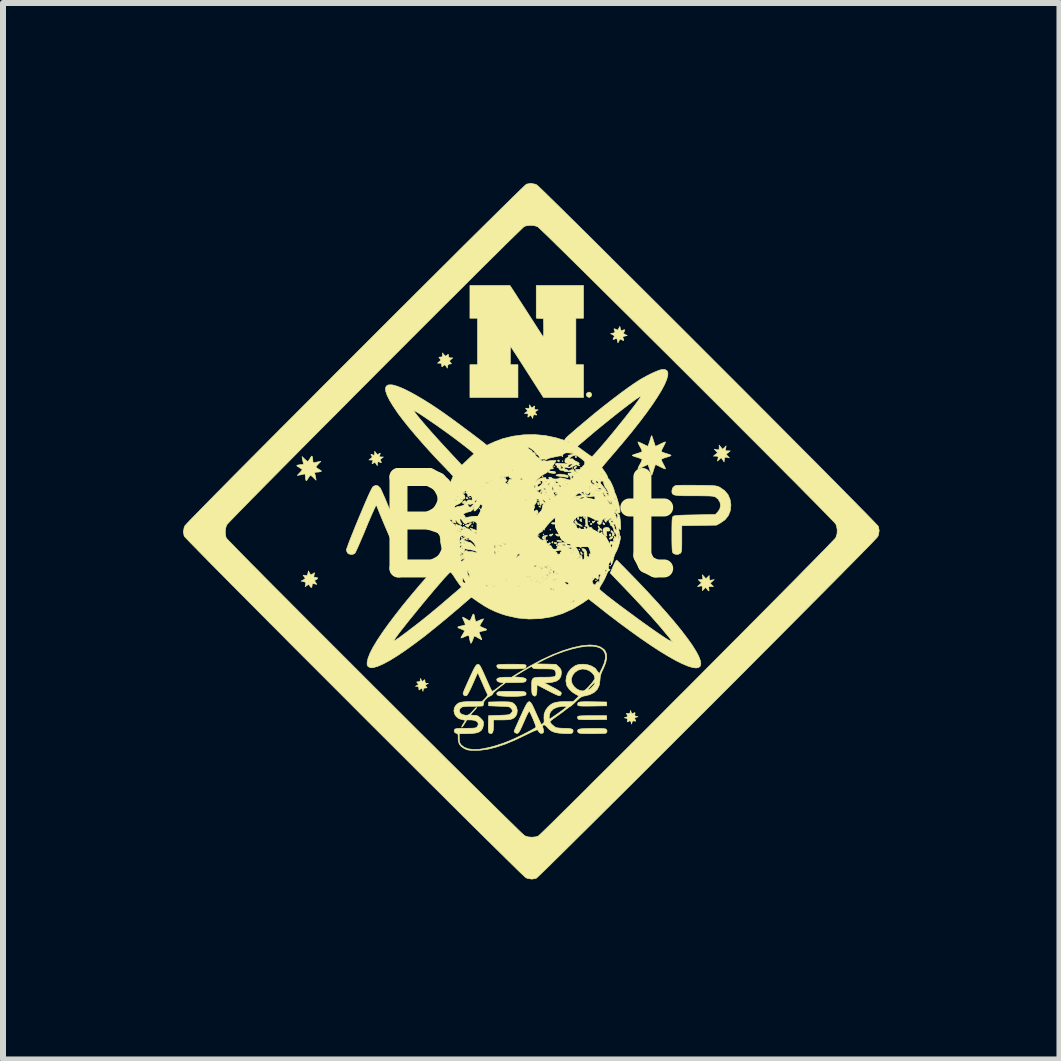
<source format=kicad_pcb>
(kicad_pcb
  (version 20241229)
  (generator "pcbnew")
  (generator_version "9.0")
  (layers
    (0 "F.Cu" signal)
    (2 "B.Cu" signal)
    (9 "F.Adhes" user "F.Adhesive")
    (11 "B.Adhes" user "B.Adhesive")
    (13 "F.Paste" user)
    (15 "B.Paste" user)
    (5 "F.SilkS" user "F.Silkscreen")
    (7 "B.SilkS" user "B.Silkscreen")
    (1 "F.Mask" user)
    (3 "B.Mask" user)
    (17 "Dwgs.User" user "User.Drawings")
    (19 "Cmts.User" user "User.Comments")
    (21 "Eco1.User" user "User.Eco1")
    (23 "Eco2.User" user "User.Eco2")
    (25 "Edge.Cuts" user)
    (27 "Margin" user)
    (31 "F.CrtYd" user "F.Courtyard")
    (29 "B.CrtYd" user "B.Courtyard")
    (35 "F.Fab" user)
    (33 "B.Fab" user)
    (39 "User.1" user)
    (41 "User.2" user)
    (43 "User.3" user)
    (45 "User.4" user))
  (footprint "Best"
    (layer "F.Cu")
    (at 5.694 5.732)
    (property "Reference" "Best" (at 0 0 0) (layer "F.SilkS") (effects (font (size 1.524 1.524) (thickness 0.3))))
    (attr through_hole)
    (fp_poly (pts (xy -1.016 -0.044) (xy -1.022 -0.038) (xy -1.029 -0.044) (xy -1.022 -0.051) (xy -1.016 -0.044)) (stroke (width 0.01) (type solid)) (fill yes) (layer "F.SilkS"))
    (fp_poly (pts (xy -0.851 -0.07) (xy -0.857 -0.064) (xy -0.864 -0.07) (xy -0.857 -0.076) (xy -0.851 -0.07)) (stroke (width 0.01) (type solid)) (fill yes) (layer "F.SilkS"))
    (fp_poly (pts (xy -0.749 -0.311) (xy -0.756 -0.305) (xy -0.762 -0.311) (xy -0.756 -0.318) (xy -0.749 -0.311)) (stroke (width 0.01) (type solid)) (fill yes) (layer "F.SilkS"))
    (fp_poly (pts (xy -0.584 0.375) (xy -0.591 0.381) (xy -0.597 0.375) (xy -0.591 0.368) (xy -0.584 0.375)) (stroke (width 0.01) (type solid)) (fill yes) (layer "F.SilkS"))
    (fp_poly (pts (xy 0.241 0.146) (xy 0.235 0.152) (xy 0.229 0.146) (xy 0.235 0.14) (xy 0.241 0.146)) (stroke (width 0.01) (type solid)) (fill yes) (layer "F.SilkS"))
    (fp_poly (pts (xy 0.305 -0.845) (xy 0.298 -0.838) (xy 0.292 -0.845) (xy 0.298 -0.851) (xy 0.305 -0.845)) (stroke (width 0.01) (type solid)) (fill yes) (layer "F.SilkS"))
    (fp_poly (pts (xy 0.318 0.121) (xy 0.311 0.127) (xy 0.305 0.121) (xy 0.311 0.114) (xy 0.318 0.121)) (stroke (width 0.01) (type solid)) (fill yes) (layer "F.SilkS"))
    (fp_poly (pts (xy 0.381 0.222) (xy 0.375 0.229) (xy 0.368 0.222) (xy 0.375 0.216) (xy 0.381 0.222)) (stroke (width 0.01) (type solid)) (fill yes) (layer "F.SilkS"))
    (fp_poly (pts (xy 0.432 0.044) (xy 0.425 0.051) (xy 0.419 0.044) (xy 0.425 0.038) (xy 0.432 0.044)) (stroke (width 0.01) (type solid)) (fill yes) (layer "F.SilkS"))
    (fp_poly (pts (xy 0.495 -1.01) (xy 0.489 -1.003) (xy 0.483 -1.01) (xy 0.489 -1.016) (xy 0.495 -1.01)) (stroke (width 0.01) (type solid)) (fill yes) (layer "F.SilkS"))
    (fp_poly (pts (xy 0.546 0.032) (xy 0.54 0.038) (xy 0.533 0.032) (xy 0.54 0.025) (xy 0.546 0.032)) (stroke (width 0.01) (type solid)) (fill yes) (layer "F.SilkS"))
    (fp_poly (pts (xy 0.572 0.044) (xy 0.565 0.051) (xy 0.559 0.044) (xy 0.565 0.038) (xy 0.572 0.044)) (stroke (width 0.01) (type solid)) (fill yes) (layer "F.SilkS"))
    (fp_poly (pts (xy 0.635 -1.099) (xy 0.629 -1.092) (xy 0.622 -1.099) (xy 0.629 -1.105) (xy 0.635 -1.099)) (stroke (width 0.01) (type solid)) (fill yes) (layer "F.SilkS"))
    (fp_poly (pts (xy 0.648 -0.159) (xy 0.641 -0.152) (xy 0.635 -0.159) (xy 0.641 -0.165) (xy 0.648 -0.159)) (stroke (width 0.01) (type solid)) (fill yes) (layer "F.SilkS"))
    (fp_poly (pts (xy 0.686 -0.133) (xy 0.679 -0.127) (xy 0.673 -0.133) (xy 0.679 -0.14) (xy 0.686 -0.133)) (stroke (width 0.01) (type solid)) (fill yes) (layer "F.SilkS"))
    (fp_poly (pts (xy 0.686 0.133) (xy 0.679 0.14) (xy 0.673 0.133) (xy 0.679 0.127) (xy 0.686 0.133)) (stroke (width 0.01) (type solid)) (fill yes) (layer "F.SilkS"))
    (fp_poly (pts (xy 0.724 -0.26) (xy 0.718 -0.254) (xy 0.711 -0.26) (xy 0.718 -0.267) (xy 0.724 -0.26)) (stroke (width 0.01) (type solid)) (fill yes) (layer "F.SilkS"))
    (fp_poly (pts (xy 0.737 -0.07) (xy 0.73 -0.064) (xy 0.724 -0.07) (xy 0.73 -0.076) (xy 0.737 -0.07)) (stroke (width 0.01) (type solid)) (fill yes) (layer "F.SilkS"))
    (fp_poly (pts (xy 0.8 -0.984) (xy 0.794 -0.978) (xy 0.787 -0.984) (xy 0.794 -0.991) (xy 0.8 -0.984)) (stroke (width 0.01) (type solid)) (fill yes) (layer "F.SilkS"))
    (fp_poly (pts (xy 0.813 -0.26) (xy 0.806 -0.254) (xy 0.8 -0.26) (xy 0.806 -0.267) (xy 0.813 -0.26)) (stroke (width 0.01) (type solid)) (fill yes) (layer "F.SilkS"))
    (fp_poly (pts (xy 0.813 0.032) (xy 0.806 0.038) (xy 0.8 0.032) (xy 0.806 0.025) (xy 0.813 0.032)) (stroke (width 0.01) (type solid)) (fill yes) (layer "F.SilkS"))
    (fp_poly (pts (xy 0.914 0.375) (xy 0.908 0.381) (xy 0.902 0.375) (xy 0.908 0.368) (xy 0.914 0.375)) (stroke (width 0.01) (type solid)) (fill yes) (layer "F.SilkS"))
    (fp_poly (pts (xy 0.965 -0.349) (xy 0.959 -0.343) (xy 0.953 -0.349) (xy 0.959 -0.356) (xy 0.965 -0.349)) (stroke (width 0.01) (type solid)) (fill yes) (layer "F.SilkS"))
    (fp_poly (pts (xy 0.978 -0.235) (xy 0.972 -0.229) (xy 0.965 -0.235) (xy 0.972 -0.241) (xy 0.978 -0.235)) (stroke (width 0.01) (type solid)) (fill yes) (layer "F.SilkS"))
    (fp_poly (pts (xy 0.978 0.311) (xy 0.972 0.318) (xy 0.965 0.311) (xy 0.972 0.305) (xy 0.978 0.311)) (stroke (width 0.01) (type solid)) (fill yes) (layer "F.SilkS"))
    (fp_poly (pts (xy 1.079 -0.095) (xy 1.073 -0.089) (xy 1.067 -0.095) (xy 1.073 -0.102) (xy 1.079 -0.095)) (stroke (width 0.01) (type solid)) (fill yes) (layer "F.SilkS"))
    (fp_poly (pts (xy 1.194 0.159) (xy 1.187 0.165) (xy 1.181 0.159) (xy 1.187 0.152) (xy 1.194 0.159)) (stroke (width 0.01) (type solid)) (fill yes) (layer "F.SilkS"))
    (fp_poly (pts (xy 1.257 0.387) (xy 1.251 0.394) (xy 1.245 0.387) (xy 1.251 0.381) (xy 1.257 0.387)) (stroke (width 0.01) (type solid)) (fill yes) (layer "F.SilkS"))
    (fp_poly (pts (xy 1.422 0.591) (xy 1.416 0.597) (xy 1.41 0.591) (xy 1.416 0.584) (xy 1.422 0.591)) (stroke (width 0.01) (type solid)) (fill yes) (layer "F.SilkS"))
    (fp_poly (pts (xy -0.957 0.207) (xy -0.958 0.215) (xy -0.965 0.216) (xy -0.976 0.211) (xy -0.974 0.207) (xy -0.959 0.206) (xy -0.957 0.207)) (stroke (width 0.01) (type solid)) (fill yes) (layer "F.SilkS"))
    (fp_poly (pts (xy -0.906 -0.491) (xy -0.908 -0.484) (xy -0.914 -0.483) (xy -0.925 -0.487) (xy -0.923 -0.491) (xy -0.908 -0.493) (xy -0.906 -0.491)) (stroke (width 0.01) (type solid)) (fill yes) (layer "F.SilkS"))
    (fp_poly (pts (xy -0.868 -0.021) (xy -0.87 -0.014) (xy -0.876 -0.013) (xy -0.887 -0.017) (xy -0.885 -0.021) (xy -0.87 -0.023) (xy -0.868 -0.021)) (stroke (width 0.01) (type solid)) (fill yes) (layer "F.SilkS"))
    (fp_poly (pts (xy -0.703 -0.262) (xy -0.701 -0.247) (xy -0.703 -0.246) (xy -0.71 -0.247) (xy -0.711 -0.254) (xy -0.707 -0.264) (xy -0.703 -0.262)) (stroke (width 0.01) (type solid)) (fill yes) (layer "F.SilkS"))
    (fp_poly (pts (xy -0.5 0.246) (xy -0.501 0.253) (xy -0.508 0.254) (xy -0.518 0.249) (xy -0.516 0.246) (xy -0.501 0.244) (xy -0.5 0.246)) (stroke (width 0.01) (type solid)) (fill yes) (layer "F.SilkS"))
    (fp_poly (pts (xy 0.224 -0.453) (xy 0.226 -0.438) (xy 0.224 -0.436) (xy 0.217 -0.438) (xy 0.216 -0.445) (xy 0.221 -0.455) (xy 0.224 -0.453)) (stroke (width 0.01) (type solid)) (fill yes) (layer "F.SilkS"))
    (fp_poly (pts (xy 0.72 0.068) (xy 0.721 0.083) (xy 0.72 0.085) (xy 0.712 0.083) (xy 0.711 0.076) (xy 0.716 0.066) (xy 0.72 0.068)) (stroke (width 0.01) (type solid)) (fill yes) (layer "F.SilkS"))
    (fp_poly (pts (xy 1.19 0.881) (xy 1.191 0.896) (xy 1.19 0.897) (xy 1.182 0.896) (xy 1.181 0.889) (xy 1.186 0.879) (xy 1.19 0.881)) (stroke (width 0.01) (type solid)) (fill yes) (layer "F.SilkS"))
    (fp_poly (pts (xy 1.215 0.169) (xy 1.216 0.184) (xy 1.215 0.186) (xy 1.207 0.185) (xy 1.206 0.178) (xy 1.211 0.167) (xy 1.215 0.169)) (stroke (width 0.01) (type solid)) (fill yes) (layer "F.SilkS"))
    (fp_poly (pts (xy 1.431 0.639) (xy 1.429 0.647) (xy 1.422 0.648) (xy 1.412 0.643) (xy 1.414 0.639) (xy 1.429 0.638) (xy 1.431 0.639)) (stroke (width 0.01) (type solid)) (fill yes) (layer "F.SilkS"))
    (fp_poly (pts (xy -0.701 0.048) (xy -0.688 0.058) (xy -0.68 0.073) (xy -0.685 0.076) (xy -0.702 0.067) (xy -0.705 0.063) (xy -0.711 0.047) (xy -0.701 0.048)) (stroke (width 0.01) (type solid)) (fill yes) (layer "F.SilkS"))
    (fp_poly (pts (xy 0.247 -0.348) (xy 0.265 -0.337) (xy 0.262 -0.331) (xy 0.255 -0.33) (xy 0.238 -0.339) (xy 0.235 -0.343) (xy 0.237 -0.35) (xy 0.247 -0.348)) (stroke (width 0.01) (type solid)) (fill yes) (layer "F.SilkS"))
    (fp_poly (pts (xy 0.531 0.297) (xy 0.545 0.31) (xy 0.542 0.317) (xy 0.54 0.318) (xy 0.53 0.308) (xy 0.526 0.303) (xy 0.524 0.294) (xy 0.531 0.297)) (stroke (width 0.01) (type solid)) (fill yes) (layer "F.SilkS"))
    (fp_poly (pts (xy 0.671 0.17) (xy 0.685 0.182) (xy 0.686 0.185) (xy 0.68 0.19) (xy 0.667 0.178) (xy 0.666 0.176) (xy 0.664 0.167) (xy 0.671 0.17)) (stroke (width 0.01) (type solid)) (fill yes) (layer "F.SilkS"))
    (fp_poly (pts (xy 0.952 0.431) (xy 0.959 0.451) (xy 0.954 0.457) (xy 0.94 0.447) (xy 0.935 0.436) (xy 0.93 0.414) (xy 0.938 0.412) (xy 0.952 0.431)) (stroke (width 0.01) (type solid)) (fill yes) (layer "F.SilkS"))
    (fp_poly (pts (xy -1.169 -0.042) (xy -1.168 -0.039) (xy -1.178 -0.022) (xy -1.181 -0.019) (xy -1.192 -0.022) (xy -1.194 -0.031) (xy -1.187 -0.048) (xy -1.181 -0.051) (xy -1.169 -0.042)) (stroke (width 0.01) (type solid)) (fill yes) (layer "F.SilkS"))
    (fp_poly (pts (xy -1.042 0.174) (xy -1.041 0.178) (xy -1.046 0.19) (xy -1.047 0.191) (xy -1.058 0.182) (xy -1.06 0.178) (xy -1.059 0.166) (xy -1.055 0.165) (xy -1.042 0.174)) (stroke (width 0.01) (type solid)) (fill yes) (layer "F.SilkS"))
    (fp_poly (pts (xy -0.949 -0.486) (xy -0.946 -0.483) (xy -0.949 -0.472) (xy -0.958 -0.47) (xy -0.975 -0.477) (xy -0.978 -0.483) (xy -0.969 -0.495) (xy -0.966 -0.495) (xy -0.949 -0.486)) (stroke (width 0.01) (type solid)) (fill yes) (layer "F.SilkS"))
    (fp_poly (pts (xy -0.724 -0.295) (xy -0.724 -0.292) (xy -0.734 -0.28) (xy -0.737 -0.279) (xy -0.745 -0.287) (xy -0.743 -0.292) (xy -0.732 -0.304) (xy -0.73 -0.305) (xy -0.724 -0.295)) (stroke (width 0.01) (type solid)) (fill yes) (layer "F.SilkS"))
    (fp_poly (pts (xy 0.227 -0.409) (xy 0.232 -0.394) (xy 0.233 -0.373) (xy 0.227 -0.368) (xy 0.218 -0.379) (xy 0.216 -0.394) (xy 0.218 -0.414) (xy 0.221 -0.419) (xy 0.227 -0.409)) (stroke (width 0.01) (type solid)) (fill yes) (layer "F.SilkS"))
    (fp_poly (pts (xy 0.47 0.251) (xy 0.47 0.254) (xy 0.46 0.266) (xy 0.456 0.267) (xy 0.449 0.259) (xy 0.451 0.254) (xy 0.462 0.242) (xy 0.464 0.241) (xy 0.47 0.251)) (stroke (width 0.01) (type solid)) (fill yes) (layer "F.SilkS"))
    (fp_poly (pts (xy 0.521 -0.565) (xy 0.533 -0.554) (xy 0.533 -0.552) (xy 0.524 -0.546) (xy 0.521 -0.546) (xy 0.508 -0.556) (xy 0.508 -0.56) (xy 0.516 -0.567) (xy 0.521 -0.565)) (stroke (width 0.01) (type solid)) (fill yes) (layer "F.SilkS"))
    (fp_poly (pts (xy 0.528 0.259) (xy 0.533 0.267) (xy 0.523 0.278) (xy 0.515 0.279) (xy 0.493 0.272) (xy 0.489 0.267) (xy 0.493 0.257) (xy 0.507 0.254) (xy 0.528 0.259)) (stroke (width 0.01) (type solid)) (fill yes) (layer "F.SilkS"))
    (fp_poly (pts (xy 0.575 -1.108) (xy 0.578 -1.105) (xy 0.575 -1.094) (xy 0.566 -1.092) (xy 0.549 -1.099) (xy 0.546 -1.105) (xy 0.555 -1.117) (xy 0.558 -1.118) (xy 0.575 -1.108)) (stroke (width 0.01) (type solid)) (fill yes) (layer "F.SilkS"))
    (fp_poly (pts (xy 0.601 0.022) (xy 0.603 0.025) (xy 0.603 0.037) (xy 0.598 0.038) (xy 0.58 0.029) (xy 0.578 0.025) (xy 0.578 0.014) (xy 0.583 0.013) (xy 0.601 0.022)) (stroke (width 0.01) (type solid)) (fill yes) (layer "F.SilkS"))
    (fp_poly (pts (xy 0.641 0.03) (xy 0.657 0.042) (xy 0.668 0.059) (xy 0.661 0.063) (xy 0.638 0.053) (xy 0.635 0.051) (xy 0.624 0.037) (xy 0.626 0.03) (xy 0.641 0.03)) (stroke (width 0.01) (type solid)) (fill yes) (layer "F.SilkS"))
    (fp_poly (pts (xy 0.651 0.2) (xy 0.654 0.203) (xy 0.653 0.215) (xy 0.649 0.216) (xy 0.631 0.207) (xy 0.629 0.203) (xy 0.629 0.191) (xy 0.633 0.191) (xy 0.651 0.2)) (stroke (width 0.01) (type solid)) (fill yes) (layer "F.SilkS"))
    (fp_poly (pts (xy 0.658 0.134) (xy 0.66 0.14) (xy 0.651 0.152) (xy 0.648 0.152) (xy 0.631 0.143) (xy 0.629 0.14) (xy 0.632 0.129) (xy 0.641 0.127) (xy 0.658 0.134)) (stroke (width 0.01) (type solid)) (fill yes) (layer "F.SilkS"))
    (fp_poly (pts (xy 0.707 0.194) (xy 0.721 0.202) (xy 0.745 0.217) (xy 0.747 0.227) (xy 0.738 0.229) (xy 0.722 0.22) (xy 0.71 0.207) (xy 0.699 0.193) (xy 0.707 0.194)) (stroke (width 0.01) (type solid)) (fill yes) (layer "F.SilkS"))
    (fp_poly (pts (xy 0.8 -0.298) (xy 0.812 -0.287) (xy 0.813 -0.285) (xy 0.803 -0.28) (xy 0.8 -0.279) (xy 0.788 -0.289) (xy 0.787 -0.293) (xy 0.795 -0.3) (xy 0.8 -0.298)) (stroke (width 0.01) (type solid)) (fill yes) (layer "F.SilkS"))
    (fp_poly (pts (xy 0.86 -1.011) (xy 0.859 -0.997) (xy 0.848 -0.983) (xy 0.83 -0.971) (xy 0.821 -0.975) (xy 0.822 -0.991) (xy 0.837 -1.007) (xy 0.854 -1.014) (xy 0.86 -1.011)) (stroke (width 0.01) (type solid)) (fill yes) (layer "F.SilkS"))
    (fp_poly (pts (xy 0.863 -1.171) (xy 0.864 -1.168) (xy 0.854 -1.156) (xy 0.851 -1.156) (xy 0.839 -1.165) (xy 0.838 -1.168) (xy 0.848 -1.181) (xy 0.851 -1.181) (xy 0.863 -1.171)) (stroke (width 0.01) (type solid)) (fill yes) (layer "F.SilkS"))
    (fp_poly (pts (xy 0.9 -0.155) (xy 0.902 -0.146) (xy 0.895 -0.129) (xy 0.889 -0.127) (xy 0.878 -0.137) (xy 0.876 -0.146) (xy 0.883 -0.163) (xy 0.889 -0.165) (xy 0.9 -0.155)) (stroke (width 0.01) (type solid)) (fill yes) (layer "F.SilkS"))
    (fp_poly (pts (xy 0.901 -0.334) (xy 0.902 -0.33) (xy 0.897 -0.318) (xy 0.896 -0.318) (xy 0.885 -0.326) (xy 0.883 -0.33) (xy 0.884 -0.342) (xy 0.888 -0.343) (xy 0.901 -0.334)) (stroke (width 0.01) (type solid)) (fill yes) (layer "F.SilkS"))
    (fp_poly (pts (xy 0.903 -0.384) (xy 0.921 -0.368) (xy 0.934 -0.35) (xy 0.932 -0.343) (xy 0.915 -0.352) (xy 0.904 -0.363) (xy 0.892 -0.381) (xy 0.892 -0.388) (xy 0.903 -0.384)) (stroke (width 0.01) (type solid)) (fill yes) (layer "F.SilkS"))
    (fp_poly (pts (xy 0.947 0.324) (xy 0.946 0.33) (xy 0.93 0.342) (xy 0.926 0.343) (xy 0.915 0.333) (xy 0.914 0.33) (xy 0.925 0.319) (xy 0.934 0.318) (xy 0.947 0.324)) (stroke (width 0.01) (type solid)) (fill yes) (layer "F.SilkS"))
    (fp_poly (pts (xy 0.952 -0.308) (xy 0.953 -0.305) (xy 0.948 -0.292) (xy 0.947 -0.292) (xy 0.936 -0.301) (xy 0.933 -0.305) (xy 0.934 -0.317) (xy 0.939 -0.318) (xy 0.952 -0.308)) (stroke (width 0.01) (type solid)) (fill yes) (layer "F.SilkS"))
    (fp_poly (pts (xy 0.952 -0.194) (xy 0.953 -0.191) (xy 0.943 -0.178) (xy 0.94 -0.178) (xy 0.927 -0.187) (xy 0.927 -0.191) (xy 0.937 -0.203) (xy 0.94 -0.203) (xy 0.952 -0.194)) (stroke (width 0.01) (type solid)) (fill yes) (layer "F.SilkS"))
    (fp_poly (pts (xy 0.965 -0.397) (xy 0.965 -0.394) (xy 0.956 -0.381) (xy 0.953 -0.381) (xy 0.94 -0.391) (xy 0.94 -0.394) (xy 0.949 -0.406) (xy 0.953 -0.406) (xy 0.965 -0.397)) (stroke (width 0.01) (type solid)) (fill yes) (layer "F.SilkS"))
    (fp_poly (pts (xy 0.984 -0.284) (xy 1.001 -0.268) (xy 1.003 -0.259) (xy 0.999 -0.243) (xy 0.988 -0.25) (xy 0.978 -0.266) (xy 0.971 -0.284) (xy 0.98 -0.286) (xy 0.984 -0.284)) (stroke (width 0.01) (type solid)) (fill yes) (layer "F.SilkS"))
    (fp_poly (pts (xy 0.996 -0.18) (xy 0.998 -0.165) (xy 0.997 -0.144) (xy 0.993 -0.142) (xy 0.986 -0.148) (xy 0.979 -0.166) (xy 0.98 -0.184) (xy 0.988 -0.191) (xy 0.996 -0.18)) (stroke (width 0.01) (type solid)) (fill yes) (layer "F.SilkS"))
    (fp_poly (pts (xy 1.117 -0.054) (xy 1.118 -0.051) (xy 1.108 -0.038) (xy 1.105 -0.038) (xy 1.093 -0.048) (xy 1.092 -0.051) (xy 1.102 -0.063) (xy 1.105 -0.064) (xy 1.117 -0.054)) (stroke (width 0.01) (type solid)) (fill yes) (layer "F.SilkS"))
    (fp_poly (pts (xy 1.155 -0.219) (xy 1.156 -0.216) (xy 1.151 -0.204) (xy 1.15 -0.203) (xy 1.139 -0.212) (xy 1.137 -0.216) (xy 1.138 -0.228) (xy 1.142 -0.229) (xy 1.155 -0.219)) (stroke (width 0.01) (type solid)) (fill yes) (layer "F.SilkS"))
    (fp_poly (pts (xy 1.181 0.327) (xy 1.181 0.33) (xy 1.171 0.343) (xy 1.168 0.343) (xy 1.156 0.333) (xy 1.156 0.33) (xy 1.165 0.318) (xy 1.168 0.318) (xy 1.181 0.327)) (stroke (width 0.01) (type solid)) (fill yes) (layer "F.SilkS"))
    (fp_poly (pts (xy 1.194 0.197) (xy 1.206 0.213) (xy 1.206 0.217) (xy 1.197 0.228) (xy 1.194 0.229) (xy 1.183 0.218) (xy 1.181 0.209) (xy 1.187 0.196) (xy 1.194 0.197)) (stroke (width 0.01) (type solid)) (fill yes) (layer "F.SilkS"))
    (fp_poly (pts (xy 1.32 0.441) (xy 1.321 0.445) (xy 1.311 0.457) (xy 1.308 0.457) (xy 1.296 0.448) (xy 1.295 0.445) (xy 1.305 0.432) (xy 1.308 0.432) (xy 1.32 0.441)) (stroke (width 0.01) (type solid)) (fill yes) (layer "F.SilkS"))
    (fp_poly (pts (xy 1.326 -0.062) (xy 1.332 -0.046) (xy 1.324 -0.038) (xy 1.323 -0.038) (xy 1.309 -0.048) (xy 1.303 -0.058) (xy 1.303 -0.073) (xy 1.31 -0.073) (xy 1.326 -0.062)) (stroke (width 0.01) (type solid)) (fill yes) (layer "F.SilkS"))
    (fp_poly (pts (xy 1.332 0.505) (xy 1.333 0.514) (xy 1.327 0.531) (xy 1.321 0.533) (xy 1.308 0.524) (xy 1.308 0.521) (xy 1.317 0.504) (xy 1.321 0.502) (xy 1.332 0.505)) (stroke (width 0.01) (type solid)) (fill yes) (layer "F.SilkS"))
    (fp_poly (pts (xy 1.434 0.125) (xy 1.435 0.133) (xy 1.428 0.15) (xy 1.422 0.152) (xy 1.411 0.142) (xy 1.41 0.133) (xy 1.417 0.116) (xy 1.422 0.114) (xy 1.434 0.125)) (stroke (width 0.01) (type solid)) (fill yes) (layer "F.SilkS"))
    (fp_poly (pts (xy -0.587 0.011) (xy -0.57 0.02) (xy -0.564 0.033) (xy -0.578 0.038) (xy -0.588 0.038) (xy -0.615 0.034) (xy -0.628 0.027) (xy -0.626 0.015) (xy -0.609 0.009) (xy -0.587 0.011)) (stroke (width 0.01) (type solid)) (fill yes) (layer "F.SilkS"))
    (fp_poly (pts (xy 0.553 0.122) (xy 0.555 0.122) (xy 0.575 0.132) (xy 0.577 0.141) (xy 0.558 0.152) (xy 0.533 0.144) (xy 0.521 0.133) (xy 0.512 0.119) (xy 0.522 0.115) (xy 0.553 0.122)) (stroke (width 0.01) (type solid)) (fill yes) (layer "F.SilkS"))
    (fp_poly (pts (xy 0.868 0.215) (xy 0.893 0.239) (xy 0.901 0.25) (xy 0.893 0.254) (xy 0.89 0.254) (xy 0.877 0.244) (xy 0.858 0.221) (xy 0.857 0.219) (xy 0.835 0.184) (xy 0.868 0.215)) (stroke (width 0.01) (type solid)) (fill yes) (layer "F.SilkS"))
    (fp_poly (pts (xy 0.941 -0.139) (xy 0.944 -0.123) (xy 0.946 -0.111) (xy 0.949 -0.092) (xy 0.941 -0.093) (xy 0.927 -0.101) (xy 0.915 -0.115) (xy 0.924 -0.129) (xy 0.938 -0.14) (xy 0.941 -0.139)) (stroke (width 0.01) (type solid)) (fill yes) (layer "F.SilkS"))
    (fp_poly (pts (xy 1.391 0.233) (xy 1.386 0.25) (xy 1.384 0.254) (xy 1.371 0.274) (xy 1.365 0.279) (xy 1.36 0.269) (xy 1.359 0.254) (xy 1.367 0.233) (xy 1.378 0.229) (xy 1.391 0.233)) (stroke (width 0.01) (type solid)) (fill yes) (layer "F.SilkS"))
    (fp_poly (pts (xy 1.462 0.16) (xy 1.468 0.172) (xy 1.454 0.186) (xy 1.427 0.201) (xy 1.412 0.201) (xy 1.41 0.196) (xy 1.419 0.178) (xy 1.44 0.163) (xy 1.459 0.159) (xy 1.462 0.16)) (stroke (width 0.01) (type solid)) (fill yes) (layer "F.SilkS"))
    (fp_poly (pts (xy -0.494 0.283) (xy -0.489 0.292) (xy -0.489 0.292) (xy -0.506 0.301) (xy -0.535 0.305) (xy -0.56 0.301) (xy -0.565 0.292) (xy -0.565 0.292) (xy -0.548 0.283) (xy -0.519 0.279) (xy -0.494 0.283)) (stroke (width 0.01) (type solid)) (fill yes) (layer "F.SilkS"))
    (fp_poly (pts (xy 0.465 0.123) (xy 0.459 0.131) (xy 0.436 0.151) (xy 0.417 0.146) (xy 0.413 0.14) (xy 0.413 0.128) (xy 0.417 0.127) (xy 0.439 0.123) (xy 0.453 0.118) (xy 0.469 0.114) (xy 0.465 0.123)) (stroke (width 0.01) (type solid)) (fill yes) (layer "F.SilkS"))
    (fp_poly (pts (xy 0.841 -0.356) (xy 0.851 -0.342) (xy 0.845 -0.331) (xy 0.833 -0.341) (xy 0.832 -0.343) (xy 0.816 -0.35) (xy 0.81 -0.347) (xy 0.802 -0.347) (xy 0.805 -0.353) (xy 0.821 -0.361) (xy 0.841 -0.356)) (stroke (width 0.01) (type solid)) (fill yes) (layer "F.SilkS"))
    (fp_poly (pts (xy 1.281 0.185) (xy 1.291 0.197) (xy 1.306 0.225) (xy 1.303 0.24) (xy 1.295 0.241) (xy 1.282 0.239) (xy 1.281 0.238) (xy 1.279 0.225) (xy 1.276 0.204) (xy 1.275 0.183) (xy 1.281 0.185)) (stroke (width 0.01) (type solid)) (fill yes) (layer "F.SilkS"))
    (fp_poly (pts (xy 1.284 0.082) (xy 1.29 0.092) (xy 1.29 0.12) (xy 1.283 0.134) (xy 1.263 0.149) (xy 1.249 0.151) (xy 1.245 0.143) (xy 1.251 0.126) (xy 1.263 0.102) (xy 1.276 0.081) (xy 1.284 0.082)) (stroke (width 0.01) (type solid)) (fill yes) (layer "F.SilkS"))
    (fp_poly (pts (xy -0.537 0.411) (xy -0.53 0.428) (xy -0.526 0.457) (xy -0.525 0.486) (xy -0.529 0.505) (xy -0.532 0.508) (xy -0.541 0.497) (xy -0.549 0.469) (xy -0.55 0.461) (xy -0.554 0.423) (xy -0.549 0.406) (xy -0.537 0.411)) (stroke (width 0.01) (type solid)) (fill yes) (layer "F.SilkS"))
    (fp_poly (pts (xy 0.596 0.224) (xy 0.616 0.231) (xy 0.618 0.232) (xy 0.613 0.238) (xy 0.589 0.241) (xy 0.58 0.241) (xy 0.55 0.239) (xy 0.534 0.232) (xy 0.533 0.23) (xy 0.544 0.223) (xy 0.569 0.221) (xy 0.596 0.224)) (stroke (width 0.01) (type solid)) (fill yes) (layer "F.SilkS"))
    (fp_poly (pts (xy 1.1 -2.238) (xy 1.114 -2.214) (xy 1.109 -2.185) (xy 1.104 -2.177) (xy 1.078 -2.16) (xy 1.049 -2.168) (xy 1.036 -2.179) (xy 1.024 -2.204) (xy 1.033 -2.229) (xy 1.057 -2.246) (xy 1.073 -2.248) (xy 1.1 -2.238)) (stroke (width 0.01) (type solid)) (fill yes) (layer "F.SilkS"))
    (fp_poly (pts (xy 1.172 -0.102) (xy 1.163 -0.092) (xy 1.144 -0.07) (xy 1.134 -0.066) (xy 1.128 -0.078) (xy 1.125 -0.083) (xy 1.125 -0.096) (xy 1.131 -0.095) (xy 1.15 -0.095) (xy 1.166 -0.103) (xy 1.177 -0.111) (xy 1.172 -0.102)) (stroke (width 0.01) (type solid)) (fill yes) (layer "F.SilkS"))
    (fp_poly (pts (xy 1.356 0.364) (xy 1.361 0.372) (xy 1.366 0.396) (xy 1.365 0.428) (xy 1.36 0.459) (xy 1.35 0.48) (xy 1.345 0.483) (xy 1.339 0.472) (xy 1.342 0.448) (xy 1.349 0.409) (xy 1.35 0.382) (xy 1.35 0.361) (xy 1.356 0.364)) (stroke (width 0.01) (type solid)) (fill yes) (layer "F.SilkS"))
    (fp_poly (pts (xy 1.452 0.065) (xy 1.467 0.079) (xy 1.489 0.109) (xy 1.491 0.132) (xy 1.478 0.149) (xy 1.464 0.152) (xy 1.459 0.143) (xy 1.459 0.123) (xy 1.46 0.111) (xy 1.455 0.092) (xy 1.449 0.089) (xy 1.437 0.079) (xy 1.435 0.068) (xy 1.439 0.058) (xy 1.452 0.065)) (stroke (width 0.01) (type solid)) (fill yes) (layer "F.SilkS"))
    (fp_poly (pts (xy 1.365 3.207) (xy 1.137 3.21) (xy 1.062 3.21) (xy 0.996 3.21) (xy 0.942 3.208) (xy 0.906 3.205) (xy 0.891 3.202) (xy 0.879 3.182) (xy 0.878 3.167) (xy 0.881 3.159) (xy 0.889 3.153) (xy 0.905 3.148) (xy 0.933 3.146) (xy 0.976 3.144) (xy 1.037 3.143) (xy 1.119 3.143) (xy 1.365 3.143) (xy 1.365 3.207)) (stroke (width 0.01) (type solid)) (fill yes) (layer "F.SilkS"))
    (fp_poly (pts (xy -0.892 -0.071) (xy -0.893 -0.057) (xy -0.903 -0.047) (xy -0.926 -0.023) (xy -0.934 -0.011) (xy -0.944 0.002) (xy -0.958 -0.000412) (xy -0.978 -0.016) (xy -0.995 -0.032) (xy -0.991 -0.035) (xy -0.987 -0.034) (xy -0.969 -0.033) (xy -0.965 -0.039) (xy -0.957 -0.046) (xy -0.951 -0.043) (xy -0.933 -0.045) (xy -0.919 -0.057) (xy -0.902 -0.072) (xy -0.892 -0.071)) (stroke (width 0.01) (type solid)) (fill yes) (layer "F.SilkS"))
    (fp_poly (pts (xy 0.656 -0.873) (xy 0.693 -0.866) (xy 0.714 -0.859) (xy 0.722 -0.851) (xy 0.724 -0.844) (xy 0.719 -0.828) (xy 0.714 -0.827) (xy 0.698 -0.83) (xy 0.663 -0.835) (xy 0.617 -0.841) (xy 0.604 -0.843) (xy 0.555 -0.85) (xy 0.528 -0.856) (xy 0.52 -0.861) (xy 0.527 -0.868) (xy 0.535 -0.872) (xy 0.571 -0.881) (xy 0.598 -0.882) (xy 0.656 -0.873)) (stroke (width 0.01) (type solid)) (fill yes) (layer "F.SilkS"))
    (fp_poly (pts (xy 0.791 0.072) (xy 0.818 0.096) (xy 0.853 0.129) (xy 0.892 0.168) (xy 0.931 0.209) (xy 0.965 0.247) (xy 0.992 0.278) (xy 1.004 0.295) (xy 1.012 0.311) (xy 1.011 0.315) (xy 0.997 0.304) (xy 0.969 0.278) (xy 0.946 0.256) (xy 0.893 0.203) (xy 0.847 0.155) (xy 0.811 0.115) (xy 0.786 0.084) (xy 0.776 0.067) (xy 0.778 0.064) (xy 0.791 0.072)) (stroke (width 0.01) (type solid)) (fill yes) (layer "F.SilkS"))
    (fp_poly (pts (xy 1.135 2.911) (xy 1.135 2.911) (xy 1.365 2.915) (xy 1.365 2.978) (xy 1.127 2.982) (xy 1.042 2.983) (xy 0.979 2.983) (xy 0.935 2.981) (xy 0.907 2.979) (xy 0.89 2.974) (xy 0.882 2.968) (xy 0.881 2.966) (xy 0.882 2.94) (xy 0.889 2.927) (xy 0.899 2.92) (xy 0.916 2.915) (xy 0.945 2.912) (xy 0.989 2.91) (xy 1.051 2.91) (xy 1.135 2.911)) (stroke (width 0.01) (type solid)) (fill yes) (layer "F.SilkS"))
    (fp_poly (pts (xy 0.86 -0.091) (xy 0.863 -0.085) (xy 0.882 -0.057) (xy 0.901 -0.051) (xy 0.922 -0.046) (xy 0.927 -0.039) (xy 0.938 -0.026) (xy 0.949 -0.021) (xy 0.961 -0.017) (xy 0.948 -0.014) (xy 0.943 -0.014) (xy 0.921 -0.018) (xy 0.914 -0.025) (xy 0.904 -0.036) (xy 0.891 -0.038) (xy 0.865 -0.046) (xy 0.843 -0.065) (xy 0.831 -0.087) (xy 0.835 -0.104) (xy 0.848 -0.109) (xy 0.86 -0.091)) (stroke (width 0.01) (type solid)) (fill yes) (layer "F.SilkS"))
    (fp_poly (pts (xy 1.385 0.007) (xy 1.404 0.018) (xy 1.419 0.043) (xy 1.414 0.062) (xy 1.392 0.068) (xy 1.383 0.067) (xy 1.365 0.064) (xy 1.359 0.074) (xy 1.362 0.101) (xy 1.362 0.106) (xy 1.367 0.136) (xy 1.368 0.15) (xy 1.368 0.151) (xy 1.355 0.147) (xy 1.344 0.144) (xy 1.324 0.127) (xy 1.309 0.096) (xy 1.302 0.06) (xy 1.304 0.04) (xy 1.321 0.017) (xy 1.352 0.005) (xy 1.385 0.007)) (stroke (width 0.01) (type solid)) (fill yes) (layer "F.SilkS"))
    (fp_poly (pts (xy 1.239 -0.003) (xy 1.252 0.019) (xy 1.265 0.025) (xy 1.28 0.036) (xy 1.283 0.046) (xy 1.279 0.059) (xy 1.265 0.052) (xy 1.264 0.051) (xy 1.249 0.042) (xy 1.245 0.054) (xy 1.245 0.056) (xy 1.238 0.073) (xy 1.232 0.076) (xy 1.221 0.066) (xy 1.219 0.057) (xy 1.227 0.04) (xy 1.233 0.038) (xy 1.24 0.032) (xy 1.232 0.019) (xy 1.222 -0.004) (xy 1.223 -0.015) (xy 1.231 -0.019) (xy 1.239 -0.003)) (stroke (width 0.01) (type solid)) (fill yes) (layer "F.SilkS"))
    (fp_poly (pts (xy 1.277 0.251) (xy 1.286 0.281) (xy 1.291 0.308) (xy 1.296 0.342) (xy 1.302 0.359) (xy 1.305 0.359) (xy 1.317 0.345) (xy 1.33 0.346) (xy 1.333 0.357) (xy 1.325 0.375) (xy 1.308 0.396) (xy 1.291 0.406) (xy 1.29 0.406) (xy 1.284 0.396) (xy 1.283 0.375) (xy 1.279 0.351) (xy 1.273 0.343) (xy 1.266 0.332) (xy 1.261 0.303) (xy 1.261 0.292) (xy 1.262 0.256) (xy 1.268 0.243) (xy 1.277 0.251)) (stroke (width 0.01) (type solid)) (fill yes) (layer "F.SilkS"))
    (fp_poly (pts (xy 0.889 -0.298) (xy 0.889 -0.298) (xy 0.898 -0.283) (xy 0.895 -0.279) (xy 0.895 -0.272) (xy 0.91 -0.252) (xy 0.914 -0.248) (xy 0.932 -0.226) (xy 0.932 -0.218) (xy 0.918 -0.225) (xy 0.894 -0.246) (xy 0.892 -0.248) (xy 0.874 -0.27) (xy 0.876 -0.282) (xy 0.879 -0.283) (xy 0.887 -0.289) (xy 0.876 -0.291) (xy 0.85 -0.284) (xy 0.841 -0.277) (xy 0.828 -0.27) (xy 0.826 -0.274) (xy 0.835 -0.289) (xy 0.85 -0.301) (xy 0.872 -0.31) (xy 0.889 -0.298)) (stroke (width 0.01) (type solid)) (fill yes) (layer "F.SilkS"))
    (fp_poly (pts (xy 0.354 0.141) (xy 0.379 0.143) (xy 0.379 0.147) (xy 0.371 0.149) (xy 0.349 0.159) (xy 0.347 0.171) (xy 0.343 0.19) (xy 0.335 0.196) (xy 0.313 0.202) (xy 0.303 0.198) (xy 0.299 0.192) (xy 0.295 0.167) (xy 0.297 0.165) (xy 0.311 0.165) (xy 0.312 0.177) (xy 0.317 0.178) (xy 0.33 0.169) (xy 0.33 0.165) (xy 0.326 0.153) (xy 0.325 0.152) (xy 0.314 0.161) (xy 0.311 0.165) (xy 0.297 0.165) (xy 0.312 0.149) (xy 0.345 0.141) (xy 0.354 0.141)) (stroke (width 0.01) (type solid)) (fill yes) (layer "F.SilkS"))
    (fp_poly (pts (xy 1.28 3.356) (xy 1.326 3.36) (xy 1.351 3.365) (xy 1.354 3.367) (xy 1.37 3.391) (xy 1.368 3.417) (xy 1.352 3.434) (xy 1.333 3.437) (xy 1.293 3.439) (xy 1.237 3.44) (xy 1.17 3.441) (xy 1.118 3.442) (xy 1.038 3.441) (xy 0.979 3.44) (xy 0.938 3.438) (xy 0.911 3.434) (xy 0.896 3.428) (xy 0.888 3.422) (xy 0.878 3.397) (xy 0.885 3.38) (xy 0.893 3.372) (xy 0.908 3.367) (xy 0.934 3.362) (xy 0.974 3.359) (xy 1.032 3.357) (xy 1.112 3.356) (xy 1.117 3.356) (xy 1.211 3.355) (xy 1.28 3.356)) (stroke (width 0.01) (type solid)) (fill yes) (layer "F.SilkS"))
    (fp_poly (pts (xy -0.14 2.737) (xy -0.08 2.738) (xy -0.038 2.74) (xy -0.01 2.744) (xy 0.006 2.749) (xy 0.015 2.756) (xy 0.017 2.758) (xy 0.023 2.783) (xy 0.014 2.799) (xy -0.006 2.807) (xy -0.045 2.814) (xy -0.099 2.818) (xy -0.163 2.821) (xy -0.231 2.821) (xy -0.298 2.82) (xy -0.36 2.817) (xy -0.41 2.812) (xy -0.443 2.805) (xy -0.452 2.801) (xy -0.468 2.783) (xy -0.464 2.763) (xy -0.462 2.76) (xy -0.455 2.752) (xy -0.443 2.746) (xy -0.422 2.741) (xy -0.388 2.739) (xy -0.339 2.737) (xy -0.269 2.737) (xy -0.222 2.737) (xy -0.14 2.737)) (stroke (width 0.01) (type solid)) (fill yes) (layer "F.SilkS"))
    (fp_poly (pts (xy -0.138 2.286) (xy -0.075 2.287) (xy -0.031 2.289) (xy -0.003 2.293) (xy 0.013 2.297) (xy 0.02 2.304) (xy 0.021 2.305) (xy 0.02 2.33) (xy 0.013 2.343) (xy 0.002 2.35) (xy -0.017 2.356) (xy -0.05 2.359) (xy -0.098 2.361) (xy -0.166 2.362) (xy -0.222 2.362) (xy -0.305 2.362) (xy -0.366 2.361) (xy -0.408 2.358) (xy -0.435 2.354) (xy -0.451 2.348) (xy -0.457 2.343) (xy -0.467 2.318) (xy -0.465 2.305) (xy -0.459 2.298) (xy -0.445 2.293) (xy -0.419 2.29) (xy -0.378 2.288) (xy -0.318 2.286) (xy -0.237 2.286) (xy -0.222 2.286) (xy -0.138 2.286)) (stroke (width 0.01) (type solid)) (fill yes) (layer "F.SilkS"))
    (fp_poly (pts (xy 0.502 -0.072) (xy 0.514 -0.064) (xy 0.531 -0.056) (xy 0.544 -0.057) (xy 0.571 -0.057) (xy 0.611 -0.051) (xy 0.654 -0.043) (xy 0.689 -0.033) (xy 0.705 -0.026) (xy 0.726 -0.016) (xy 0.752 -0.008) (xy 0.778 0.002) (xy 0.787 0.013) (xy 0.785 0.022) (xy 0.772 0.023) (xy 0.746 0.015) (xy 0.718 0.005) (xy 0.65 -0.018) (xy 0.593 -0.031) (xy 0.553 -0.033) (xy 0.545 -0.031) (xy 0.525 -0.031) (xy 0.521 -0.038) (xy 0.511 -0.05) (xy 0.505 -0.05) (xy 0.469 -0.049) (xy 0.448 -0.057) (xy 0.445 -0.064) (xy 0.455 -0.073) (xy 0.478 -0.076) (xy 0.502 -0.072)) (stroke (width 0.01) (type solid)) (fill yes) (layer "F.SilkS"))
    (fp_poly (pts (xy 3.268 -1.33) (xy 3.296 -1.296) (xy 3.326 -1.324) (xy 3.355 -1.353) (xy 3.347 -1.311) (xy 3.343 -1.283) (xy 3.351 -1.272) (xy 3.378 -1.27) (xy 3.38 -1.27) (xy 3.423 -1.269) (xy 3.353 -1.212) (xy 3.41 -1.153) (xy 3.37 -1.162) (xy 3.342 -1.165) (xy 3.33 -1.156) (xy 3.325 -1.129) (xy 3.325 -1.128) (xy 3.321 -1.086) (xy 3.273 -1.157) (xy 3.242 -1.128) (xy 3.21 -1.099) (xy 3.219 -1.14) (xy 3.223 -1.168) (xy 3.215 -1.179) (xy 3.188 -1.182) (xy 3.186 -1.182) (xy 3.143 -1.182) (xy 3.178 -1.211) (xy 3.213 -1.239) (xy 3.184 -1.268) (xy 3.156 -1.298) (xy 3.197 -1.289) (xy 3.225 -1.285) (xy 3.237 -1.293) (xy 3.239 -1.32) (xy 3.239 -1.323) (xy 3.239 -1.365) (xy 3.268 -1.33)) (stroke (width 0.01) (type solid)) (fill yes) (layer "F.SilkS"))
    (fp_poly (pts (xy 3.019 0.861) (xy 3.046 0.834) (xy 3.073 0.807) (xy 3.073 0.849) (xy 3.075 0.877) (xy 3.086 0.887) (xy 3.113 0.883) (xy 3.115 0.883) (xy 3.156 0.875) (xy 3.122 0.906) (xy 3.088 0.937) (xy 3.116 0.964) (xy 3.143 0.991) (xy 3.101 0.991) (xy 3.072 0.992) (xy 3.063 1.003) (xy 3.067 1.028) (xy 3.067 1.029) (xy 3.071 1.058) (xy 3.066 1.064) (xy 3.049 1.049) (xy 3.038 1.036) (xy 3.014 1.005) (xy 2.986 1.032) (xy 2.959 1.06) (xy 2.959 1.018) (xy 2.957 0.99) (xy 2.947 0.98) (xy 2.92 0.984) (xy 2.918 0.984) (xy 2.877 0.992) (xy 2.91 0.961) (xy 2.944 0.93) (xy 2.917 0.903) (xy 2.89 0.876) (xy 2.931 0.876) (xy 2.958 0.874) (xy 2.967 0.863) (xy 2.964 0.836) (xy 2.964 0.835) (xy 2.957 0.794) (xy 3.019 0.861)) (stroke (width 0.01) (type solid)) (fill yes) (layer "F.SilkS"))
    (fp_poly (pts (xy -1.723 2.55) (xy -1.71 2.569) (xy -1.698 2.568) (xy -1.685 2.556) (xy -1.67 2.543) (xy -1.664 2.549) (xy -1.664 2.569) (xy -1.659 2.595) (xy -1.641 2.604) (xy -1.635 2.604) (xy -1.607 2.604) (xy -1.635 2.62) (xy -1.655 2.633) (xy -1.653 2.646) (xy -1.642 2.658) (xy -1.628 2.674) (xy -1.635 2.679) (xy -1.654 2.68) (xy -1.681 2.686) (xy -1.692 2.708) (xy -1.692 2.708) (xy -1.696 2.737) (xy -1.707 2.707) (xy -1.716 2.687) (xy -1.727 2.688) (xy -1.741 2.7) (xy -1.759 2.714) (xy -1.765 2.708) (xy -1.765 2.688) (xy -1.77 2.662) (xy -1.789 2.654) (xy -1.794 2.654) (xy -1.822 2.653) (xy -1.794 2.638) (xy -1.774 2.624) (xy -1.776 2.612) (xy -1.787 2.6) (xy -1.801 2.584) (xy -1.794 2.579) (xy -1.774 2.578) (xy -1.748 2.573) (xy -1.74 2.555) (xy -1.739 2.55) (xy -1.739 2.521) (xy -1.723 2.55)) (stroke (width 0.01) (type solid)) (fill yes) (layer "F.SilkS"))
    (fp_poly (pts (xy -1.346 -2.872) (xy -1.327 -2.852) (xy -1.313 -2.85) (xy -1.295 -2.864) (xy -1.277 -2.879) (xy -1.271 -2.873) (xy -1.27 -2.853) (xy -1.266 -2.828) (xy -1.247 -2.82) (xy -1.235 -2.819) (xy -1.2 -2.819) (xy -1.23 -2.793) (xy -1.25 -2.775) (xy -1.252 -2.761) (xy -1.238 -2.743) (xy -1.223 -2.725) (xy -1.229 -2.718) (xy -1.248 -2.718) (xy -1.273 -2.713) (xy -1.284 -2.692) (xy -1.285 -2.683) (xy -1.289 -2.648) (xy -1.311 -2.679) (xy -1.327 -2.7) (xy -1.341 -2.701) (xy -1.359 -2.686) (xy -1.377 -2.671) (xy -1.384 -2.676) (xy -1.384 -2.697) (xy -1.389 -2.722) (xy -1.407 -2.73) (xy -1.419 -2.731) (xy -1.454 -2.731) (xy -1.424 -2.757) (xy -1.404 -2.775) (xy -1.402 -2.789) (xy -1.416 -2.807) (xy -1.431 -2.825) (xy -1.425 -2.831) (xy -1.405 -2.832) (xy -1.38 -2.836) (xy -1.372 -2.855) (xy -1.371 -2.867) (xy -1.371 -2.902) (xy -1.346 -2.872)) (stroke (width 0.01) (type solid)) (fill yes) (layer "F.SilkS"))
    (fp_poly (pts (xy 0.098 -2.009) (xy 0.114 -1.99) (xy 0.127 -1.99) (xy 0.143 -2.003) (xy 0.161 -2.018) (xy 0.166 -2.013) (xy 0.162 -1.991) (xy 0.161 -1.966) (xy 0.173 -1.956) (xy 0.189 -1.955) (xy 0.222 -1.954) (xy 0.193 -1.934) (xy 0.174 -1.918) (xy 0.174 -1.905) (xy 0.187 -1.889) (xy 0.201 -1.871) (xy 0.196 -1.866) (xy 0.175 -1.87) (xy 0.15 -1.871) (xy 0.139 -1.856) (xy 0.137 -1.843) (xy 0.133 -1.81) (xy 0.116 -1.839) (xy 0.103 -1.86) (xy 0.09 -1.86) (xy 0.073 -1.846) (xy 0.055 -1.831) (xy 0.05 -1.835) (xy 0.054 -1.857) (xy 0.055 -1.883) (xy 0.043 -1.892) (xy 0.027 -1.893) (xy -0.006 -1.894) (xy 0.023 -1.914) (xy 0.042 -1.93) (xy 0.042 -1.943) (xy 0.029 -1.959) (xy 0.014 -1.977) (xy 0.019 -1.982) (xy 0.041 -1.978) (xy 0.066 -1.977) (xy 0.076 -1.989) (xy 0.077 -2.005) (xy 0.078 -2.038) (xy 0.098 -2.009)) (stroke (width 0.01) (type solid)) (fill yes) (layer "F.SilkS"))
    (fp_poly (pts (xy 1.772 3.083) (xy 1.781 3.106) (xy 1.793 3.109) (xy 1.817 3.098) (xy 1.835 3.091) (xy 1.838 3.101) (xy 1.834 3.116) (xy 1.833 3.141) (xy 1.848 3.152) (xy 1.856 3.153) (xy 1.886 3.159) (xy 1.857 3.169) (xy 1.835 3.178) (xy 1.831 3.19) (xy 1.842 3.214) (xy 1.849 3.232) (xy 1.839 3.235) (xy 1.824 3.231) (xy 1.8 3.23) (xy 1.789 3.245) (xy 1.787 3.253) (xy 1.781 3.283) (xy 1.772 3.254) (xy 1.762 3.232) (xy 1.75 3.228) (xy 1.726 3.239) (xy 1.708 3.246) (xy 1.706 3.236) (xy 1.709 3.221) (xy 1.711 3.197) (xy 1.695 3.186) (xy 1.687 3.184) (xy 1.657 3.178) (xy 1.686 3.169) (xy 1.709 3.159) (xy 1.712 3.147) (xy 1.701 3.123) (xy 1.694 3.105) (xy 1.704 3.103) (xy 1.719 3.106) (xy 1.744 3.108) (xy 1.755 3.092) (xy 1.756 3.084) (xy 1.762 3.054) (xy 1.772 3.083)) (stroke (width 0.01) (type solid)) (fill yes) (layer "F.SilkS"))
    (fp_poly (pts (xy -2.477 -1.232) (xy -2.457 -1.211) (xy -2.443 -1.211) (xy -2.437 -1.216) (xy -2.416 -1.231) (xy -2.407 -1.227) (xy -2.413 -1.207) (xy -2.424 -1.182) (xy -2.418 -1.171) (xy -2.391 -1.168) (xy -2.391 -1.168) (xy -2.356 -1.168) (xy -2.388 -1.143) (xy -2.408 -1.124) (xy -2.409 -1.109) (xy -2.403 -1.103) (xy -2.389 -1.082) (xy -2.393 -1.073) (xy -2.412 -1.079) (xy -2.437 -1.09) (xy -2.448 -1.084) (xy -2.453 -1.058) (xy -2.457 -1.023) (xy -2.478 -1.055) (xy -2.496 -1.075) (xy -2.51 -1.075) (xy -2.516 -1.07) (xy -2.537 -1.055) (xy -2.546 -1.059) (xy -2.54 -1.079) (xy -2.529 -1.104) (xy -2.535 -1.115) (xy -2.562 -1.118) (xy -2.562 -1.118) (xy -2.597 -1.118) (xy -2.565 -1.143) (xy -2.545 -1.162) (xy -2.544 -1.177) (xy -2.55 -1.183) (xy -2.564 -1.204) (xy -2.56 -1.213) (xy -2.541 -1.207) (xy -2.515 -1.196) (xy -2.504 -1.202) (xy -2.502 -1.229) (xy -2.502 -1.229) (xy -2.501 -1.264) (xy -2.477 -1.232)) (stroke (width 0.01) (type solid)) (fill yes) (layer "F.SilkS"))
    (fp_poly (pts (xy -3.586 0.766) (xy -3.572 0.79) (xy -3.558 0.794) (xy -3.535 0.781) (xy -3.535 0.781) (xy -3.503 0.76) (xy -3.511 0.799) (xy -3.515 0.826) (xy -3.507 0.837) (xy -3.488 0.838) (xy -3.458 0.843) (xy -3.45 0.855) (xy -3.466 0.87) (xy -3.475 0.875) (xy -3.497 0.887) (xy -3.5 0.899) (xy -3.486 0.922) (xy -3.465 0.955) (xy -3.504 0.946) (xy -3.531 0.943) (xy -3.542 0.951) (xy -3.543 0.97) (xy -3.548 1) (xy -3.56 1.008) (xy -3.575 0.991) (xy -3.58 0.983) (xy -3.592 0.961) (xy -3.605 0.958) (xy -3.627 0.971) (xy -3.66 0.993) (xy -3.652 0.955) (xy -3.649 0.929) (xy -3.659 0.917) (xy -3.686 0.909) (xy -3.727 0.9) (xy -3.693 0.882) (xy -3.665 0.865) (xy -3.66 0.849) (xy -3.675 0.828) (xy -3.68 0.822) (xy -3.693 0.805) (xy -3.689 0.801) (xy -3.664 0.805) (xy -3.662 0.805) (xy -3.635 0.809) (xy -3.622 0.8) (xy -3.614 0.772) (xy -3.605 0.73) (xy -3.586 0.766)) (stroke (width 0.01) (type solid)) (fill yes) (layer "F.SilkS"))
    (fp_poly (pts (xy 1.593 -3.305) (xy 1.602 -3.278) (xy 1.613 -3.272) (xy 1.626 -3.277) (xy 1.655 -3.289) (xy 1.667 -3.284) (xy 1.66 -3.263) (xy 1.657 -3.258) (xy 1.644 -3.236) (xy 1.649 -3.223) (xy 1.672 -3.209) (xy 1.707 -3.191) (xy 1.666 -3.182) (xy 1.64 -3.174) (xy 1.633 -3.162) (xy 1.638 -3.149) (xy 1.65 -3.12) (xy 1.646 -3.108) (xy 1.625 -3.115) (xy 1.62 -3.118) (xy 1.598 -3.131) (xy 1.584 -3.126) (xy 1.571 -3.104) (xy 1.552 -3.069) (xy 1.544 -3.109) (xy 1.535 -3.136) (xy 1.524 -3.142) (xy 1.511 -3.137) (xy 1.481 -3.125) (xy 1.47 -3.13) (xy 1.477 -3.15) (xy 1.48 -3.155) (xy 1.493 -3.177) (xy 1.488 -3.191) (xy 1.465 -3.204) (xy 1.43 -3.223) (xy 1.471 -3.232) (xy 1.497 -3.24) (xy 1.504 -3.251) (xy 1.499 -3.264) (xy 1.487 -3.294) (xy 1.491 -3.305) (xy 1.512 -3.298) (xy 1.517 -3.295) (xy 1.539 -3.283) (xy 1.552 -3.287) (xy 1.566 -3.31) (xy 1.584 -3.345) (xy 1.593 -3.305)) (stroke (width 0.01) (type solid)) (fill yes) (layer "F.SilkS"))
    (fp_poly (pts (xy -0.272 2.913) (xy -0.228 2.918) (xy -0.213 2.922) (xy -0.168 2.954) (xy -0.138 3) (xy -0.125 3.054) (xy -0.131 3.108) (xy -0.146 3.142) (xy -0.17 3.171) (xy -0.198 3.191) (xy -0.237 3.204) (xy -0.291 3.211) (xy -0.365 3.213) (xy -0.38 3.213) (xy -0.521 3.213) (xy -0.521 3.312) (xy -0.524 3.378) (xy -0.535 3.421) (xy -0.553 3.441) (xy -0.579 3.439) (xy -0.594 3.431) (xy -0.602 3.418) (xy -0.606 3.39) (xy -0.608 3.342) (xy -0.607 3.282) (xy -0.603 3.143) (xy -0.427 3.137) (xy -0.357 3.134) (xy -0.308 3.131) (xy -0.274 3.127) (xy -0.253 3.121) (xy -0.239 3.113) (xy -0.228 3.101) (xy -0.227 3.101) (xy -0.21 3.076) (xy -0.203 3.061) (xy -0.21 3.045) (xy -0.227 3.021) (xy -0.239 3.009) (xy -0.252 3) (xy -0.273 2.994) (xy -0.306 2.99) (xy -0.355 2.987) (xy -0.425 2.985) (xy -0.427 2.985) (xy -0.603 2.978) (xy -0.603 2.915) (xy -0.426 2.911) (xy -0.339 2.911) (xy -0.272 2.913)) (stroke (width 0.01) (type solid)) (fill yes) (layer "F.SilkS"))
    (fp_poly (pts (xy 0.978 -3.48) (xy 0.851 -3.48) (xy 0.851 -2.705) (xy 0.978 -2.705) (xy 0.978 -2.159) (xy 0.645 -2.159) (xy 0.311 -2.16) (xy 0.039 -2.585) (xy -0.02 -2.678) (xy -0.076 -2.764) (xy -0.125 -2.841) (xy -0.168 -2.906) (xy -0.201 -2.957) (xy -0.224 -2.992) (xy -0.236 -3.009) (xy -0.237 -3.01) (xy -0.239 -2.998) (xy -0.24 -2.966) (xy -0.241 -2.918) (xy -0.241 -2.859) (xy -0.241 -2.705) (xy -0.114 -2.705) (xy -0.114 -2.159) (xy -0.914 -2.159) (xy -0.914 -2.705) (xy -0.787 -2.705) (xy -0.787 -3.48) (xy -0.914 -3.48) (xy -0.914 -4.026) (xy -0.581 -4.026) (xy -0.248 -4.026) (xy -0.221 -3.985) (xy -0.2 -3.954) (xy -0.172 -3.91) (xy -0.141 -3.863) (xy -0.136 -3.854) (xy -0.113 -3.818) (xy -0.078 -3.764) (xy -0.035 -3.698) (xy 0.013 -3.624) (xy 0.063 -3.546) (xy 0.089 -3.505) (xy 0.137 -3.431) (xy 0.181 -3.362) (xy 0.22 -3.301) (xy 0.251 -3.253) (xy 0.271 -3.221) (xy 0.278 -3.21) (xy 0.295 -3.186) (xy 0.308 -3.175) (xy 0.308 -3.175) (xy 0.312 -3.187) (xy 0.314 -3.219) (xy 0.315 -3.267) (xy 0.315 -3.324) (xy 0.311 -3.473) (xy 0.191 -3.481) (xy 0.191 -4.026) (xy 0.978 -4.026) (xy 0.978 -3.48)) (stroke (width 0.01) (type solid)) (fill yes) (layer "F.SilkS"))
    (fp_poly (pts (xy -2.447 -0.687) (xy -2.413 -0.656) (xy -2.4 -0.635) (xy -2.382 -0.596) (xy -2.357 -0.54) (xy -2.326 -0.47) (xy -2.292 -0.388) (xy -2.254 -0.299) (xy -2.215 -0.204) (xy -2.175 -0.107) (xy -2.137 -0.01) (xy -2.1 0.082) (xy -2.066 0.167) (xy -2.037 0.242) (xy -2.014 0.304) (xy -1.998 0.349) (xy -1.99 0.375) (xy -1.99 0.379) (xy -2 0.419) (xy -2.027 0.446) (xy -2.064 0.459) (xy -2.104 0.453) (xy -2.124 0.441) (xy -2.133 0.427) (xy -2.15 0.391) (xy -2.175 0.338) (xy -2.206 0.269) (xy -2.241 0.188) (xy -2.28 0.097) (xy -2.322 -0.000161) (xy -2.365 -0.102) (xy -2.408 -0.205) (xy -2.449 -0.307) (xy -2.473 -0.366) (xy -2.48 -0.359) (xy -2.494 -0.331) (xy -2.516 -0.284) (xy -2.544 -0.222) (xy -2.577 -0.146) (xy -2.614 -0.06) (xy -2.645 0.015) (xy -2.684 0.11) (xy -2.722 0.198) (xy -2.756 0.277) (xy -2.785 0.343) (xy -2.808 0.393) (xy -2.823 0.425) (xy -2.829 0.435) (xy -2.86 0.453) (xy -2.899 0.456) (xy -2.936 0.445) (xy -2.951 0.434) (xy -2.967 0.403) (xy -2.972 0.378) (xy -2.967 0.36) (xy -2.953 0.321) (xy -2.932 0.263) (xy -2.904 0.19) (xy -2.869 0.104) (xy -2.831 0.008) (xy -2.788 -0.096) (xy -2.764 -0.154) (xy -2.707 -0.289) (xy -2.66 -0.401) (xy -2.62 -0.492) (xy -2.588 -0.563) (xy -2.562 -0.616) (xy -2.543 -0.652) (xy -2.529 -0.673) (xy -2.525 -0.677) (xy -2.485 -0.694) (xy -2.447 -0.687)) (stroke (width 0.01) (type solid)) (fill yes) (layer "F.SilkS"))
    (fp_poly (pts (xy -3.542 -1.177) (xy -3.539 -1.166) (xy -3.533 -1.13) (xy -3.531 -1.1) (xy -3.527 -1.075) (xy -3.514 -1.07) (xy -3.512 -1.071) (xy -3.488 -1.078) (xy -3.453 -1.085) (xy -3.446 -1.087) (xy -3.397 -1.095) (xy -3.439 -1.052) (xy -3.463 -1.025) (xy -3.478 -1.005) (xy -3.48 -1) (xy -3.47 -0.989) (xy -3.445 -0.972) (xy -3.428 -0.961) (xy -3.398 -0.943) (xy -3.388 -0.932) (xy -3.395 -0.926) (xy -3.406 -0.923) (xy -3.442 -0.916) (xy -3.472 -0.915) (xy -3.497 -0.911) (xy -3.502 -0.898) (xy -3.501 -0.896) (xy -3.494 -0.872) (xy -3.487 -0.837) (xy -3.485 -0.83) (xy -3.477 -0.781) (xy -3.52 -0.822) (xy -3.547 -0.847) (xy -3.567 -0.862) (xy -3.572 -0.864) (xy -3.583 -0.854) (xy -3.6 -0.828) (xy -3.611 -0.812) (xy -3.629 -0.782) (xy -3.64 -0.772) (xy -3.646 -0.779) (xy -3.649 -0.79) (xy -3.656 -0.826) (xy -3.657 -0.855) (xy -3.661 -0.881) (xy -3.674 -0.885) (xy -3.676 -0.885) (xy -3.7 -0.878) (xy -3.735 -0.87) (xy -3.742 -0.869) (xy -3.791 -0.86) (xy -3.75 -0.904) (xy -3.725 -0.931) (xy -3.71 -0.951) (xy -3.708 -0.956) (xy -3.718 -0.966) (xy -3.744 -0.984) (xy -3.76 -0.995) (xy -3.79 -1.013) (xy -3.8 -1.024) (xy -3.793 -1.03) (xy -3.782 -1.033) (xy -3.746 -1.039) (xy -3.717 -1.041) (xy -3.691 -1.045) (xy -3.687 -1.058) (xy -3.687 -1.06) (xy -3.694 -1.084) (xy -3.702 -1.119) (xy -3.703 -1.126) (xy -3.712 -1.175) (xy -3.668 -1.133) (xy -3.641 -1.109) (xy -3.621 -1.094) (xy -3.616 -1.092) (xy -3.606 -1.102) (xy -3.588 -1.127) (xy -3.577 -1.144) (xy -3.559 -1.174) (xy -3.548 -1.184) (xy -3.542 -1.177)) (stroke (width 0.01) (type solid)) (fill yes) (layer "F.SilkS"))
    (fp_poly (pts (xy 2.8 -0.697) (xy 2.872 -0.696) (xy 2.971 -0.695) (xy 3.049 -0.693) (xy 3.108 -0.692) (xy 3.151 -0.689) (xy 3.183 -0.685) (xy 3.207 -0.68) (xy 3.226 -0.674) (xy 3.243 -0.666) (xy 3.247 -0.664) (xy 3.327 -0.609) (xy 3.385 -0.542) (xy 3.42 -0.462) (xy 3.434 -0.371) (xy 3.434 -0.362) (xy 3.423 -0.269) (xy 3.391 -0.19) (xy 3.337 -0.123) (xy 3.262 -0.07) (xy 3.194 -0.032) (xy 2.616 -0.023) (xy 2.616 0.196) (xy 2.616 0.276) (xy 2.615 0.335) (xy 2.613 0.377) (xy 2.609 0.404) (xy 2.604 0.422) (xy 2.596 0.433) (xy 2.593 0.436) (xy 2.558 0.454) (xy 2.517 0.455) (xy 2.481 0.442) (xy 2.472 0.434) (xy 2.465 0.424) (xy 2.46 0.407) (xy 2.456 0.382) (xy 2.454 0.344) (xy 2.452 0.291) (xy 2.451 0.219) (xy 2.451 0.125) (xy 2.451 0.124) (xy 2.451 0.03) (xy 2.452 -0.041) (xy 2.453 -0.094) (xy 2.456 -0.131) (xy 2.46 -0.155) (xy 2.465 -0.17) (xy 2.471 -0.179) (xy 2.472 -0.179) (xy 2.485 -0.185) (xy 2.509 -0.19) (xy 2.548 -0.194) (xy 2.603 -0.197) (xy 2.678 -0.2) (xy 2.774 -0.202) (xy 2.834 -0.203) (xy 3.175 -0.21) (xy 3.214 -0.249) (xy 3.249 -0.3) (xy 3.262 -0.356) (xy 3.253 -0.412) (xy 3.223 -0.463) (xy 3.184 -0.496) (xy 3.17 -0.504) (xy 3.153 -0.509) (xy 3.13 -0.514) (xy 3.099 -0.517) (xy 3.055 -0.519) (xy 2.995 -0.52) (xy 2.916 -0.521) (xy 2.825 -0.521) (xy 2.718 -0.521) (xy 2.634 -0.522) (xy 2.569 -0.525) (xy 2.522 -0.529) (xy 2.489 -0.536) (xy 2.468 -0.547) (xy 2.457 -0.561) (xy 2.452 -0.58) (xy 2.451 -0.603) (xy 2.462 -0.65) (xy 2.492 -0.682) (xy 2.52 -0.693) (xy 2.541 -0.695) (xy 2.583 -0.696) (xy 2.642 -0.697) (xy 2.716 -0.697) (xy 2.8 -0.697)) (stroke (width 0.01) (type solid)) (fill yes) (layer "F.SilkS"))
    (fp_poly (pts (xy -0.846 1.459) (xy -0.837 1.494) (xy -0.832 1.521) (xy -0.825 1.554) (xy -0.816 1.573) (xy -0.813 1.575) (xy -0.796 1.57) (xy -0.765 1.558) (xy -0.748 1.55) (xy -0.715 1.537) (xy -0.693 1.53) (xy -0.688 1.53) (xy -0.692 1.542) (xy -0.706 1.568) (xy -0.716 1.583) (xy -0.736 1.615) (xy -0.748 1.639) (xy -0.749 1.645) (xy -0.738 1.657) (xy -0.71 1.672) (xy -0.684 1.682) (xy -0.648 1.697) (xy -0.635 1.709) (xy -0.646 1.719) (xy -0.682 1.729) (xy -0.708 1.733) (xy -0.741 1.741) (xy -0.76 1.749) (xy -0.762 1.752) (xy -0.757 1.769) (xy -0.745 1.8) (xy -0.737 1.818) (xy -0.724 1.851) (xy -0.717 1.873) (xy -0.717 1.877) (xy -0.729 1.873) (xy -0.756 1.859) (xy -0.773 1.849) (xy -0.814 1.825) (xy -0.839 1.817) (xy -0.85 1.825) (xy -0.852 1.832) (xy -0.857 1.853) (xy -0.87 1.886) (xy -0.875 1.899) (xy -0.89 1.928) (xy -0.898 1.937) (xy -0.905 1.927) (xy -0.905 1.924) (xy -0.913 1.894) (xy -0.921 1.856) (xy -0.921 1.851) (xy -0.929 1.82) (xy -0.938 1.804) (xy -0.94 1.803) (xy -0.956 1.808) (xy -0.987 1.82) (xy -1.005 1.828) (xy -1.038 1.842) (xy -1.06 1.848) (xy -1.064 1.848) (xy -1.061 1.836) (xy -1.047 1.81) (xy -1.036 1.792) (xy -1.017 1.76) (xy -1.005 1.736) (xy -1.003 1.73) (xy -1.014 1.72) (xy -1.042 1.706) (xy -1.068 1.696) (xy -1.105 1.681) (xy -1.117 1.669) (xy -1.106 1.659) (xy -1.071 1.65) (xy -1.045 1.645) (xy -1.012 1.637) (xy -0.993 1.629) (xy -0.991 1.626) (xy -0.995 1.609) (xy -1.008 1.578) (xy -1.015 1.561) (xy -1.029 1.528) (xy -1.036 1.506) (xy -1.035 1.501) (xy -1.023 1.505) (xy -0.997 1.519) (xy -0.979 1.529) (xy -0.947 1.549) (xy -0.923 1.56) (xy -0.917 1.562) (xy -0.907 1.551) (xy -0.894 1.523) (xy -0.883 1.497) (xy -0.868 1.461) (xy -0.856 1.448) (xy -0.846 1.459)) (stroke (width 0.01) (type solid)) (fill yes) (layer "F.SilkS"))
    (fp_poly (pts (xy 1.003 -0.357) (xy 1.005 -0.326) (xy 1.004 -0.321) (xy 1.012 -0.307) (xy 1.02 -0.305) (xy 1.042 -0.297) (xy 1.069 -0.278) (xy 1.088 -0.26) (xy 1.089 -0.255) (xy 1.072 -0.258) (xy 1.071 -0.258) (xy 1.056 -0.26) (xy 1.047 -0.256) (xy 1.042 -0.241) (xy 1.039 -0.211) (xy 1.039 -0.163) (xy 1.04 -0.127) (xy 1.042 -0.071) (xy 1.049 -0.036) (xy 1.06 -0.018) (xy 1.06 -0.018) (xy 1.072 -0.002) (xy 1.07 0.006) (xy 1.069 0.011) (xy 1.075 0.008) (xy 1.099 0.005) (xy 1.11 0.008) (xy 1.124 0.024) (xy 1.12 0.052) (xy 1.1 0.086) (xy 1.095 0.092) (xy 1.085 0.109) (xy 1.089 0.114) (xy 1.108 0.105) (xy 1.113 0.099) (xy 1.124 0.098) (xy 1.139 0.121) (xy 1.144 0.133) (xy 1.157 0.169) (xy 1.157 0.194) (xy 1.151 0.205) (xy 1.135 0.225) (xy 1.119 0.224) (xy 1.099 0.201) (xy 1.096 0.196) (xy 1.063 0.15) (xy 1.058 0.144) (xy 1.096 0.144) (xy 1.098 0.151) (xy 1.105 0.152) (xy 1.115 0.148) (xy 1.113 0.144) (xy 1.098 0.142) (xy 1.096 0.144) (xy 1.058 0.144) (xy 1.041 0.122) (xy 1.027 0.109) (xy 1.019 0.106) (xy 1.018 0.107) (xy 1.001 0.105) (xy 0.99 0.1) (xy 0.979 0.091) (xy 0.991 0.093) (xy 0.994 0.094) (xy 1.01 0.097) (xy 1.015 0.091) (xy 1.008 0.07) (xy 0.998 0.044) (xy 0.987 0.015) (xy 0.988 0.002) (xy 0.996 0) (xy 1.012 0.011) (xy 1.021 0.032) (xy 1.032 0.054) (xy 1.045 0.064) (xy 1.045 0.064) (xy 1.079 0.064) (xy 1.084 0.076) (xy 1.085 0.076) (xy 1.096 0.067) (xy 1.099 0.064) (xy 1.098 0.052) (xy 1.093 0.051) (xy 1.08 0.06) (xy 1.079 0.064) (xy 1.045 0.064) (xy 1.053 0.058) (xy 1.054 0.051) (xy 1.044 0.039) (xy 1.039 0.038) (xy 1.03 0.034) (xy 1.039 0.023) (xy 1.053 0.001) (xy 1.044 -0.011) (xy 1.029 -0.013) (xy 1.007 -0.019) (xy 1.005 -0.032) (xy 1.019 -0.042) (xy 1.026 -0.049) (xy 1.022 -0.05) (xy 1.016 -0.062) (xy 1.013 -0.091) (xy 1.011 -0.131) (xy 1.012 -0.174) (xy 1.015 -0.211) (xy 1.017 -0.223) (xy 1.015 -0.264) (xy 1 -0.294) (xy 0.987 -0.316) (xy 0.982 -0.342) (xy 0.984 -0.363) (xy 0.991 -0.368) (xy 1.003 -0.357)) (stroke (width 0.01) (type solid)) (fill yes) (layer "F.SilkS"))
    (fp_poly (pts (xy 2.12 -1.513) (xy 2.131 -1.483) (xy 2.144 -1.441) (xy 2.146 -1.435) (xy 2.16 -1.392) (xy 2.171 -1.36) (xy 2.178 -1.346) (xy 2.179 -1.346) (xy 2.193 -1.352) (xy 2.222 -1.365) (xy 2.262 -1.385) (xy 2.262 -1.385) (xy 2.302 -1.404) (xy 2.331 -1.416) (xy 2.344 -1.419) (xy 2.344 -1.419) (xy 2.342 -1.406) (xy 2.329 -1.378) (xy 2.312 -1.345) (xy 2.292 -1.307) (xy 2.278 -1.276) (xy 2.274 -1.262) (xy 2.285 -1.252) (xy 2.314 -1.239) (xy 2.356 -1.226) (xy 2.356 -1.226) (xy 2.397 -1.213) (xy 2.427 -1.202) (xy 2.438 -1.194) (xy 2.438 -1.194) (xy 2.427 -1.186) (xy 2.398 -1.174) (xy 2.356 -1.162) (xy 2.356 -1.162) (xy 2.314 -1.148) (xy 2.285 -1.135) (xy 2.274 -1.125) (xy 2.274 -1.125) (xy 2.279 -1.107) (xy 2.295 -1.075) (xy 2.312 -1.042) (xy 2.331 -1.006) (xy 2.342 -0.979) (xy 2.344 -0.969) (xy 2.331 -0.971) (xy 2.302 -0.983) (xy 2.263 -1.002) (xy 2.262 -1.002) (xy 2.223 -1.022) (xy 2.193 -1.036) (xy 2.179 -1.041) (xy 2.179 -1.041) (xy 2.173 -1.03) (xy 2.162 -1.001) (xy 2.148 -0.959) (xy 2.146 -0.953) (xy 2.133 -0.909) (xy 2.122 -0.878) (xy 2.115 -0.864) (xy 2.115 -0.864) (xy 2.109 -0.875) (xy 2.098 -0.904) (xy 2.085 -0.946) (xy 2.083 -0.953) (xy 2.069 -0.996) (xy 2.058 -1.027) (xy 2.051 -1.041) (xy 2.05 -1.041) (xy 2.037 -1.036) (xy 2.007 -1.022) (xy 1.967 -1.003) (xy 1.967 -1.002) (xy 1.928 -0.984) (xy 1.898 -0.972) (xy 1.885 -0.969) (xy 1.885 -0.969) (xy 1.888 -0.981) (xy 1.9 -1.01) (xy 1.917 -1.042) (xy 1.938 -1.081) (xy 1.951 -1.111) (xy 1.956 -1.125) (xy 1.944 -1.135) (xy 1.915 -1.148) (xy 1.873 -1.162) (xy 1.873 -1.162) (xy 1.832 -1.174) (xy 1.802 -1.186) (xy 1.791 -1.194) (xy 1.791 -1.194) (xy 1.802 -1.202) (xy 1.832 -1.213) (xy 1.873 -1.226) (xy 1.873 -1.226) (xy 1.915 -1.239) (xy 1.944 -1.252) (xy 1.956 -1.262) (xy 1.956 -1.262) (xy 1.95 -1.28) (xy 1.935 -1.313) (xy 1.917 -1.345) (xy 1.898 -1.382) (xy 1.887 -1.409) (xy 1.885 -1.419) (xy 1.898 -1.416) (xy 1.927 -1.404) (xy 1.966 -1.386) (xy 1.967 -1.385) (xy 2.006 -1.366) (xy 2.036 -1.352) (xy 2.05 -1.346) (xy 2.05 -1.346) (xy 2.056 -1.357) (xy 2.067 -1.387) (xy 2.081 -1.429) (xy 2.083 -1.435) (xy 2.096 -1.478) (xy 2.107 -1.51) (xy 2.114 -1.524) (xy 2.115 -1.524) (xy 2.12 -1.513)) (stroke (width 0.01) (type solid)) (fill yes) (layer "F.SilkS"))
    (fp_poly (pts (xy 0.17 -5.714) (xy 0.197 -5.703) (xy 0.21 -5.692) (xy 0.24 -5.664) (xy 0.287 -5.62) (xy 0.349 -5.56) (xy 0.425 -5.485) (xy 0.515 -5.397) (xy 0.618 -5.296) (xy 0.733 -5.182) (xy 0.86 -5.057) (xy 0.996 -4.922) (xy 1.143 -4.777) (xy 1.298 -4.623) (xy 1.46 -4.461) (xy 1.63 -4.292) (xy 1.806 -4.117) (xy 1.988 -3.936) (xy 2.174 -3.751) (xy 2.364 -3.561) (xy 2.557 -3.369) (xy 2.752 -3.174) (xy 2.948 -2.978) (xy 3.144 -2.782) (xy 3.34 -2.586) (xy 3.535 -2.391) (xy 3.728 -2.198) (xy 3.918 -2.007) (xy 4.104 -1.821) (xy 4.285 -1.639) (xy 4.461 -1.462) (xy 4.631 -1.291) (xy 4.794 -1.128) (xy 4.949 -0.972) (xy 5.095 -0.824) (xy 5.231 -0.687) (xy 5.357 -0.559) (xy 5.472 -0.443) (xy 5.575 -0.338) (xy 5.665 -0.247) (xy 5.741 -0.169) (xy 5.803 -0.105) (xy 5.849 -0.057) (xy 5.879 -0.025) (xy 5.892 -0.009) (xy 5.892 -0.009) (xy 5.905 0.06) (xy 5.892 0.132) (xy 5.881 0.159) (xy 5.87 0.172) (xy 5.842 0.202) (xy 5.798 0.249) (xy 5.738 0.311) (xy 5.663 0.387) (xy 5.575 0.477) (xy 5.474 0.58) (xy 5.36 0.695) (xy 5.235 0.822) (xy 5.1 0.958) (xy 4.955 1.104) (xy 4.801 1.259) (xy 4.639 1.422) (xy 4.47 1.592) (xy 4.295 1.768) (xy 4.114 1.95) (xy 3.928 2.136) (xy 3.739 2.326) (xy 3.547 2.519) (xy 3.352 2.714) (xy 3.156 2.91) (xy 2.96 3.106) (xy 2.763 3.302) (xy 2.568 3.497) (xy 2.375 3.69) (xy 2.185 3.879) (xy 1.999 4.066) (xy 1.817 4.247) (xy 1.64 4.423) (xy 1.469 4.593) (xy 1.305 4.756) (xy 1.15 4.91) (xy 1.002 5.057) (xy 0.864 5.193) (xy 0.737 5.319) (xy 0.621 5.434) (xy 0.516 5.537) (xy 0.425 5.627) (xy 0.347 5.703) (xy 0.283 5.765) (xy 0.235 5.811) (xy 0.203 5.841) (xy 0.187 5.854) (xy 0.186 5.854) (xy 0.118 5.866) (xy 0.046 5.854) (xy 0.019 5.843) (xy 0.006 5.832) (xy -0.024 5.804) (xy -0.071 5.76) (xy -0.133 5.7) (xy -0.209 5.625) (xy -0.299 5.537) (xy -0.402 5.435) (xy -0.517 5.322) (xy -0.644 5.197) (xy -0.78 5.062) (xy -0.927 4.917) (xy -1.082 4.763) (xy -1.245 4.601) (xy -1.414 4.432) (xy -1.591 4.257) (xy -1.772 4.076) (xy -1.958 3.89) (xy -2.148 3.701) (xy -2.341 3.508) (xy -2.536 3.314) (xy -2.732 3.118) (xy -2.928 2.921) (xy -3.124 2.725) (xy -3.319 2.53) (xy -3.512 2.337) (xy -3.702 2.147) (xy -3.888 1.961) (xy -4.069 1.778) (xy -4.245 1.602) (xy -4.415 1.431) (xy -4.578 1.267) (xy -4.733 1.111) (xy -4.879 0.964) (xy -5.015 0.826) (xy -5.141 0.699) (xy -5.256 0.583) (xy -5.359 0.478) (xy -5.449 0.386) (xy -5.525 0.308) (xy -5.587 0.245) (xy -5.633 0.197) (xy -5.663 0.164) (xy -5.676 0.149) (xy -5.676 0.148) (xy -5.687 0.088) (xy -4.991 0.088) (xy -4.983 0.152) (xy -4.974 0.181) (xy -4.963 0.194) (xy -4.936 0.224) (xy -4.892 0.269) (xy -4.833 0.33) (xy -4.759 0.406) (xy -4.672 0.494) (xy -4.572 0.596) (xy -4.46 0.708) (xy -4.338 0.832) (xy -4.205 0.966) (xy -4.063 1.108) (xy -3.913 1.259) (xy -3.756 1.417) (xy -3.592 1.581) (xy -3.423 1.75) (xy -3.249 1.924) (xy -3.071 2.102) (xy -2.891 2.282) (xy -2.708 2.465) (xy -2.525 2.648) (xy -2.341 2.831) (xy -2.158 3.014) (xy -1.977 3.194) (xy -1.798 3.373) (xy -1.622 3.547) (xy -1.451 3.717) (xy -1.285 3.883) (xy -1.125 4.041) (xy -0.972 4.193) (xy -0.827 4.337) (xy -0.69 4.472) (xy -0.563 4.597) (xy -0.447 4.712) (xy -0.342 4.815) (xy -0.249 4.906) (xy -0.17 4.983) (xy -0.105 5.047) (xy -0.055 5.095) (xy -0.02 5.127) (xy -0.003 5.143) (xy -0.001 5.144) (xy 0.054 5.162) (xy 0.12 5.168) (xy 0.184 5.161) (xy 0.224 5.148) (xy 0.237 5.137) (xy 0.267 5.109) (xy 0.313 5.065) (xy 0.375 5.005) (xy 0.451 4.931) (xy 0.54 4.843) (xy 0.641 4.743) (xy 0.755 4.631) (xy 0.879 4.508) (xy 1.013 4.375) (xy 1.155 4.232) (xy 1.306 4.082) (xy 1.464 3.924) (xy 1.629 3.76) (xy 1.798 3.591) (xy 1.973 3.417) (xy 2.151 3.239) (xy 2.331 3.058) (xy 2.513 2.875) (xy 2.697 2.692) (xy 2.88 2.508) (xy 3.062 2.325) (xy 3.243 2.143) (xy 3.421 1.964) (xy 3.596 1.789) (xy 3.766 1.617) (xy 3.931 1.451) (xy 4.089 1.292) (xy 4.241 1.139) (xy 4.384 0.994) (xy 4.519 0.858) (xy 4.643 0.731) (xy 4.757 0.616) (xy 4.86 0.511) (xy 4.95 0.419) (xy 5.027 0.341) (xy 5.089 0.276) (xy 5.136 0.227) (xy 5.168 0.193) (xy 5.182 0.176) (xy 5.183 0.175) (xy 5.203 0.113) (xy 5.206 0.042) (xy 5.192 -0.025) (xy 5.182 -0.049) (xy 5.171 -0.063) (xy 5.143 -0.094) (xy 5.098 -0.14) (xy 5.038 -0.202) (xy 4.963 -0.278) (xy 4.875 -0.368) (xy 4.774 -0.47) (xy 4.662 -0.583) (xy 4.539 -0.708) (xy 4.405 -0.842) (xy 4.263 -0.985) (xy 4.112 -1.136) (xy 3.954 -1.295) (xy 3.79 -1.459) (xy 3.62 -1.629) (xy 3.446 -1.804) (xy 3.268 -1.982) (xy 3.087 -2.162) (xy 2.904 -2.345) (xy 2.721 -2.528) (xy 2.537 -2.711) (xy 2.354 -2.894) (xy 2.172 -3.074) (xy 1.993 -3.252) (xy 1.818 -3.427) (xy 1.647 -3.597) (xy 1.481 -3.761) (xy 1.322 -3.919) (xy 1.169 -4.071) (xy 1.025 -4.214) (xy 0.889 -4.348) (xy 0.763 -4.472) (xy 0.648 -4.586) (xy 0.544 -4.687) (xy 0.453 -4.777) (xy 0.375 -4.853) (xy 0.311 -4.914) (xy 0.262 -4.961) (xy 0.23 -4.991) (xy 0.214 -5.005) (xy 0.213 -5.005) (xy 0.155 -5.024) (xy 0.087 -5.028) (xy 0.022 -5.019) (xy -0.008 -5.009) (xy -0.021 -4.998) (xy -0.051 -4.97) (xy -0.097 -4.925) (xy -0.159 -4.865) (xy -0.235 -4.791) (xy -0.324 -4.704) (xy -0.425 -4.603) (xy -0.539 -4.491) (xy -0.663 -4.368) (xy -0.797 -4.235) (xy -0.939 -4.093) (xy -1.09 -3.942) (xy -1.248 -3.785) (xy -1.413 -3.621) (xy -1.583 -3.451) (xy -1.757 -3.277) (xy -1.935 -3.099) (xy -2.115 -2.918) (xy -2.298 -2.736) (xy -2.481 -2.552) (xy -2.664 -2.368) (xy -2.847 -2.185) (xy -3.027 -2.003) (xy -3.205 -1.824) (xy -3.38 -1.649) (xy -3.55 -1.478) (xy -3.715 -1.312) (xy -3.873 -1.152) (xy -4.025 -0.999) (xy -4.168 -0.854) (xy -4.303 -0.718) (xy -4.427 -0.592) (xy -4.542 -0.476) (xy -4.644 -0.371) (xy -4.734 -0.28) (xy -4.811 -0.201) (xy -4.873 -0.136) (xy -4.921 -0.087) (xy -4.952 -0.053) (xy -4.966 -0.037) (xy -4.967 -0.036) (xy -4.985 0.021) (xy -4.991 0.088) (xy -5.687 0.088) (xy -5.689 0.08) (xy -5.676 0.008) (xy -5.665 -0.019) (xy -5.654 -0.032) (xy -5.626 -0.063) (xy -5.582 -0.109) (xy -5.522 -0.171) (xy -5.447 -0.247) (xy -5.359 -0.337) (xy -5.258 -0.44) (xy -5.144 -0.556) (xy -5.019 -0.682) (xy -4.884 -0.819) (xy -4.739 -0.965) (xy -4.585 -1.12) (xy -4.423 -1.283) (xy -4.254 -1.453) (xy -4.079 -1.629) (xy -3.898 -1.81) (xy -3.712 -1.996) (xy -3.523 -2.186) (xy -3.331 -2.379) (xy -3.136 -2.574) (xy -2.94 -2.77) (xy -2.744 -2.966) (xy -2.548 -3.162) (xy -2.353 -3.357) (xy -2.16 -3.55) (xy -1.969 -3.74) (xy -1.783 -3.926) (xy -1.601 -4.107) (xy -1.424 -4.283) (xy -1.253 -4.453) (xy -1.09 -4.616) (xy -0.934 -4.771) (xy -0.786 -4.917) (xy -0.649 -5.053) (xy -0.521 -5.179) (xy -0.405 -5.294) (xy -0.3 -5.397) (xy -0.209 -5.487) (xy -0.131 -5.563) (xy -0.067 -5.625) (xy -0.019 -5.671) (xy 0.013 -5.701) (xy 0.029 -5.714) (xy 0.029 -5.714) (xy 0.098 -5.727) (xy 0.17 -5.714)) (stroke (width 0.01) (type solid)) (fill yes) (layer "F.SilkS"))
    (fp_poly (pts (xy 1.182 1.973) (xy 1.258 1.997) (xy 1.317 2.036) (xy 1.339 2.062) (xy 1.362 2.115) (xy 1.365 2.182) (xy 1.348 2.262) (xy 1.311 2.353) (xy 1.309 2.357) (xy 1.282 2.415) (xy 1.265 2.459) (xy 1.257 2.499) (xy 1.253 2.545) (xy 1.253 2.55) (xy 1.241 2.634) (xy 1.209 2.702) (xy 1.157 2.754) (xy 1.085 2.791) (xy 1.015 2.81) (xy 0.974 2.818) (xy 0.943 2.83) (xy 0.914 2.848) (xy 0.88 2.878) (xy 0.853 2.904) (xy 0.816 2.94) (xy 0.786 2.967) (xy 0.767 2.983) (xy 0.763 2.985) (xy 0.749 2.992) (xy 0.721 3.012) (xy 0.685 3.039) (xy 0.678 3.045) (xy 0.629 3.083) (xy 0.571 3.125) (xy 0.515 3.165) (xy 0.511 3.168) (xy 0.47 3.197) (xy 0.438 3.223) (xy 0.421 3.241) (xy 0.419 3.245) (xy 0.429 3.263) (xy 0.452 3.289) (xy 0.483 3.316) (xy 0.514 3.337) (xy 0.517 3.339) (xy 0.542 3.345) (xy 0.584 3.35) (xy 0.637 3.353) (xy 0.659 3.353) (xy 0.729 3.355) (xy 0.776 3.363) (xy 0.801 3.378) (xy 0.806 3.399) (xy 0.799 3.419) (xy 0.791 3.43) (xy 0.779 3.437) (xy 0.757 3.441) (xy 0.721 3.441) (xy 0.666 3.44) (xy 0.65 3.439) (xy 0.564 3.433) (xy 0.498 3.42) (xy 0.445 3.399) (xy 0.402 3.366) (xy 0.372 3.334) (xy 0.343 3.304) (xy 0.32 3.295) (xy 0.312 3.297) (xy 0.297 3.312) (xy 0.299 3.332) (xy 0.312 3.381) (xy 0.314 3.411) (xy 0.305 3.429) (xy 0.291 3.436) (xy 0.263 3.437) (xy 0.24 3.418) (xy 0.222 3.393) (xy 0.214 3.378) (xy 0.202 3.379) (xy 0.171 3.391) (xy 0.125 3.41) (xy 0.069 3.437) (xy 0.025 3.458) (xy -0.156 3.545) (xy -0.321 3.614) (xy -0.473 3.665) (xy -0.611 3.7) (xy -0.739 3.718) (xy -0.818 3.721) (xy -0.882 3.72) (xy -0.927 3.717) (xy -0.962 3.71) (xy -0.992 3.698) (xy -1.003 3.693) (xy -1.059 3.657) (xy -1.092 3.615) (xy -1.108 3.562) (xy -1.11 3.518) (xy -1.11 3.475) (xy -1.114 3.452) (xy -1.124 3.442) (xy -1.124 3.442) (xy -1.092 3.442) (xy -1.092 3.517) (xy -1.09 3.565) (xy -1.082 3.597) (xy -1.064 3.625) (xy -1.059 3.631) (xy -1.011 3.669) (xy -0.944 3.695) (xy -0.861 3.706) (xy -0.765 3.704) (xy -0.704 3.695) (xy -0.592 3.673) (xy -0.482 3.643) (xy -0.365 3.604) (xy -0.273 3.569) (xy -0.219 3.546) (xy -0.157 3.518) (xy -0.089 3.486) (xy -0.021 3.452) (xy 0.043 3.419) (xy 0.1 3.389) (xy 0.146 3.363) (xy 0.176 3.344) (xy 0.186 3.334) (xy 0.183 3.318) (xy 0.172 3.284) (xy 0.155 3.24) (xy 0.135 3.191) (xy 0.114 3.143) (xy 0.095 3.102) (xy 0.08 3.075) (xy 0.076 3.07) (xy 0.067 3.076) (xy 0.052 3.1) (xy 0.033 3.139) (xy 0.027 3.152) (xy -0.000383 3.214) (xy -0.031 3.283) (xy -0.055 3.337) (xy -0.078 3.384) (xy -0.099 3.419) (xy -0.117 3.436) (xy -0.118 3.437) (xy -0.144 3.435) (xy -0.168 3.422) (xy -0.178 3.403) (xy -0.173 3.389) (xy -0.159 3.355) (xy -0.137 3.306) (xy -0.109 3.244) (xy -0.078 3.173) (xy -0.067 3.15) (xy -0.025 3.058) (xy 0.009 2.988) (xy 0.036 2.94) (xy 0.059 2.914) (xy 0.08 2.909) (xy 0.101 2.926) (xy 0.124 2.962) (xy 0.151 3.019) (xy 0.185 3.095) (xy 0.187 3.099) (xy 0.215 3.162) (xy 0.24 3.216) (xy 0.259 3.257) (xy 0.27 3.282) (xy 0.273 3.287) (xy 0.285 3.284) (xy 0.301 3.276) (xy 0.316 3.263) (xy 0.322 3.241) (xy 0.321 3.204) (xy 0.32 3.192) (xy 0.32 3.179) (xy 0.407 3.179) (xy 0.411 3.197) (xy 0.417 3.198) (xy 0.43 3.19) (xy 0.461 3.169) (xy 0.503 3.14) (xy 0.554 3.105) (xy 0.562 3.099) (xy 0.613 3.062) (xy 0.655 3.031) (xy 0.684 3.007) (xy 0.698 2.993) (xy 0.698 2.992) (xy 0.687 2.987) (xy 0.657 2.986) (xy 0.617 2.988) (xy 0.538 3.002) (xy 0.476 3.031) (xy 0.433 3.074) (xy 0.425 3.087) (xy 0.414 3.116) (xy 0.408 3.149) (xy 0.407 3.179) (xy 0.32 3.179) (xy 0.322 3.118) (xy 0.345 3.055) (xy 0.386 2.999) (xy 0.426 2.962) (xy 0.468 2.936) (xy 0.519 2.92) (xy 0.584 2.911) (xy 0.667 2.908) (xy 0.806 2.908) (xy 0.855 2.862) (xy 0.882 2.836) (xy 0.897 2.818) (xy 0.9 2.814) (xy 0.887 2.806) (xy 0.859 2.791) (xy 0.845 2.784) (xy 0.791 2.749) (xy 0.744 2.705) (xy 0.709 2.657) (xy 0.699 2.638) (xy 0.685 2.565) (xy 0.687 2.548) (xy 0.775 2.548) (xy 0.786 2.603) (xy 0.818 2.654) (xy 0.863 2.696) (xy 0.917 2.723) (xy 0.961 2.73) (xy 0.982 2.728) (xy 1.004 2.717) (xy 1.011 2.711) (xy 1.053 2.711) (xy 1.058 2.717) (xy 1.08 2.704) (xy 1.116 2.672) (xy 1.119 2.668) (xy 1.147 2.637) (xy 1.165 2.609) (xy 1.168 2.597) (xy 1.167 2.58) (xy 1.165 2.579) (xy 1.156 2.591) (xy 1.133 2.615) (xy 1.102 2.648) (xy 1.099 2.651) (xy 1.067 2.689) (xy 1.053 2.711) (xy 1.011 2.711) (xy 1.03 2.695) (xy 1.066 2.658) (xy 1.085 2.637) (xy 1.121 2.595) (xy 1.149 2.557) (xy 1.165 2.529) (xy 1.168 2.52) (xy 1.157 2.474) (xy 1.125 2.432) (xy 1.08 2.397) (xy 1.026 2.373) (xy 0.969 2.365) (xy 0.95 2.366) (xy 0.886 2.385) (xy 0.833 2.422) (xy 0.795 2.472) (xy 0.776 2.529) (xy 0.775 2.548) (xy 0.687 2.548) (xy 0.693 2.492) (xy 0.722 2.422) (xy 0.77 2.361) (xy 0.835 2.313) (xy 0.847 2.306) (xy 0.904 2.289) (xy 0.973 2.285) (xy 1.044 2.293) (xy 1.108 2.314) (xy 1.119 2.32) (xy 1.153 2.34) (xy 1.176 2.355) (xy 1.182 2.361) (xy 1.189 2.375) (xy 1.207 2.399) (xy 1.212 2.405) (xy 1.242 2.442) (xy 1.289 2.349) (xy 1.327 2.258) (xy 1.344 2.178) (xy 1.339 2.112) (xy 1.312 2.059) (xy 1.265 2.019) (xy 1.196 1.994) (xy 1.13 1.984) (xy 1.032 1.985) (xy 0.917 2.001) (xy 0.789 2.03) (xy 0.653 2.071) (xy 0.512 2.123) (xy 0.369 2.186) (xy 0.289 2.226) (xy 0.184 2.28) (xy 0.352 2.283) (xy 0.52 2.287) (xy 0.565 2.329) (xy 0.593 2.36) (xy 0.606 2.388) (xy 0.61 2.427) (xy 0.61 2.429) (xy 0.601 2.489) (xy 0.573 2.535) (xy 0.526 2.567) (xy 0.458 2.586) (xy 0.414 2.591) (xy 0.327 2.597) (xy 0.376 2.623) (xy 0.456 2.665) (xy 0.517 2.697) (xy 0.559 2.722) (xy 0.587 2.74) (xy 0.603 2.754) (xy 0.609 2.765) (xy 0.61 2.769) (xy 0.6 2.795) (xy 0.591 2.806) (xy 0.58 2.81) (xy 0.561 2.807) (xy 0.532 2.796) (xy 0.488 2.776) (xy 0.427 2.745) (xy 0.388 2.725) (xy 0.203 2.628) (xy 0.203 2.708) (xy 0.199 2.768) (xy 0.188 2.804) (xy 0.169 2.818) (xy 0.144 2.808) (xy 0.134 2.799) (xy 0.124 2.783) (xy 0.118 2.754) (xy 0.115 2.708) (xy 0.114 2.661) (xy 0.115 2.602) (xy 0.118 2.56) (xy 0.129 2.532) (xy 0.15 2.514) (xy 0.184 2.506) (xy 0.237 2.502) (xy 0.311 2.502) (xy 0.322 2.502) (xy 0.405 2.501) (xy 0.462 2.497) (xy 0.496 2.491) (xy 0.505 2.487) (xy 0.519 2.457) (xy 0.517 2.42) (xy 0.501 2.387) (xy 0.5 2.385) (xy 0.488 2.376) (xy 0.471 2.369) (xy 0.444 2.365) (xy 0.402 2.363) (xy 0.341 2.362) (xy 0.309 2.362) (xy 0.238 2.362) (xy 0.189 2.36) (xy 0.157 2.357) (xy 0.139 2.351) (xy 0.132 2.343) (xy 0.132 2.343) (xy 0.118 2.326) (xy 0.112 2.324) (xy 0.097 2.33) (xy 0.064 2.347) (xy 0.019 2.373) (xy -0.034 2.404) (xy -0.043 2.41) (xy -0.184 2.496) (xy -0.09 2.502) (xy -0.027 2.51) (xy 0.011 2.523) (xy 0.026 2.543) (xy 0.016 2.568) (xy 0.014 2.571) (xy 0.002 2.579) (xy -0.019 2.585) (xy -0.054 2.589) (xy -0.106 2.59) (xy -0.16 2.591) (xy -0.318 2.591) (xy -0.426 2.675) (xy -0.47 2.711) (xy -0.505 2.743) (xy -0.528 2.767) (xy -0.533 2.778) (xy -0.544 2.794) (xy -0.57 2.811) (xy -0.575 2.813) (xy -0.617 2.837) (xy -0.654 2.871) (xy -0.68 2.906) (xy -0.688 2.938) (xy -0.688 2.94) (xy -0.691 2.966) (xy -0.699 2.979) (xy -0.717 2.982) (xy -0.755 2.984) (xy -0.807 2.986) (xy -0.864 2.986) (xy -0.937 2.986) (xy -0.995 2.99) (xy -1.035 2.995) (xy -1.046 2.999) (xy -1.079 3.024) (xy -1.091 3.057) (xy -1.082 3.09) (xy -1.054 3.117) (xy -1.039 3.123) (xy -0.991 3.136) (xy -0.953 3.135) (xy -0.918 3.117) (xy -0.88 3.079) (xy -0.869 3.067) (xy -0.839 3.034) (xy -0.816 3.011) (xy -0.803 3.003) (xy -0.802 3.004) (xy -0.807 3.015) (xy -0.825 3.039) (xy -0.849 3.065) (xy -0.877 3.095) (xy -0.896 3.118) (xy -0.902 3.128) (xy -0.89 3.133) (xy -0.861 3.136) (xy -0.843 3.137) (xy -0.806 3.139) (xy -0.778 3.15) (xy -0.749 3.173) (xy -0.733 3.188) (xy -0.704 3.219) (xy -0.69 3.242) (xy -0.687 3.268) (xy -0.689 3.296) (xy -0.701 3.348) (xy -0.725 3.387) (xy -0.763 3.415) (xy -0.819 3.432) (xy -0.896 3.44) (xy -0.958 3.442) (xy -1.092 3.442) (xy -1.124 3.442) (xy -1.134 3.439) (xy -1.163 3.426) (xy -1.177 3.402) (xy -1.171 3.376) (xy -1.169 3.373) (xy -1.158 3.364) (xy -1.138 3.359) (xy -1.104 3.355) (xy -1.054 3.353) (xy -0.985 3.353) (xy -0.915 3.352) (xy -0.866 3.351) (xy -0.834 3.348) (xy -0.813 3.342) (xy -0.8 3.334) (xy -0.796 3.33) (xy -0.776 3.295) (xy -0.779 3.262) (xy -0.802 3.236) (xy -0.844 3.219) (xy -0.895 3.213) (xy -0.965 3.213) (xy -1.005 3.277) (xy -1.027 3.31) (xy -1.044 3.331) (xy -1.051 3.335) (xy -1.049 3.321) (xy -1.035 3.294) (xy -1.024 3.277) (xy -1.005 3.246) (xy -0.992 3.226) (xy -0.991 3.221) (xy -1.002 3.217) (xy -1.03 3.211) (xy -1.045 3.209) (xy -1.099 3.191) (xy -1.142 3.157) (xy -1.17 3.113) (xy -1.181 3.062) (xy -1.173 3.012) (xy -1.155 2.98) (xy -1.13 2.953) (xy -1.104 2.933) (xy -1.07 2.92) (xy -1.024 2.913) (xy -0.962 2.909) (xy -0.885 2.908) (xy -0.714 2.908) (xy -0.662 2.857) (xy -0.633 2.824) (xy -0.62 2.802) (xy -0.622 2.785) (xy -0.623 2.783) (xy -0.632 2.765) (xy -0.65 2.727) (xy -0.673 2.676) (xy -0.699 2.616) (xy -0.709 2.593) (xy -0.784 2.425) (xy -0.865 2.61) (xy -0.894 2.674) (xy -0.922 2.731) (xy -0.945 2.774) (xy -0.963 2.802) (xy -0.969 2.808) (xy -0.997 2.812) (xy -1.02 2.797) (xy -1.028 2.77) (xy -1.023 2.753) (xy -1.008 2.716) (xy -0.986 2.664) (xy -0.958 2.601) (xy -0.926 2.53) (xy -0.922 2.521) (xy -0.885 2.442) (xy -0.857 2.383) (xy -0.835 2.341) (xy -0.818 2.314) (xy -0.805 2.298) (xy -0.793 2.29) (xy -0.785 2.289) (xy -0.775 2.288) (xy -0.765 2.291) (xy -0.754 2.301) (xy -0.741 2.319) (xy -0.725 2.349) (xy -0.704 2.392) (xy -0.677 2.452) (xy -0.642 2.531) (xy -0.61 2.603) (xy -0.587 2.655) (xy -0.566 2.698) (xy -0.552 2.726) (xy -0.546 2.735) (xy -0.532 2.733) (xy -0.505 2.717) (xy -0.469 2.691) (xy -0.465 2.688) (xy -0.425 2.656) (xy -0.389 2.63) (xy -0.365 2.614) (xy -0.349 2.603) (xy -0.351 2.598) (xy -0.373 2.593) (xy -0.392 2.591) (xy -0.437 2.58) (xy -0.462 2.562) (xy -0.462 2.561) (xy -0.468 2.536) (xy -0.45 2.518) (xy -0.408 2.507) (xy -0.341 2.502) (xy -0.323 2.502) (xy -0.219 2.502) (xy -0.1 2.427) (xy 0.093 2.312) (xy 0.281 2.212) (xy 0.461 2.128) (xy 0.632 2.061) (xy 0.793 2.011) (xy 0.94 1.978) (xy 1.074 1.965) (xy 1.093 1.965) (xy 1.182 1.973)) (stroke (width 0.01) (type solid)) (fill yes) (layer "F.SilkS"))
    (fp_poly (pts (xy 2.336 -2.625) (xy 2.369 -2.606) (xy 2.384 -2.57) (xy 2.383 -2.529) (xy 2.366 -2.463) (xy 2.331 -2.379) (xy 2.279 -2.281) (xy 2.21 -2.168) (xy 2.126 -2.041) (xy 2.026 -1.901) (xy 1.912 -1.75) (xy 1.784 -1.588) (xy 1.643 -1.417) (xy 1.503 -1.252) (xy 1.451 -1.191) (xy 1.402 -1.135) (xy 1.361 -1.086) (xy 1.33 -1.05) (xy 1.312 -1.028) (xy 1.311 -1.028) (xy 1.282 -0.992) (xy 1.333 -0.92) (xy 1.359 -0.88) (xy 1.377 -0.845) (xy 1.384 -0.823) (xy 1.384 -0.823) (xy 1.39 -0.804) (xy 1.397 -0.8) (xy 1.409 -0.789) (xy 1.427 -0.761) (xy 1.447 -0.721) (xy 1.466 -0.678) (xy 1.482 -0.636) (xy 1.492 -0.603) (xy 1.492 -0.586) (xy 1.49 -0.574) (xy 1.494 -0.576) (xy 1.502 -0.569) (xy 1.514 -0.544) (xy 1.529 -0.504) (xy 1.545 -0.454) (xy 1.56 -0.401) (xy 1.573 -0.349) (xy 1.583 -0.303) (xy 1.587 -0.268) (xy 1.587 -0.264) (xy 1.584 -0.24) (xy 1.571 -0.236) (xy 1.568 -0.237) (xy 1.552 -0.236) (xy 1.549 -0.23) (xy 1.557 -0.217) (xy 1.561 -0.216) (xy 1.573 -0.206) (xy 1.583 -0.174) (xy 1.59 -0.12) (xy 1.595 -0.051) (xy 1.597 0.001) (xy 1.596 0.031) (xy 1.593 0.043) (xy 1.587 0.04) (xy 1.579 0.032) (xy 1.567 0.017) (xy 1.563 0.02) (xy 1.566 0.045) (xy 1.567 0.051) (xy 1.574 0.089) (xy 1.578 0.12) (xy 1.578 0.121) (xy 1.585 0.145) (xy 1.59 0.153) (xy 1.594 0.169) (xy 1.59 0.204) (xy 1.58 0.249) (xy 1.567 0.299) (xy 1.551 0.348) (xy 1.534 0.389) (xy 1.525 0.406) (xy 1.503 0.449) (xy 1.487 0.492) (xy 1.483 0.508) (xy 1.473 0.551) (xy 1.46 0.591) (xy 1.444 0.629) (xy 1.435 0.586) (xy 1.429 0.549) (xy 1.43 0.517) (xy 1.43 0.508) (xy 1.423 0.522) (xy 1.42 0.53) (xy 1.407 0.561) (xy 1.398 0.568) (xy 1.392 0.551) (xy 1.39 0.508) (xy 1.39 0.486) (xy 1.393 0.428) (xy 1.4 0.391) (xy 1.412 0.373) (xy 1.428 0.368) (xy 1.44 0.358) (xy 1.451 0.333) (xy 1.458 0.304) (xy 1.456 0.284) (xy 1.455 0.282) (xy 1.443 0.285) (xy 1.426 0.3) (xy 1.413 0.319) (xy 1.411 0.324) (xy 1.404 0.342) (xy 1.4 0.34) (xy 1.401 0.319) (xy 1.404 0.298) (xy 1.415 0.261) (xy 1.429 0.238) (xy 1.442 0.235) (xy 1.447 0.24) (xy 1.463 0.244) (xy 1.48 0.24) (xy 1.493 0.232) (xy 1.489 0.229) (xy 1.476 0.22) (xy 1.474 0.203) (xy 1.482 0.191) (xy 1.486 0.191) (xy 1.492 0.181) (xy 1.49 0.171) (xy 1.491 0.155) (xy 1.497 0.152) (xy 1.51 0.162) (xy 1.511 0.168) (xy 1.515 0.176) (xy 1.523 0.166) (xy 1.526 0.144) (xy 1.52 0.116) (xy 1.508 0.095) (xy 1.552 0.095) (xy 1.553 0.15) (xy 1.555 0.182) (xy 1.562 0.194) (xy 1.565 0.193) (xy 1.57 0.173) (xy 1.564 0.139) (xy 1.564 0.138) (xy 1.552 0.095) (xy 1.508 0.095) (xy 1.507 0.095) (xy 1.497 0.089) (xy 1.488 0.078) (xy 1.486 0.066) (xy 1.48 0.034) (xy 1.466 0.002) (xy 1.449 -0.02) (xy 1.438 -0.025) (xy 1.427 -0.032) (xy 1.428 -0.037) (xy 1.427 -0.049) (xy 1.462 -0.049) (xy 1.468 -0.042) (xy 1.478 -0.034) (xy 1.493 -0.015) (xy 1.494 -0.003) (xy 1.495 0.013) (xy 1.506 0.034) (xy 1.52 0.054) (xy 1.531 0.06) (xy 1.532 0.059) (xy 1.532 0.045) (xy 1.526 0.014) (xy 1.519 -0.008) (xy 1.509 -0.04) (xy 1.501 -0.055) (xy 1.499 -0.054) (xy 1.489 -0.044) (xy 1.476 -0.046) (xy 1.462 -0.049) (xy 1.427 -0.049) (xy 1.426 -0.054) (xy 1.415 -0.069) (xy 1.402 -0.094) (xy 1.402 -0.095) (xy 1.435 -0.095) (xy 1.445 -0.078) (xy 1.454 -0.076) (xy 1.471 -0.082) (xy 1.473 -0.088) (xy 1.463 -0.101) (xy 1.454 -0.106) (xy 1.438 -0.104) (xy 1.435 -0.095) (xy 1.402 -0.095) (xy 1.406 -0.116) (xy 1.426 -0.127) (xy 1.428 -0.127) (xy 1.446 -0.133) (xy 1.448 -0.139) (xy 1.446 -0.14) (xy 1.473 -0.14) (xy 1.478 -0.129) (xy 1.482 -0.131) (xy 1.483 -0.146) (xy 1.482 -0.148) (xy 1.474 -0.146) (xy 1.473 -0.14) (xy 1.446 -0.14) (xy 1.438 -0.145) (xy 1.422 -0.143) (xy 1.402 -0.133) (xy 1.397 -0.126) (xy 1.387 -0.116) (xy 1.378 -0.114) (xy 1.361 -0.104) (xy 1.359 -0.095) (xy 1.354 -0.081) (xy 1.343 -0.086) (xy 1.332 -0.106) (xy 1.33 -0.114) (xy 1.329 -0.131) (xy 1.335 -0.133) (xy 1.346 -0.13) (xy 1.342 -0.143) (xy 1.325 -0.168) (xy 1.308 -0.191) (xy 1.287 -0.212) (xy 1.277 -0.219) (xy 1.277 -0.214) (xy 1.278 -0.2) (xy 1.262 -0.198) (xy 1.249 -0.201) (xy 1.225 -0.204) (xy 1.223 -0.199) (xy 1.234 -0.186) (xy 1.253 -0.163) (xy 1.26 -0.149) (xy 1.269 -0.14) (xy 1.286 -0.15) (xy 1.287 -0.151) (xy 1.304 -0.16) (xy 1.308 -0.154) (xy 1.298 -0.137) (xy 1.288 -0.131) (xy 1.275 -0.122) (xy 1.285 -0.112) (xy 1.295 -0.1) (xy 1.286 -0.093) (xy 1.275 -0.081) (xy 1.276 -0.077) (xy 1.273 -0.061) (xy 1.264 -0.051) (xy 1.243 -0.041) (xy 1.226 -0.051) (xy 1.209 -0.07) (xy 1.209 -0.084) (xy 1.222 -0.086) (xy 1.234 -0.094) (xy 1.239 -0.111) (xy 1.234 -0.134) (xy 1.224 -0.14) (xy 1.213 -0.149) (xy 1.215 -0.159) (xy 1.215 -0.175) (xy 1.201 -0.175) (xy 1.185 -0.164) (xy 1.166 -0.156) (xy 1.134 -0.162) (xy 1.13 -0.163) (xy 1.099 -0.171) (xy 1.079 -0.171) (xy 1.078 -0.171) (xy 1.067 -0.172) (xy 1.067 -0.176) (xy 1.077 -0.187) (xy 1.102 -0.194) (xy 1.128 -0.194) (xy 1.146 -0.187) (xy 1.146 -0.186) (xy 1.154 -0.18) (xy 1.156 -0.189) (xy 1.165 -0.201) (xy 1.18 -0.2) (xy 1.204 -0.202) (xy 1.212 -0.212) (xy 1.228 -0.225) (xy 1.239 -0.224) (xy 1.252 -0.223) (xy 1.251 -0.229) (xy 1.253 -0.24) (xy 1.257 -0.241) (xy 1.486 -0.241) (xy 1.496 -0.226) (xy 1.506 -0.22) (xy 1.519 -0.211) (xy 1.509 -0.202) (xy 1.5 -0.193) (xy 1.508 -0.191) (xy 1.521 -0.18) (xy 1.524 -0.164) (xy 1.529 -0.147) (xy 1.537 -0.146) (xy 1.547 -0.164) (xy 1.549 -0.183) (xy 1.538 -0.214) (xy 1.518 -0.234) (xy 1.496 -0.244) (xy 1.486 -0.242) (xy 1.486 -0.241) (xy 1.257 -0.241) (xy 1.258 -0.241) (xy 1.26 -0.248) (xy 1.246 -0.264) (xy 1.246 -0.264) (xy 1.241 -0.269) (xy 1.511 -0.269) (xy 1.514 -0.255) (xy 1.522 -0.264) (xy 1.524 -0.267) (xy 1.535 -0.288) (xy 1.537 -0.296) (xy 1.529 -0.301) (xy 1.524 -0.298) (xy 1.513 -0.28) (xy 1.511 -0.269) (xy 1.241 -0.269) (xy 1.224 -0.288) (xy 1.249 -0.288) (xy 1.251 -0.28) (xy 1.257 -0.279) (xy 1.268 -0.284) (xy 1.266 -0.288) (xy 1.251 -0.289) (xy 1.249 -0.288) (xy 1.224 -0.288) (xy 1.222 -0.29) (xy 1.215 -0.311) (xy 1.232 -0.311) (xy 1.238 -0.305) (xy 1.245 -0.311) (xy 1.238 -0.318) (xy 1.232 -0.311) (xy 1.215 -0.311) (xy 1.212 -0.317) (xy 1.217 -0.337) (xy 1.234 -0.343) (xy 1.252 -0.349) (xy 1.254 -0.358) (xy 1.25 -0.362) (xy 1.473 -0.362) (xy 1.48 -0.356) (xy 1.486 -0.362) (xy 1.48 -0.368) (xy 1.473 -0.362) (xy 1.25 -0.362) (xy 1.241 -0.37) (xy 1.22 -0.375) (xy 1.201 -0.372) (xy 1.195 -0.363) (xy 1.194 -0.324) (xy 1.181 -0.306) (xy 1.173 -0.305) (xy 1.159 -0.297) (xy 1.16 -0.286) (xy 1.157 -0.274) (xy 1.137 -0.271) (xy 1.109 -0.276) (xy 1.081 -0.289) (xy 1.066 -0.299) (xy 1.049 -0.317) (xy 1.051 -0.327) (xy 1.062 -0.334) (xy 1.085 -0.338) (xy 1.097 -0.328) (xy 1.12 -0.315) (xy 1.137 -0.319) (xy 1.154 -0.326) (xy 1.147 -0.329) (xy 1.133 -0.329) (xy 1.11 -0.338) (xy 1.107 -0.357) (xy 1.119 -0.375) (xy 1.27 -0.375) (xy 1.276 -0.368) (xy 1.283 -0.375) (xy 1.276 -0.381) (xy 1.27 -0.375) (xy 1.119 -0.375) (xy 1.124 -0.381) (xy 1.124 -0.381) (xy 1.137 -0.4) (xy 1.125 -0.411) (xy 1.119 -0.412) (xy 1.161 -0.412) (xy 1.162 -0.406) (xy 1.176 -0.396) (xy 1.19 -0.394) (xy 1.194 -0.399) (xy 1.184 -0.407) (xy 1.174 -0.411) (xy 1.161 -0.412) (xy 1.119 -0.412) (xy 1.113 -0.413) (xy 1.1 -0.423) (xy 1.099 -0.432) (xy 1.109 -0.446) (xy 1.133 -0.448) (xy 1.158 -0.45) (xy 1.167 -0.464) (xy 1.168 -0.468) (xy 1.372 -0.468) (xy 1.377 -0.453) (xy 1.388 -0.429) (xy 1.407 -0.394) (xy 1.422 -0.38) (xy 1.43 -0.382) (xy 1.447 -0.386) (xy 1.453 -0.378) (xy 1.456 -0.376) (xy 1.453 -0.394) (xy 1.444 -0.42) (xy 1.435 -0.436) (xy 1.429 -0.437) (xy 1.43 -0.419) (xy 1.43 -0.418) (xy 1.434 -0.397) (xy 1.429 -0.398) (xy 1.416 -0.413) (xy 1.392 -0.444) (xy 1.378 -0.464) (xy 1.372 -0.468) (xy 1.168 -0.468) (xy 1.168 -0.47) (xy 1.499 -0.47) (xy 1.503 -0.459) (xy 1.507 -0.461) (xy 1.509 -0.477) (xy 1.507 -0.478) (xy 1.5 -0.477) (xy 1.499 -0.47) (xy 1.168 -0.47) (xy 1.168 -0.484) (xy 1.166 -0.51) (xy 1.155 -0.517) (xy 1.14 -0.513) (xy 1.082 -0.502) (xy 1.037 -0.512) (xy 1.019 -0.517) (xy 1.019 -0.506) (xy 1.034 -0.491) (xy 1.061 -0.481) (xy 1.085 -0.475) (xy 1.084 -0.468) (xy 1.078 -0.465) (xy 1.065 -0.45) (xy 1.059 -0.429) (xy 1.061 -0.409) (xy 1.072 -0.402) (xy 1.075 -0.403) (xy 1.094 -0.399) (xy 1.098 -0.395) (xy 1.094 -0.384) (xy 1.071 -0.381) (xy 1.048 -0.378) (xy 1.05 -0.371) (xy 1.052 -0.37) (xy 1.062 -0.357) (xy 1.056 -0.35) (xy 1.038 -0.352) (xy 1.02 -0.367) (xy 1.001 -0.384) (xy 0.99 -0.387) (xy 0.98 -0.393) (xy 0.974 -0.407) (xy 0.975 -0.425) (xy 1.029 -0.425) (xy 1.035 -0.419) (xy 1.041 -0.425) (xy 1.035 -0.432) (xy 1.029 -0.425) (xy 0.975 -0.425) (xy 0.975 -0.427) (xy 0.993 -0.432) (xy 1.01 -0.437) (xy 1.009 -0.446) (xy 0.991 -0.454) (xy 0.976 -0.453) (xy 0.956 -0.453) (xy 0.954 -0.463) (xy 0.969 -0.477) (xy 0.981 -0.482) (xy 1.001 -0.491) (xy 0.999 -0.496) (xy 0.974 -0.5) (xy 0.968 -0.501) (xy 0.946 -0.499) (xy 0.94 -0.493) (xy 0.929 -0.484) (xy 0.921 -0.483) (xy 0.904 -0.476) (xy 0.906 -0.463) (xy 0.92 -0.455) (xy 0.932 -0.445) (xy 0.928 -0.433) (xy 0.917 -0.422) (xy 0.899 -0.427) (xy 0.883 -0.437) (xy 0.855 -0.451) (xy 0.835 -0.447) (xy 0.832 -0.445) (xy 0.815 -0.438) (xy 0.802 -0.453) (xy 0.792 -0.468) (xy 0.788 -0.459) (xy 0.788 -0.447) (xy 0.783 -0.427) (xy 0.776 -0.425) (xy 0.76 -0.423) (xy 0.755 -0.417) (xy 0.753 -0.408) (xy 0.76 -0.412) (xy 0.772 -0.416) (xy 0.772 -0.405) (xy 0.76 -0.376) (xy 0.76 -0.375) (xy 0.745 -0.35) (xy 0.734 -0.344) (xy 0.731 -0.358) (xy 0.733 -0.37) (xy 0.735 -0.389) (xy 0.727 -0.389) (xy 0.718 -0.372) (xy 0.717 -0.349) (xy 0.716 -0.325) (xy 0.709 -0.318) (xy 0.699 -0.327) (xy 0.699 -0.33) (xy 0.689 -0.342) (xy 0.684 -0.343) (xy 0.676 -0.334) (xy 0.677 -0.325) (xy 0.675 -0.302) (xy 0.67 -0.294) (xy 0.663 -0.281) (xy 0.667 -0.279) (xy 0.669 -0.274) (xy 0.66 -0.267) (xy 0.649 -0.256) (xy 0.658 -0.243) (xy 0.666 -0.237) (xy 0.698 -0.228) (xy 0.731 -0.24) (xy 0.754 -0.264) (xy 0.765 -0.273) (xy 0.779 -0.26) (xy 0.781 -0.258) (xy 0.792 -0.236) (xy 0.791 -0.225) (xy 0.795 -0.21) (xy 0.812 -0.185) (xy 0.82 -0.177) (xy 0.84 -0.152) (xy 0.847 -0.134) (xy 0.846 -0.131) (xy 0.832 -0.13) (xy 0.828 -0.135) (xy 0.809 -0.149) (xy 0.794 -0.154) (xy 0.769 -0.169) (xy 0.767 -0.171) (xy 0.787 -0.171) (xy 0.794 -0.165) (xy 0.8 -0.171) (xy 0.794 -0.178) (xy 0.787 -0.171) (xy 0.767 -0.171) (xy 0.756 -0.187) (xy 0.739 -0.208) (xy 0.718 -0.216) (xy 0.702 -0.209) (xy 0.699 -0.197) (xy 0.691 -0.18) (xy 0.685 -0.178) (xy 0.678 -0.17) (xy 0.681 -0.162) (xy 0.685 -0.152) (xy 0.672 -0.16) (xy 0.642 -0.176) (xy 0.599 -0.189) (xy 0.556 -0.196) (xy 0.552 -0.196) (xy 0.532 -0.189) (xy 0.529 -0.176) (xy 0.523 -0.16) (xy 0.515 -0.16) (xy 0.5 -0.154) (xy 0.474 -0.133) (xy 0.441 -0.102) (xy 0.405 -0.065) (xy 0.372 -0.028) (xy 0.345 0.006) (xy 0.328 0.031) (xy 0.326 0.042) (xy 0.325 0.05) (xy 0.312 0.046) (xy 0.296 0.044) (xy 0.296 0.056) (xy 0.292 0.073) (xy 0.274 0.081) (xy 0.245 0.097) (xy 0.224 0.12) (xy 0.212 0.141) (xy 0.213 0.157) (xy 0.229 0.176) (xy 0.244 0.189) (xy 0.273 0.212) (xy 0.296 0.219) (xy 0.316 0.214) (xy 0.342 0.206) (xy 0.354 0.214) (xy 0.359 0.239) (xy 0.369 0.269) (xy 0.385 0.276) (xy 0.399 0.268) (xy 0.418 0.26) (xy 0.425 0.265) (xy 0.422 0.281) (xy 0.41 0.291) (xy 0.395 0.301) (xy 0.404 0.304) (xy 0.415 0.304) (xy 0.44 0.316) (xy 0.449 0.335) (xy 0.462 0.356) (xy 0.484 0.372) (xy 0.506 0.377) (xy 0.519 0.368) (xy 0.531 0.361) (xy 0.534 0.363) (xy 0.553 0.362) (xy 0.568 0.356) (xy 0.582 0.346) (xy 0.573 0.347) (xy 0.562 0.349) (xy 0.539 0.351) (xy 0.536 0.345) (xy 0.725 0.345) (xy 0.734 0.354) (xy 0.737 0.356) (xy 0.762 0.366) (xy 0.781 0.366) (xy 0.785 0.355) (xy 0.774 0.342) (xy 0.771 0.342) (xy 0.752 0.343) (xy 0.74 0.343) (xy 0.725 0.345) (xy 0.536 0.345) (xy 0.535 0.341) (xy 0.54 0.334) (xy 0.614 0.334) (xy 0.616 0.342) (xy 0.622 0.343) (xy 0.633 0.338) (xy 0.631 0.334) (xy 0.616 0.333) (xy 0.614 0.334) (xy 0.54 0.334) (xy 0.549 0.324) (xy 0.55 0.324) (xy 0.787 0.324) (xy 0.794 0.33) (xy 0.8 0.324) (xy 0.794 0.318) (xy 0.787 0.324) (xy 0.55 0.324) (xy 0.568 0.311) (xy 0.59 0.298) (xy 0.589 0.297) (xy 0.617 0.297) (xy 0.635 0.305) (xy 0.661 0.312) (xy 0.68 0.315) (xy 0.685 0.313) (xy 0.676 0.309) (xy 0.667 0.295) (xy 0.669 0.289) (xy 0.699 0.289) (xy 0.704 0.301) (xy 0.709 0.3) (xy 0.727 0.3) (xy 0.737 0.305) (xy 0.755 0.307) (xy 0.774 0.301) (xy 0.785 0.289) (xy 0.782 0.283) (xy 0.767 0.278) (xy 0.738 0.274) (xy 0.738 0.274) (xy 0.707 0.277) (xy 0.699 0.289) (xy 0.669 0.289) (xy 0.669 0.289) (xy 0.668 0.281) (xy 0.655 0.284) (xy 0.628 0.292) (xy 0.618 0.293) (xy 0.617 0.297) (xy 0.589 0.297) (xy 0.589 0.295) (xy 0.574 0.299) (xy 0.552 0.302) (xy 0.547 0.29) (xy 0.548 0.284) (xy 0.555 0.27) (xy 0.573 0.263) (xy 0.607 0.261) (xy 0.626 0.26) (xy 0.665 0.259) (xy 0.691 0.257) (xy 0.699 0.254) (xy 0.709 0.249) (xy 0.736 0.249) (xy 0.768 0.252) (xy 0.797 0.259) (xy 0.818 0.271) (xy 0.826 0.284) (xy 0.815 0.292) (xy 0.812 0.292) (xy 0.812 0.299) (xy 0.828 0.317) (xy 0.837 0.325) (xy 0.862 0.35) (xy 0.876 0.371) (xy 0.876 0.375) (xy 0.884 0.393) (xy 0.889 0.396) (xy 0.899 0.41) (xy 0.904 0.435) (xy 0.913 0.463) (xy 0.93 0.47) (xy 0.949 0.48) (xy 0.954 0.502) (xy 0.956 0.533) (xy 0.958 0.549) (xy 0.949 0.561) (xy 0.939 0.562) (xy 0.916 0.568) (xy 0.895 0.584) (xy 0.88 0.603) (xy 0.882 0.608) (xy 0.903 0.6) (xy 0.923 0.591) (xy 1.257 0.591) (xy 1.264 0.597) (xy 1.27 0.591) (xy 1.264 0.584) (xy 1.257 0.591) (xy 0.923 0.591) (xy 0.925 0.59) (xy 0.969 0.56) (xy 0.985 0.533) (xy 1.029 0.533) (xy 1.033 0.544) (xy 1.037 0.542) (xy 1.038 0.53) (xy 1.073 0.53) (xy 1.075 0.54) (xy 1.084 0.556) (xy 1.087 0.559) (xy 1.092 0.548) (xy 1.092 0.54) (xy 1.086 0.523) (xy 1.08 0.521) (xy 1.073 0.53) (xy 1.038 0.53) (xy 1.039 0.527) (xy 1.037 0.525) (xy 1.03 0.527) (xy 1.029 0.533) (xy 0.985 0.533) (xy 0.991 0.525) (xy 0.992 0.479) (xy 0.991 0.47) (xy 0.987 0.432) (xy 0.995 0.414) (xy 0.996 0.414) (xy 0.998 0.409) (xy 0.987 0.407) (xy 0.969 0.398) (xy 0.965 0.388) (xy 0.956 0.368) (xy 0.949 0.364) (xy 0.949 0.36) (xy 0.968 0.359) (xy 0.97 0.359) (xy 0.999 0.367) (xy 1.018 0.39) (xy 1.025 0.404) (xy 1.035 0.44) (xy 1.035 0.47) (xy 1.034 0.472) (xy 1.032 0.491) (xy 1.04 0.49) (xy 1.053 0.49) (xy 1.054 0.495) (xy 1.062 0.503) (xy 1.067 0.501) (xy 1.075 0.484) (xy 1.073 0.469) (xy 1.073 0.449) (xy 1.085 0.446) (xy 1.097 0.46) (xy 1.099 0.46) (xy 1.097 0.44) (xy 1.096 0.432) (xy 1.085 0.39) (xy 1.068 0.346) (xy 1.066 0.341) (xy 1.053 0.311) (xy 1.049 0.29) (xy 1.051 0.287) (xy 1.045 0.276) (xy 1.024 0.251) (xy 0.991 0.216) (xy 0.949 0.175) (xy 0.947 0.172) (xy 0.899 0.126) (xy 0.867 0.093) (xy 0.847 0.068) (xy 0.837 0.047) (xy 0.834 0.026) (xy 0.833 0.017) (xy 0.83 -0.015) (xy 0.821 -0.028) (xy 0.81 -0.028) (xy 0.791 -0.031) (xy 0.787 -0.038) (xy 0.778 -0.058) (xy 0.755 -0.082) (xy 0.727 -0.102) (xy 0.718 -0.106) (xy 0.703 -0.116) (xy 0.711 -0.133) (xy 0.711 -0.133) (xy 0.724 -0.133) (xy 0.73 -0.127) (xy 0.737 -0.133) (xy 0.73 -0.14) (xy 0.724 -0.133) (xy 0.711 -0.133) (xy 0.711 -0.134) (xy 0.731 -0.15) (xy 0.746 -0.15) (xy 0.749 -0.14) (xy 0.758 -0.123) (xy 0.781 -0.098) (xy 0.81 -0.072) (xy 0.833 -0.056) (xy 0.853 -0.033) (xy 0.861 -0.009) (xy 0.869 0.012) (xy 0.883 0.029) (xy 0.896 0.035) (xy 0.902 0.026) (xy 0.902 0.025) (xy 0.912 0.013) (xy 0.916 0.013) (xy 0.925 0.023) (xy 0.923 0.039) (xy 0.926 0.064) (xy 0.943 0.074) (xy 0.968 0.066) (xy 0.972 0.063) (xy 0.987 0.055) (xy 0.991 0.062) (xy 0.982 0.076) (xy 0.978 0.076) (xy 0.966 0.083) (xy 0.974 0.104) (xy 0.991 0.124) (xy 1.009 0.148) (xy 1.016 0.164) (xy 1.024 0.179) (xy 1.026 0.18) (xy 1.041 0.195) (xy 1.063 0.225) (xy 1.086 0.263) (xy 1.107 0.302) (xy 1.121 0.335) (xy 1.124 0.344) (xy 1.134 0.373) (xy 1.144 0.388) (xy 1.162 0.387) (xy 1.178 0.369) (xy 1.187 0.341) (xy 1.187 0.327) (xy 1.188 0.299) (xy 1.195 0.285) (xy 1.202 0.291) (xy 1.206 0.314) (xy 1.206 0.347) (xy 1.202 0.382) (xy 1.194 0.412) (xy 1.188 0.441) (xy 1.189 0.475) (xy 1.194 0.504) (xy 1.203 0.52) (xy 1.206 0.521) (xy 1.211 0.51) (xy 1.211 0.483) (xy 1.21 0.479) (xy 1.206 0.438) (xy 1.224 0.476) (xy 1.237 0.499) (xy 1.242 0.499) (xy 1.244 0.49) (xy 1.248 0.473) (xy 1.26 0.48) (xy 1.26 0.48) (xy 1.266 0.496) (xy 1.254 0.517) (xy 1.251 0.521) (xy 1.236 0.543) (xy 1.24 0.56) (xy 1.242 0.562) (xy 1.254 0.568) (xy 1.257 0.552) (xy 1.257 0.549) (xy 1.261 0.525) (xy 1.272 0.523) (xy 1.284 0.541) (xy 1.295 0.571) (xy 1.303 0.605) (xy 1.306 0.628) (xy 1.305 0.631) (xy 1.308 0.648) (xy 1.317 0.677) (xy 1.33 0.71) (xy 1.343 0.737) (xy 1.353 0.749) (xy 1.353 0.749) (xy 1.358 0.738) (xy 1.359 0.71) (xy 1.356 0.674) (xy 1.35 0.636) (xy 1.342 0.606) (xy 1.335 0.594) (xy 1.323 0.572) (xy 1.33 0.564) (xy 1.357 0.57) (xy 1.364 0.573) (xy 1.391 0.595) (xy 1.396 0.615) (xy 1.395 0.665) (xy 1.399 0.696) (xy 1.408 0.705) (xy 1.411 0.704) (xy 1.421 0.704) (xy 1.419 0.713) (xy 1.406 0.727) (xy 1.4 0.728) (xy 1.389 0.737) (xy 1.374 0.764) (xy 1.359 0.799) (xy 1.336 0.852) (xy 1.306 0.909) (xy 1.283 0.948) (xy 1.257 0.99) (xy 1.245 1.018) (xy 1.245 1.035) (xy 1.248 1.039) (xy 1.27 1.061) (xy 1.31 1.095) (xy 1.364 1.139) (xy 1.432 1.192) (xy 1.509 1.251) (xy 1.595 1.316) (xy 1.687 1.384) (xy 1.782 1.454) (xy 1.878 1.525) (xy 1.973 1.594) (xy 2.065 1.659) (xy 2.151 1.72) (xy 2.229 1.774) (xy 2.297 1.82) (xy 2.352 1.856) (xy 2.392 1.881) (xy 2.415 1.892) (xy 2.418 1.892) (xy 2.436 1.9) (xy 2.456 1.915) (xy 2.464 1.918) (xy 2.455 1.904) (xy 2.432 1.873) (xy 2.394 1.825) (xy 2.342 1.763) (xy 2.287 1.696) (xy 2.191 1.585) (xy 2.078 1.458) (xy 1.947 1.316) (xy 1.8 1.159) (xy 1.663 1.015) (xy 1.424 0.766) (xy 1.471 0.656) (xy 1.492 0.609) (xy 1.511 0.573) (xy 1.526 0.553) (xy 1.53 0.55) (xy 1.542 0.56) (xy 1.569 0.586) (xy 1.609 0.627) (xy 1.661 0.679) (xy 1.722 0.742) (xy 1.791 0.813) (xy 1.866 0.89) (xy 1.872 0.896) (xy 2.051 1.085) (xy 2.214 1.262) (xy 2.362 1.428) (xy 2.494 1.582) (xy 2.61 1.724) (xy 2.708 1.853) (xy 2.79 1.968) (xy 2.853 2.069) (xy 2.899 2.155) (xy 2.926 2.226) (xy 2.933 2.276) (xy 2.925 2.316) (xy 2.897 2.34) (xy 2.853 2.348) (xy 2.791 2.339) (xy 2.714 2.315) (xy 2.62 2.275) (xy 2.511 2.221) (xy 2.388 2.151) (xy 2.251 2.068) (xy 2.101 1.97) (xy 1.939 1.859) (xy 1.764 1.734) (xy 1.578 1.597) (xy 1.381 1.447) (xy 1.239 1.335) (xy 1.062 1.196) (xy 0.966 1.263) (xy 0.801 1.363) (xy 0.628 1.441) (xy 0.447 1.495) (xy 0.261 1.525) (xy 0.072 1.532) (xy -0.118 1.515) (xy -0.306 1.473) (xy -0.391 1.446) (xy -0.492 1.407) (xy -0.582 1.365) (xy -0.67 1.316) (xy -0.766 1.253) (xy -0.769 1.251) (xy 0.762 1.251) (xy 0.768 1.257) (xy 0.775 1.251) (xy 0.768 1.245) (xy 0.762 1.251) (xy -0.769 1.251) (xy -0.772 1.249) (xy -0.788 1.238) (xy -0.699 1.238) (xy -0.692 1.245) (xy -0.687 1.24) (xy 0.787 1.24) (xy 0.798 1.244) (xy 0.806 1.245) (xy 0.823 1.238) (xy 0.826 1.232) (xy 0.816 1.225) (xy 0.806 1.227) (xy 0.79 1.236) (xy 0.787 1.24) (xy -0.687 1.24) (xy -0.686 1.238) (xy -0.692 1.232) (xy -0.699 1.238) (xy -0.788 1.238) (xy -0.89 1.167) (xy -1.109 1.356) (xy -1.309 1.525) (xy -1.498 1.68) (xy -1.674 1.821) (xy -1.839 1.945) (xy -1.99 2.054) (xy -2.127 2.146) (xy -2.25 2.222) (xy -2.358 2.28) (xy -2.449 2.32) (xy -2.525 2.342) (xy -2.527 2.343) (xy -2.572 2.343) (xy -2.602 2.329) (xy -2.62 2.313) (xy -2.627 2.291) (xy -2.627 2.256) (xy -2.626 2.247) (xy -2.611 2.183) (xy -2.579 2.101) (xy -2.529 2.004) (xy -2.465 1.898) (xy -2.184 1.898) (xy -2.175 1.896) (xy -2.147 1.879) (xy -2.102 1.849) (xy -2.043 1.806) (xy -1.97 1.752) (xy -1.885 1.687) (xy -1.848 1.659) (xy -1.764 1.594) (xy -1.687 1.533) (xy -1.611 1.472) (xy -1.534 1.408) (xy -1.449 1.338) (xy -1.354 1.257) (xy -1.261 1.177) (xy -1.096 1.036) (xy 0.419 1.036) (xy 0.429 1.041) (xy 0.438 1.041) (xy 0.47 1.041) (xy 0.474 1.054) (xy 0.475 1.054) (xy 0.486 1.045) (xy 0.489 1.041) (xy 0.488 1.03) (xy 0.483 1.029) (xy 0.47 1.038) (xy 0.47 1.041) (xy 0.438 1.041) (xy 0.455 1.035) (xy 0.457 1.029) (xy 0.448 1.022) (xy 0.438 1.024) (xy 0.421 1.033) (xy 0.419 1.036) (xy -1.096 1.036) (xy -1.054 1) (xy -1.084 0.961) (xy -0.648 0.961) (xy -0.641 0.979) (xy -0.629 0.986) (xy -0.625 0.984) (xy -0.521 0.984) (xy -0.514 0.991) (xy -0.508 0.984) (xy -0.509 0.983) (xy -0.113 0.983) (xy -0.111 1) (xy -0.107 1) (xy -0.104 0.983) (xy -0.105 0.978) (xy 1.206 0.978) (xy 1.211 0.988) (xy 1.215 0.986) (xy 1.216 0.971) (xy 1.215 0.969) (xy 1.207 0.971) (xy 1.206 0.978) (xy -0.105 0.978) (xy -0.106 0.976) (xy -0.111 0.971) (xy -0.113 0.983) (xy -0.509 0.983) (xy -0.514 0.978) (xy -0.521 0.984) (xy -0.625 0.984) (xy -0.624 0.984) (xy -0.626 0.971) (xy -0.633 0.962) (xy -0.645 0.955) (xy -0.648 0.961) (xy -1.084 0.961) (xy -1.09 0.953) (xy -0.61 0.953) (xy -0.605 0.963) (xy -0.601 0.961) (xy -0.601 0.959) (xy -0.559 0.959) (xy -0.552 0.965) (xy -0.546 0.959) (xy -0.552 0.953) (xy -0.559 0.959) (xy -0.601 0.959) (xy -0.6 0.946) (xy -0.601 0.944) (xy -0.609 0.946) (xy -0.61 0.953) (xy -1.09 0.953) (xy -1.093 0.948) (xy -1.102 0.936) (xy 0.243 0.936) (xy 0.255 0.934) (xy 0.258 0.933) (xy 0.27 0.924) (xy 0.666 0.924) (xy 0.679 0.939) (xy 0.701 0.954) (xy 0.721 0.956) (xy 0.73 0.944) (xy 0.728 0.932) (xy 0.712 0.919) (xy 0.689 0.914) (xy 0.667 0.916) (xy 0.666 0.924) (xy 0.27 0.924) (xy 0.273 0.923) (xy 0.273 0.917) (xy 0.26 0.918) (xy 0.251 0.926) (xy 0.243 0.936) (xy -1.102 0.936) (xy -1.122 0.908) (xy -1.148 0.87) (xy -1.038 0.87) (xy -1.036 0.896) (xy -1.03 0.918) (xy -1.026 0.923) (xy -1.005 0.933) (xy -0.995 0.931) (xy -0.984 0.923) (xy -0.99 0.909) (xy -0.992 0.907) (xy 0.18 0.907) (xy 0.183 0.914) (xy 0.19 0.914) (xy 0.206 0.906) (xy 0.296 0.906) (xy 0.298 0.913) (xy 0.305 0.914) (xy 0.315 0.91) (xy 0.313 0.906) (xy 0.298 0.904) (xy 0.296 0.906) (xy 0.206 0.906) (xy 0.207 0.905) (xy 0.209 0.902) (xy 0.208 0.895) (xy 0.47 0.895) (xy 0.476 0.902) (xy 0.481 0.897) (xy 1.123 0.897) (xy 1.125 0.921) (xy 1.139 0.946) (xy 1.16 0.962) (xy 1.172 0.965) (xy 1.181 0.956) (xy 1.181 0.953) (xy 1.189 0.936) (xy 1.203 0.92) (xy 1.219 0.906) (xy 1.229 0.911) (xy 1.233 0.922) (xy 1.239 0.927) (xy 1.243 0.907) (xy 1.244 0.881) (xy 1.247 0.838) (xy 1.256 0.813) (xy 1.26 0.808) (xy 1.269 0.8) (xy 1.258 0.789) (xy 1.238 0.785) (xy 1.226 0.8) (xy 1.226 0.83) (xy 1.227 0.834) (xy 1.227 0.859) (xy 1.22 0.869) (xy 1.208 0.87) (xy 1.206 0.866) (xy 1.196 0.853) (xy 1.181 0.847) (xy 1.16 0.848) (xy 1.156 0.857) (xy 1.145 0.875) (xy 1.136 0.881) (xy 1.123 0.897) (xy 0.481 0.897) (xy 0.483 0.895) (xy 0.476 0.889) (xy 0.47 0.895) (xy 0.208 0.895) (xy 0.207 0.895) (xy 0.198 0.897) (xy 0.18 0.907) (xy -0.992 0.907) (xy -0.996 0.902) (xy -1.012 0.879) (xy -1.015 0.87) (xy -0.314 0.87) (xy -0.312 0.875) (xy -0.3 0.889) (xy -0.298 0.883) (xy 0.102 0.883) (xy 0.108 0.889) (xy 0.114 0.883) (xy 0.108 0.876) (xy 0.102 0.883) (xy -0.298 0.883) (xy -0.297 0.879) (xy -0.3 0.872) (xy 0.344 0.872) (xy 0.347 0.876) (xy 0.347 0.876) (xy 0.353 0.872) (xy 0.481 0.872) (xy 0.498 0.874) (xy 0.502 0.874) (xy 0.523 0.872) (xy 0.525 0.868) (xy 0.524 0.868) (xy 0.499 0.865) (xy 0.486 0.867) (xy 0.481 0.872) (xy 0.353 0.872) (xy 0.357 0.868) (xy 0.373 0.851) (xy 1.118 0.851) (xy 1.122 0.861) (xy 1.126 0.859) (xy 1.128 0.844) (xy 1.126 0.842) (xy 1.119 0.844) (xy 1.118 0.851) (xy 0.373 0.851) (xy 0.378 0.846) (xy 0.388 0.835) (xy 0.414 0.806) (xy 0.457 0.806) (xy 0.464 0.813) (xy 0.47 0.806) (xy 0.464 0.8) (xy 0.457 0.806) (xy 0.414 0.806) (xy 0.425 0.794) (xy 0.384 0.831) (xy 0.355 0.858) (xy 0.344 0.872) (xy -0.3 0.872) (xy -0.3 0.869) (xy -0.309 0.857) (xy 0.165 0.857) (xy 0.171 0.864) (xy 0.178 0.857) (xy 0.279 0.857) (xy 0.286 0.864) (xy 0.292 0.857) (xy 0.305 0.857) (xy 0.311 0.864) (xy 0.318 0.857) (xy 0.311 0.851) (xy 0.305 0.857) (xy 0.292 0.857) (xy 0.286 0.851) (xy 0.279 0.857) (xy 0.178 0.857) (xy 0.171 0.851) (xy 0.165 0.857) (xy -0.309 0.857) (xy -0.31 0.856) (xy -0.314 0.856) (xy -0.314 0.87) (xy -1.015 0.87) (xy -1.016 0.867) (xy -1.025 0.847) (xy -1.027 0.846) (xy -1.035 0.85) (xy -1.038 0.87) (xy -1.148 0.87) (xy -1.156 0.859) (xy -1.169 0.838) (xy -0.343 0.838) (xy -0.338 0.849) (xy -0.334 0.847) (xy -0.334 0.846) (xy 0.027 0.846) (xy 0.031 0.846) (xy 0.034 0.845) (xy 0.076 0.845) (xy 0.083 0.851) (xy 0.089 0.845) (xy 0.083 0.838) (xy 0.076 0.845) (xy 0.034 0.845) (xy 0.047 0.837) (xy 0.066 0.822) (xy 0.067 0.819) (xy 0.089 0.819) (xy 0.095 0.826) (xy 0.102 0.819) (xy 0.292 0.819) (xy 0.298 0.826) (xy 0.305 0.819) (xy 0.298 0.813) (xy 0.292 0.819) (xy 0.102 0.819) (xy 0.095 0.813) (xy 0.089 0.819) (xy 0.067 0.819) (xy 0.069 0.814) (xy 0.057 0.817) (xy 0.041 0.831) (xy 0.027 0.846) (xy -0.334 0.846) (xy -0.333 0.832) (xy -0.334 0.83) (xy -0.342 0.831) (xy -0.343 0.838) (xy -1.169 0.838) (xy -1.179 0.822) (xy -1.204 0.786) (xy -1.225 0.76) (xy -1.238 0.75) (xy -1.238 0.75) (xy -1.253 0.76) (xy -1.281 0.788) (xy -1.322 0.831) (xy -1.373 0.888) (xy -1.432 0.957) (xy -1.499 1.034) (xy -1.57 1.119) (xy -1.645 1.208) (xy -1.721 1.3) (xy -1.797 1.393) (xy -1.871 1.484) (xy -1.942 1.571) (xy -2.006 1.653) (xy -2.064 1.726) (xy -2.112 1.79) (xy -2.149 1.841) (xy -2.174 1.877) (xy -2.184 1.897) (xy -2.184 1.898) (xy -2.465 1.898) (xy -2.462 1.893) (xy -2.379 1.767) (xy -2.281 1.629) (xy -2.167 1.478) (xy -2.04 1.315) (xy -1.898 1.142) (xy -1.744 0.96) (xy -1.576 0.768) (xy -1.56 0.75) (xy -0.96 0.75) (xy -0.954 0.778) (xy -0.947 0.795) (xy -0.93 0.827) (xy -0.921 0.836) (xy -0.92 0.821) (xy -0.922 0.803) (xy -0.929 0.778) (xy -0.354 0.778) (xy -0.353 0.781) (xy -0.336 0.793) (xy -0.309 0.808) (xy -0.281 0.822) (xy -0.26 0.83) (xy -0.256 0.83) (xy -0.26 0.819) (xy -0.273 0.8) (xy 0.362 0.8) (xy 0.363 0.812) (xy 0.367 0.813) (xy 0.385 0.804) (xy 0.387 0.8) (xy 0.387 0.791) (xy 0.955 0.791) (xy 0.958 0.798) (xy 0.97 0.812) (xy 0.978 0.809) (xy 0.978 0.807) (xy 0.969 0.796) (xy 0.963 0.793) (xy 0.955 0.791) (xy 0.387 0.791) (xy 0.387 0.788) (xy 0.382 0.787) (xy 0.365 0.797) (xy 0.362 0.8) (xy -0.273 0.8) (xy -0.275 0.796) (xy -0.281 0.789) (xy -0.295 0.774) (xy 0.4 0.774) (xy 0.401 0.776) (xy 0.414 0.778) (xy 0.425 0.771) (xy 0.438 0.757) (xy 0.439 0.752) (xy 0.425 0.752) (xy 0.408 0.762) (xy 0.4 0.774) (xy -0.295 0.774) (xy -0.305 0.762) (xy -0.322 0.751) (xy -0.328 0.756) (xy -0.325 0.77) (xy -0.324 0.784) (xy -0.339 0.782) (xy -0.354 0.778) (xy -0.929 0.778) (xy -0.931 0.774) (xy -0.94 0.757) (xy -0.942 0.748) (xy 0.384 0.748) (xy 0.386 0.749) (xy 0.397 0.74) (xy 0.399 0.738) (xy 0.47 0.738) (xy 0.473 0.758) (xy 0.478 0.766) (xy 0.487 0.774) (xy 0.49 0.767) (xy 0.524 0.767) (xy 0.533 0.775) (xy 0.554 0.786) (xy 0.556 0.782) (xy 0.552 0.775) (xy 0.534 0.763) (xy 0.529 0.762) (xy 0.524 0.767) (xy 0.49 0.767) (xy 0.49 0.765) (xy 0.492 0.75) (xy 0.488 0.725) (xy 0.482 0.717) (xy 0.473 0.721) (xy 0.47 0.738) (xy 0.399 0.738) (xy 0.4 0.737) (xy 0.403 0.725) (xy 0.402 0.724) (xy 0.39 0.733) (xy 0.387 0.737) (xy 0.384 0.748) (xy -0.942 0.748) (xy -0.946 0.737) (xy -0.944 0.726) (xy -0.942 0.714) (xy -0.951 0.725) (xy -0.953 0.728) (xy -0.96 0.75) (xy -1.56 0.75) (xy -1.526 0.711) (xy 0.425 0.711) (xy 0.426 0.723) (xy 0.431 0.724) (xy 0.444 0.715) (xy 0.444 0.714) (xy 0.877 0.714) (xy 0.905 0.751) (xy 0.926 0.778) (xy 0.934 0.785) (xy 0.933 0.775) (xy 1.333 0.775) (xy 1.338 0.785) (xy 1.342 0.783) (xy 1.343 0.768) (xy 1.342 0.766) (xy 1.334 0.768) (xy 1.333 0.775) (xy 0.933 0.775) (xy 0.933 0.77) (xy 0.927 0.75) (xy 0.922 0.722) (xy 0.923 0.707) (xy 0.923 0.707) (xy 0.918 0.704) (xy 0.904 0.707) (xy 0.877 0.714) (xy 0.444 0.714) (xy 0.445 0.711) (xy 0.44 0.699) (xy 0.439 0.699) (xy 0.428 0.707) (xy 0.425 0.711) (xy -1.526 0.711) (xy -1.514 0.699) (xy 0.267 0.699) (xy 0.271 0.71) (xy 0.285 0.701) (xy 0.291 0.693) (xy 0.299 0.676) (xy 0.295 0.671) (xy 0.319 0.671) (xy 0.325 0.671) (xy 0.334 0.668) (xy 0.357 0.67) (xy 0.364 0.68) (xy 0.374 0.697) (xy 0.38 0.695) (xy 0.381 0.689) (xy 0.378 0.679) (xy 0.419 0.679) (xy 0.425 0.686) (xy 0.432 0.679) (xy 0.425 0.673) (xy 0.419 0.679) (xy 0.378 0.679) (xy 0.375 0.671) (xy 0.37 0.662) (xy 0.356 0.651) (xy 0.335 0.66) (xy 0.335 0.66) (xy 0.319 0.671) (xy 0.295 0.671) (xy 0.291 0.666) (xy 0.281 0.664) (xy 0.285 0.671) (xy 0.285 0.684) (xy 0.28 0.686) (xy 0.267 0.695) (xy 0.267 0.699) (xy -1.514 0.699) (xy -1.492 0.673) (xy -1.486 0.667) (xy 0.114 0.667) (xy 0.121 0.673) (xy 0.127 0.667) (xy 0.241 0.667) (xy 0.248 0.673) (xy 0.254 0.667) (xy 0.248 0.66) (xy 0.241 0.667) (xy 0.127 0.667) (xy 0.121 0.66) (xy 0.114 0.667) (xy -1.486 0.667) (xy -1.472 0.651) (xy 0.151 0.651) (xy 0.156 0.658) (xy 0.171 0.666) (xy 0.177 0.663) (xy 0.194 0.649) (xy 0.203 0.644) (xy 0.205 0.641) (xy 0.381 0.641) (xy 0.387 0.648) (xy 0.394 0.641) (xy 0.387 0.635) (xy 0.381 0.641) (xy 0.205 0.641) (xy 0.206 0.64) (xy 0.187 0.639) (xy 0.182 0.639) (xy 0.156 0.643) (xy 0.151 0.651) (xy -1.472 0.651) (xy -1.466 0.644) (xy 0.046 0.644) (xy 0.064 0.646) (xy 0.082 0.644) (xy 0.079 0.639) (xy 0.053 0.638) (xy 0.048 0.639) (xy 0.046 0.644) (xy -1.466 0.644) (xy -1.441 0.616) (xy -0.686 0.616) (xy -0.679 0.622) (xy -0.673 0.616) (xy 1.232 0.616) (xy 1.238 0.622) (xy 1.245 0.616) (xy 1.238 0.61) (xy 1.232 0.616) (xy -0.673 0.616) (xy -0.679 0.61) (xy -0.686 0.616) (xy -1.441 0.616) (xy -1.429 0.603) (xy 0.254 0.603) (xy 0.26 0.61) (xy 0.267 0.603) (xy 0.851 0.603) (xy 0.857 0.61) (xy 0.864 0.603) (xy 0.857 0.597) (xy 0.851 0.603) (xy 0.267 0.603) (xy 0.26 0.597) (xy 0.254 0.603) (xy -1.429 0.603) (xy -1.396 0.566) (xy -1.066 0.566) (xy -1.055 0.573) (xy -1.036 0.565) (xy -1.028 0.557) (xy -1.01 0.537) (xy -1.003 0.526) (xy -1.013 0.525) (xy -1.033 0.531) (xy -1.053 0.541) (xy -1.061 0.548) (xy -1.066 0.566) (xy -1.396 0.566) (xy -1.361 0.527) (xy -1.257 0.527) (xy -1.251 0.533) (xy -1.245 0.527) (xy -1.251 0.521) (xy -1.257 0.527) (xy -1.361 0.527) (xy -1.351 0.516) (xy -1.054 0.516) (xy -1.048 0.52) (xy -1.031 0.503) (xy -1.03 0.502) (xy -0.686 0.502) (xy -0.679 0.508) (xy -0.673 0.502) (xy -0.679 0.495) (xy -0.686 0.502) (xy -1.03 0.502) (xy -1.027 0.498) (xy -1.02 0.489) (xy -0.889 0.489) (xy -0.883 0.495) (xy -0.876 0.489) (xy -0.883 0.483) (xy -0.889 0.489) (xy -1.02 0.489) (xy -1.016 0.483) (xy -1.023 0.487) (xy -1.032 0.494) (xy -1.049 0.509) (xy -1.054 0.516) (xy -1.351 0.516) (xy -1.338 0.502) (xy -1.348 0.47) (xy -1.079 0.47) (xy -1.073 0.482) (xy -1.053 0.474) (xy -1.029 0.456) (xy -1.012 0.44) (xy -1.015 0.435) (xy -1.018 0.436) (xy -1.039 0.435) (xy -1.045 0.428) (xy -1.055 0.42) (xy -1.068 0.43) (xy -1.076 0.441) (xy -1.071 0.44) (xy -1.052 0.44) (xy -1.048 0.444) (xy -1.051 0.455) (xy -1.06 0.457) (xy -1.077 0.464) (xy -1.079 0.47) (xy -1.348 0.47) (xy -1.353 0.451) (xy -1.105 0.451) (xy -1.099 0.457) (xy -1.092 0.451) (xy -1.099 0.445) (xy -1.105 0.451) (xy -1.353 0.451) (xy -1.355 0.445) (xy -1.359 0.432) (xy -1.13 0.432) (xy -1.126 0.442) (xy -1.122 0.44) (xy -1.12 0.425) (xy -1.122 0.423) (xy -1.129 0.425) (xy -1.13 0.432) (xy -1.359 0.432) (xy -1.366 0.406) (xy -1.105 0.406) (xy -1.1 0.417) (xy -1.096 0.415) (xy -1.096 0.413) (xy -1.023 0.413) (xy -1.017 0.41) (xy -1.016 0.41) (xy -0.997 0.399) (xy -0.974 0.394) (xy -0.958 0.396) (xy -0.957 0.403) (xy -0.95 0.409) (xy -0.925 0.41) (xy -0.917 0.409) (xy -0.873 0.411) (xy -0.827 0.421) (xy -0.819 0.424) (xy -0.778 0.438) (xy -0.757 0.443) (xy -0.749 0.441) (xy -0.749 0.439) (xy -0.751 0.438) (xy -0.711 0.438) (xy -0.705 0.445) (xy -0.699 0.438) (xy -0.705 0.432) (xy -0.711 0.438) (xy -0.751 0.438) (xy -0.76 0.428) (xy -0.789 0.413) (xy -0.827 0.397) (xy -0.747 0.397) (xy -0.744 0.404) (xy -0.731 0.418) (xy -0.724 0.415) (xy -0.724 0.413) (xy -0.733 0.403) (xy -0.739 0.399) (xy -0.747 0.397) (xy -0.827 0.397) (xy -0.828 0.397) (xy -0.87 0.384) (xy -0.908 0.375) (xy -0.914 0.375) (xy -0.787 0.375) (xy -0.781 0.381) (xy -0.775 0.375) (xy -0.781 0.368) (xy -0.787 0.375) (xy -0.914 0.375) (xy -0.917 0.374) (xy -0.956 0.369) (xy -0.986 0.363) (xy -0.99 0.362) (xy -0.762 0.362) (xy -0.756 0.368) (xy -0.749 0.362) (xy -0.756 0.356) (xy -0.762 0.362) (xy -0.99 0.362) (xy -0.995 0.36) (xy -1.003 0.358) (xy -1 0.362) (xy -1 0.378) (xy -1.012 0.399) (xy -1.023 0.413) (xy -1.096 0.413) (xy -1.095 0.4) (xy -1.096 0.398) (xy -1.104 0.4) (xy -1.105 0.406) (xy -1.366 0.406) (xy -1.375 0.376) (xy -1.091 0.376) (xy -1.087 0.379) (xy -1.078 0.361) (xy -1.078 0.36) (xy -1.076 0.356) (xy -1.048 0.356) (xy -1.047 0.367) (xy -1.042 0.368) (xy -1.029 0.359) (xy -1.029 0.356) (xy -1.033 0.343) (xy -1.034 0.343) (xy -1.045 0.352) (xy -1.048 0.356) (xy -1.076 0.356) (xy -1.07 0.343) (xy -1.058 0.327) (xy -1.044 0.31) (xy -1.049 0.305) (xy -1.058 0.305) (xy -1.077 0.31) (xy -1.08 0.314) (xy -1.083 0.333) (xy -1.088 0.356) (xy -1.091 0.376) (xy -1.375 0.376) (xy -1.377 0.369) (xy -1.379 0.359) (xy -1.129 0.359) (xy -1.12 0.363) (xy -1.118 0.362) (xy -1.107 0.344) (xy -1.105 0.326) (xy -1.107 0.308) (xy -1.115 0.313) (xy -1.118 0.318) (xy -1.128 0.341) (xy -1.129 0.359) (xy -1.379 0.359) (xy -1.393 0.303) (xy -1.401 0.255) (xy -1.317 0.255) (xy -1.315 0.268) (xy -1.314 0.27) (xy -1.304 0.286) (xy -1.298 0.286) (xy -1.299 0.273) (xy -1.122 0.273) (xy -1.118 0.269) (xy -1.092 0.269) (xy -1.084 0.279) (xy -1.061 0.271) (xy -1.056 0.268) (xy -1.055 0.267) (xy -1.016 0.267) (xy -1.011 0.277) (xy -1.008 0.275) (xy -1.006 0.26) (xy -1.008 0.258) (xy -1.015 0.26) (xy -1.016 0.267) (xy -1.055 0.267) (xy -1.046 0.258) (xy -1.058 0.25) (xy -1.082 0.25) (xy -1.092 0.268) (xy -1.092 0.269) (xy -1.118 0.269) (xy -1.074 0.225) (xy -1.063 0.215) (xy -1.022 0.215) (xy -1.011 0.222) (xy -1.01 0.222) (xy -0.977 0.235) (xy -0.962 0.242) (xy -0.932 0.252) (xy -0.918 0.254) (xy -0.897 0.263) (xy -0.869 0.287) (xy -0.852 0.305) (xy -0.827 0.333) (xy -0.809 0.352) (xy -0.803 0.356) (xy -0.804 0.348) (xy -0.807 0.344) (xy -0.708 0.344) (xy -0.707 0.351) (xy -0.7 0.366) (xy -0.678 0.399) (xy -0.659 0.42) (xy -0.641 0.443) (xy -0.635 0.458) (xy -0.626 0.474) (xy -0.605 0.498) (xy -0.581 0.52) (xy -0.562 0.533) (xy -0.558 0.533) (xy -0.543 0.526) (xy -0.541 0.525) (xy 0.881 0.525) (xy 0.882 0.532) (xy 0.889 0.533) (xy 0.899 0.529) (xy 0.897 0.525) (xy 0.882 0.523) (xy 0.881 0.525) (xy -0.541 0.525) (xy -0.521 0.511) (xy -0.509 0.496) (xy -0.138 0.496) (xy -0.135 0.507) (xy -0.126 0.508) (xy -0.119 0.5) (xy -0.12 0.496) (xy 0.902 0.496) (xy 0.912 0.507) (xy 0.921 0.508) (xy 0.938 0.505) (xy 0.94 0.503) (xy 0.93 0.495) (xy 0.921 0.491) (xy 0.904 0.49) (xy 0.902 0.496) (xy -0.12 0.496) (xy -0.121 0.495) (xy -0.118 0.484) (xy -0.11 0.483) (xy -0.09 0.472) (xy -0.084 0.464) (xy -0.085 0.448) (xy -0.098 0.445) (xy -0.115 0.455) (xy -0.127 0.469) (xy -0.138 0.496) (xy -0.509 0.496) (xy -0.505 0.49) (xy -0.494 0.461) (xy -0.488 0.431) (xy -0.49 0.413) (xy -0.445 0.413) (xy -0.438 0.419) (xy -0.432 0.413) (xy -0.433 0.412) (xy 0.499 0.412) (xy 0.508 0.415) (xy 0.516 0.415) (xy 0.535 0.421) (xy 0.536 0.434) (xy 0.541 0.449) (xy 0.565 0.453) (xy 0.588 0.446) (xy 0.591 0.435) (xy 0.592 0.425) (xy 0.762 0.425) (xy 0.768 0.432) (xy 0.775 0.425) (xy 0.768 0.419) (xy 0.762 0.425) (xy 0.592 0.425) (xy 0.593 0.421) (xy 0.597 0.419) (xy 0.608 0.409) (xy 0.61 0.399) (xy 0.605 0.387) (xy 0.585 0.385) (xy 0.562 0.388) (xy 0.531 0.396) (xy 0.508 0.405) (xy 0.499 0.412) (xy -0.433 0.412) (xy -0.438 0.406) (xy -0.445 0.413) (xy -0.49 0.413) (xy -0.491 0.411) (xy -0.498 0.406) (xy -0.507 0.396) (xy -0.508 0.387) (xy -0.511 0.381) (xy 0.8 0.381) (xy 0.805 0.391) (xy 0.809 0.389) (xy 0.81 0.375) (xy 0.838 0.375) (xy 0.845 0.381) (xy 0.851 0.375) (xy 0.845 0.368) (xy 0.838 0.375) (xy 0.81 0.375) (xy 0.81 0.374) (xy 0.809 0.373) (xy 0.801 0.374) (xy 0.8 0.381) (xy -0.511 0.381) (xy -0.515 0.37) (xy -0.521 0.368) (xy -0.533 0.358) (xy -0.533 0.354) (xy -0.524 0.346) (xy -0.515 0.347) (xy -0.495 0.348) (xy -0.489 0.343) (xy -0.491 0.33) (xy -0.494 0.328) (xy -0.496 0.317) (xy -0.485 0.298) (xy -0.457 0.298) (xy -0.451 0.305) (xy -0.445 0.298) (xy -0.447 0.296) (xy -0.429 0.296) (xy -0.427 0.302) (xy -0.413 0.312) (xy -0.391 0.327) (xy -0.382 0.328) (xy -0.381 0.319) (xy -0.392 0.308) (xy -0.41 0.301) (xy -0.429 0.296) (xy -0.447 0.296) (xy -0.451 0.292) (xy -0.457 0.298) (xy -0.485 0.298) (xy -0.484 0.297) (xy -0.464 0.282) (xy -0.434 0.269) (xy -0.402 0.261) (xy -0.378 0.26) (xy -0.368 0.267) (xy -0.359 0.273) (xy -0.347 0.27) (xy -0.332 0.269) (xy -0.334 0.284) (xy -0.336 0.299) (xy -0.33 0.298) (xy -0.318 0.283) (xy -0.318 0.28) (xy -0.329 0.265) (xy -0.357 0.246) (xy -0.397 0.227) (xy -0.44 0.21) (xy -0.481 0.199) (xy -0.492 0.197) (xy -0.535 0.191) (xy -0.571 0.185) (xy -0.581 0.183) (xy -0.604 0.185) (xy -0.61 0.196) (xy -0.599 0.212) (xy -0.578 0.221) (xy -0.554 0.231) (xy -0.546 0.24) (xy -0.556 0.255) (xy -0.578 0.26) (xy -0.598 0.254) (xy -0.6 0.251) (xy -0.608 0.244) (xy -0.605 0.257) (xy -0.605 0.276) (xy -0.618 0.278) (xy -0.629 0.267) (xy -0.644 0.255) (xy -0.656 0.258) (xy -0.656 0.272) (xy -0.658 0.291) (xy -0.664 0.296) (xy -0.663 0.299) (xy -0.642 0.299) (xy -0.631 0.298) (xy -0.6 0.297) (xy -0.587 0.304) (xy -0.587 0.315) (xy -0.599 0.331) (xy -0.628 0.334) (xy -0.632 0.333) (xy -0.662 0.335) (xy -0.673 0.346) (xy -0.673 0.351) (xy -0.676 0.364) (xy -0.688 0.359) (xy -0.694 0.354) (xy -0.708 0.344) (xy -0.807 0.344) (xy -0.81 0.34) (xy -0.812 0.337) (xy -0.787 0.337) (xy -0.781 0.343) (xy -0.775 0.337) (xy -0.781 0.33) (xy -0.787 0.337) (xy -0.812 0.337) (xy -0.823 0.314) (xy -0.827 0.299) (xy -0.834 0.286) (xy -0.711 0.286) (xy -0.705 0.292) (xy -0.699 0.286) (xy -0.705 0.279) (xy -0.711 0.286) (xy -0.834 0.286) (xy -0.839 0.276) (xy -0.861 0.249) (xy -0.888 0.225) (xy -0.913 0.21) (xy -0.927 0.209) (xy -0.934 0.208) (xy -0.932 0.198) (xy -0.927 0.184) (xy -0.931 0.18) (xy -0.948 0.183) (xy -0.983 0.196) (xy -0.984 0.196) (xy -1.014 0.208) (xy -1.022 0.215) (xy -1.063 0.215) (xy -1.044 0.198) (xy -1.018 0.181) (xy -1.008 0.178) (xy -0.992 0.17) (xy -0.991 0.164) (xy -1 0.155) (xy -1.01 0.157) (xy -1.023 0.158) (xy -1.021 0.15) (xy -1.02 0.141) (xy -1.034 0.144) (xy -1.059 0.151) (xy -1.068 0.152) (xy -1.078 0.163) (xy -1.079 0.17) (xy -1.087 0.189) (xy -1.091 0.193) (xy -1.102 0.207) (xy -1.112 0.235) (xy -1.112 0.235) (xy -1.122 0.273) (xy -1.299 0.273) (xy -1.299 0.273) (xy -1.307 0.263) (xy -1.317 0.255) (xy -1.401 0.255) (xy -1.402 0.248) (xy -1.27 0.248) (xy -1.264 0.254) (xy -1.257 0.248) (xy -1.264 0.241) (xy -1.27 0.248) (xy -1.402 0.248) (xy -1.403 0.24) (xy -1.41 0.172) (xy -1.412 0.127) (xy -1.295 0.127) (xy -1.291 0.137) (xy -1.287 0.135) (xy -1.285 0.12) (xy -1.287 0.119) (xy -1.075 0.119) (xy -1.074 0.126) (xy -1.067 0.127) (xy -1.056 0.122) (xy -1.058 0.119) (xy -1.073 0.117) (xy -1.075 0.119) (xy -1.287 0.119) (xy -1.294 0.12) (xy -1.295 0.127) (xy -1.412 0.127) (xy -1.413 0.093) (xy -1.414 0.032) (xy -1.314 0.032) (xy -1.312 0.05) (xy -1.312 0.052) (xy -1.304 0.069) (xy -1.302 0.068) (xy -1.268 0.068) (xy -1.262 0.091) (xy -1.252 0.102) (xy -1.251 0.095) (xy -0.845 0.095) (xy -0.826 0.101) (xy -0.826 0.102) (xy -0.793 0.111) (xy -0.779 0.112) (xy -0.775 0.103) (xy -0.775 0.102) (xy -0.786 0.093) (xy -0.813 0.09) (xy -0.816 0.09) (xy -0.842 0.092) (xy -0.845 0.095) (xy -1.251 0.095) (xy -1.25 0.092) (xy -1.254 0.08) (xy -1.255 0.069) (xy -1.14 0.069) (xy -1.137 0.075) (xy -1.127 0.088) (xy -1.123 0.078) (xy -1.123 0.076) (xy -1.092 0.076) (xy -1.083 0.089) (xy -1.079 0.089) (xy -1.067 0.079) (xy -1.067 0.076) (xy -1.076 0.064) (xy -1.079 0.064) (xy -1.092 0.073) (xy -1.092 0.076) (xy -1.123 0.076) (xy -1.123 0.064) (xy -1.127 0.048) (xy -1.134 0.05) (xy -1.14 0.069) (xy -1.255 0.069) (xy -1.255 0.065) (xy -1.24 0.067) (xy -1.222 0.067) (xy -1.219 0.058) (xy -1.227 0.042) (xy -1.177 0.042) (xy -1.175 0.05) (xy -1.168 0.051) (xy -1.158 0.046) (xy -1.16 0.042) (xy -1.175 0.041) (xy -1.177 0.042) (xy -1.227 0.042) (xy -1.228 0.04) (xy -1.247 0.032) (xy -1.263 0.04) (xy -1.265 0.045) (xy -1.268 0.068) (xy -1.302 0.068) (xy -1.298 0.065) (xy -1.301 0.042) (xy -1.306 0.035) (xy -1.314 0.032) (xy -1.414 0.032) (xy -1.414 0.032) (xy -1.092 0.032) (xy -1.086 0.038) (xy -1.067 0.038) (xy -1.057 0.049) (xy -1.048 0.051) (xy -1.031 0.044) (xy -1.029 0.038) (xy -1.039 0.027) (xy -1.048 0.025) (xy -1.016 0.025) (xy -1.011 0.036) (xy -1.008 0.034) (xy -1.006 0.019) (xy -1.008 0.017) (xy -1.015 0.019) (xy -1.016 0.025) (xy -1.048 0.025) (xy -1.065 0.032) (xy -1.067 0.038) (xy -1.086 0.038) (xy -1.079 0.032) (xy -1.086 0.025) (xy -1.092 0.032) (xy -1.414 0.032) (xy -1.414 0.019) (xy -1.206 0.019) (xy -1.2 0.025) (xy -1.194 0.019) (xy -1.2 0.013) (xy -1.206 0.019) (xy -1.414 0.019) (xy -1.414 -0.004) (xy -1.414 -0.008) (xy -1.292 -0.008) (xy -1.291 0.003) (xy -1.283 0.007) (xy -1.276 -0.01) (xy -1.265 -0.032) (xy -1.255 -0.038) (xy -1.249 -0.028) (xy -1.251 -0.01) (xy -1.255 0.01) (xy -1.25 0.008) (xy -1.239 -0.005) (xy -1.222 -0.021) (xy -1.205 -0.016) (xy -1.201 -0.013) (xy -1.18 -0.003) (xy -1.174 -0.006) (xy -1.079 -0.006) (xy -1.073 0) (xy -1.067 -0.006) (xy -1.073 -0.013) (xy -1.079 -0.006) (xy -1.174 -0.006) (xy -1.162 -0.013) (xy -1.15 -0.03) (xy -1.15 -0.04) (xy -1.148 -0.05) (xy -1.144 -0.051) (xy -1.131 -0.044) (xy -1.13 -0.041) (xy -1.119 -0.034) (xy -1.097 -0.03) (xy -1.067 -0.021) (xy -1.051 -0.006) (xy -1.039 0.008) (xy -1.028 -0.000381) (xy -1.016 -0.008) (xy -0.996 0.002) (xy -0.984 0.011) (xy -0.958 0.027) (xy -0.94 0.032) (xy -0.939 0.031) (xy -0.925 0.035) (xy -0.911 0.051) (xy -0.895 0.067) (xy -0.885 0.068) (xy -0.886 0.053) (xy -0.898 0.035) (xy -0.912 0.018) (xy -0.907 0.016) (xy -0.889 0.023) (xy -0.854 0.037) (xy -0.832 0.045) (xy -0.809 0.054) (xy -0.8 0.057) (xy -0.785 0.062) (xy -0.755 0.069) (xy -0.752 0.07) (xy -0.721 0.081) (xy -0.712 0.093) (xy -0.728 0.105) (xy -0.733 0.107) (xy -0.736 0.109) (xy -0.718 0.109) (xy -0.7 0.107) (xy -0.666 0.105) (xy -0.652 0.108) (xy -0.652 0.12) (xy -0.652 0.12) (xy -0.651 0.138) (xy -0.644 0.141) (xy -0.621 0.143) (xy -0.588 0.146) (xy -0.587 0.146) (xy -0.556 0.151) (xy -0.537 0.157) (xy -0.537 0.157) (xy -0.525 0.164) (xy -0.516 0.153) (xy -0.509 0.137) (xy -0.507 0.11) (xy -0.513 0.102) (xy -0.48 0.102) (xy -0.475 0.12) (xy -0.462 0.134) (xy -0.435 0.15) (xy -0.426 0.149) (xy -0.435 0.132) (xy -0.445 0.12) (xy -0.467 0.102) (xy -0.479 0.1) (xy -0.48 0.102) (xy -0.513 0.102) (xy -0.526 0.086) (xy -0.552 0.062) (xy -0.521 0.07) (xy -0.501 0.073) (xy -0.503 0.068) (xy -0.51 0.064) (xy -0.531 0.044) (xy -0.552 0.018) (xy -0.566 -0.004) (xy -0.564 -0.009) (xy -0.547 -0.001) (xy -0.547 -0.001) (xy -0.529 0.007) (xy -0.527 -0.002) (xy -0.532 -0.016) (xy -0.552 -0.038) (xy -0.587 -0.049) (xy -0.625 -0.047) (xy -0.644 -0.04) (xy -0.676 -0.034) (xy -0.719 -0.039) (xy -0.765 -0.051) (xy -0.802 -0.07) (xy -0.811 -0.077) (xy -0.841 -0.097) (xy -0.873 -0.099) (xy -0.915 -0.082) (xy -0.94 -0.072) (xy -0.952 -0.072) (xy -0.953 -0.073) (xy -0.958 -0.073) (xy -0.965 -0.064) (xy -0.983 -0.053) (xy -1.007 -0.063) (xy -1.031 -0.09) (xy -1.034 -0.096) (xy -1.045 -0.112) (xy -0.809 -0.112) (xy -0.805 -0.105) (xy -0.8 -0.102) (xy -0.782 -0.091) (xy -0.774 -0.093) (xy -0.768 -0.102) (xy -0.773 -0.111) (xy -0.79 -0.114) (xy -0.809 -0.112) (xy -1.045 -0.112) (xy -1.053 -0.124) (xy -1.064 -0.137) (xy -1.075 -0.145) (xy -1.079 -0.133) (xy -1.079 -0.115) (xy -1.076 -0.088) (xy -1.067 -0.076) (xy -1.067 -0.076) (xy -1.056 -0.066) (xy -1.054 -0.057) (xy -1.058 -0.04) (xy -1.061 -0.038) (xy -1.078 -0.045) (xy -1.102 -0.063) (xy -1.123 -0.083) (xy -1.135 -0.099) (xy -1.135 -0.104) (xy -1.14 -0.113) (xy -1.15 -0.114) (xy -1.164 -0.111) (xy -1.158 -0.098) (xy -1.155 -0.095) (xy -1.145 -0.075) (xy -1.155 -0.068) (xy -1.184 -0.075) (xy -1.187 -0.076) (xy -1.21 -0.088) (xy -1.212 -0.101) (xy -1.207 -0.107) (xy -1.199 -0.125) (xy -1.208 -0.134) (xy -1.217 -0.136) (xy -1.213 -0.128) (xy -1.211 -0.117) (xy -1.229 -0.12) (xy -1.23 -0.12) (xy -1.252 -0.122) (xy -1.257 -0.108) (xy -1.247 -0.088) (xy -1.232 -0.08) (xy -1.211 -0.07) (xy -1.206 -0.062) (xy -1.214 -0.051) (xy -1.231 -0.057) (xy -1.244 -0.07) (xy -1.262 -0.081) (xy -1.276 -0.079) (xy -1.277 -0.065) (xy -1.275 -0.062) (xy -1.276 -0.043) (xy -1.283 -0.032) (xy -1.292 -0.008) (xy -1.414 -0.008) (xy -1.414 -0.019) (xy -1.414 -0.103) (xy -1.413 -0.146) (xy -1.016 -0.146) (xy -1.01 -0.14) (xy -1.003 -0.146) (xy -1.01 -0.152) (xy -1.016 -0.146) (xy -1.413 -0.146) (xy -1.413 -0.168) (xy -1.412 -0.178) (xy -1.079 -0.178) (xy -1.075 -0.167) (xy -1.071 -0.169) (xy -1.07 -0.184) (xy -1.071 -0.186) (xy -1.079 -0.185) (xy -1.079 -0.178) (xy -1.412 -0.178) (xy -1.41 -0.206) (xy -1.029 -0.206) (xy -1.017 -0.203) (xy -1.004 -0.193) (xy -0.997 -0.177) (xy -0.983 -0.158) (xy -0.967 -0.159) (xy -0.941 -0.166) (xy -0.91 -0.171) (xy -0.838 -0.171) (xy -0.832 -0.165) (xy -0.826 -0.171) (xy -0.828 -0.174) (xy 0.116 -0.174) (xy 0.119 -0.167) (xy 0.132 -0.153) (xy 0.14 -0.156) (xy 0.14 -0.158) (xy 0.131 -0.169) (xy 0.125 -0.173) (xy 0.116 -0.174) (xy -0.828 -0.174) (xy -0.832 -0.178) (xy -0.838 -0.171) (xy -0.91 -0.171) (xy -0.904 -0.172) (xy -0.895 -0.173) (xy -0.847 -0.177) (xy -0.823 -0.179) (xy -0.645 -0.179) (xy -0.643 -0.178) (xy -0.635 -0.184) (xy 0.013 -0.184) (xy 0.019 -0.178) (xy 0.025 -0.184) (xy 0.019 -0.191) (xy 0.013 -0.184) (xy -0.635 -0.184) (xy -0.631 -0.187) (xy -0.629 -0.191) (xy -0.625 -0.202) (xy -0.627 -0.203) (xy -0.639 -0.194) (xy -0.641 -0.191) (xy -0.645 -0.179) (xy -0.823 -0.179) (xy -0.796 -0.18) (xy -0.79 -0.18) (xy -0.757 -0.182) (xy -0.743 -0.189) (xy -0.743 -0.203) (xy -0.744 -0.205) (xy -0.744 -0.225) (xy -0.733 -0.227) (xy -0.72 -0.212) (xy -0.718 -0.207) (xy -0.708 -0.194) (xy -0.697 -0.2) (xy -0.675 -0.209) (xy -0.666 -0.208) (xy -0.655 -0.212) (xy -0.651 -0.238) (xy -0.651 -0.246) (xy -0.653 -0.261) (xy 0.038 -0.261) (xy 0.041 -0.249) (xy 0.053 -0.256) (xy 0.061 -0.264) (xy 0.063 -0.266) (xy 0.127 -0.266) (xy 0.136 -0.255) (xy 0.155 -0.257) (xy 0.176 -0.271) (xy 0.178 -0.273) (xy 0.193 -0.285) (xy 0.209 -0.276) (xy 0.211 -0.274) (xy 0.221 -0.252) (xy 0.219 -0.229) (xy 0.206 -0.216) (xy 0.203 -0.216) (xy 0.191 -0.206) (xy 0.185 -0.194) (xy 0.188 -0.19) (xy 0.206 -0.202) (xy 0.234 -0.227) (xy 0.234 -0.228) (xy 0.252 -0.248) (xy 0.59 -0.248) (xy 0.596 -0.231) (xy 0.617 -0.211) (xy 0.632 -0.2) (xy 0.66 -0.189) (xy 0.672 -0.195) (xy 0.666 -0.212) (xy 0.648 -0.231) (xy 0.622 -0.248) (xy 0.602 -0.254) (xy 0.59 -0.248) (xy 0.252 -0.248) (xy 0.269 -0.266) (xy 0.287 -0.297) (xy 0.29 -0.311) (xy 0.648 -0.311) (xy 0.654 -0.305) (xy 0.66 -0.311) (xy 0.654 -0.318) (xy 0.648 -0.311) (xy 0.29 -0.311) (xy 0.292 -0.324) (xy 0.297 -0.358) (xy 0.308 -0.381) (xy 0.316 -0.392) (xy 0.312 -0.39) (xy 0.294 -0.389) (xy 0.283 -0.396) (xy 0.271 -0.403) (xy 0.274 -0.39) (xy 0.273 -0.369) (xy 0.268 -0.362) (xy 0.255 -0.365) (xy 0.252 -0.374) (xy 0.249 -0.4) (xy 0.248 -0.406) (xy 0.244 -0.429) (xy 0.243 -0.445) (xy 0.237 -0.456) (xy 0.299 -0.456) (xy 0.3 -0.442) (xy 0.314 -0.423) (xy 0.332 -0.407) (xy 0.347 -0.402) (xy 0.347 -0.403) (xy 0.347 -0.415) (xy 0.34 -0.425) (xy 0.394 -0.425) (xy 0.4 -0.419) (xy 0.406 -0.425) (xy 0.4 -0.432) (xy 0.394 -0.425) (xy 0.34 -0.425) (xy 0.332 -0.436) (xy 0.332 -0.436) (xy 0.311 -0.453) (xy 0.299 -0.456) (xy 0.237 -0.456) (xy 0.232 -0.466) (xy 0.217 -0.47) (xy 0.199 -0.464) (xy 0.2 -0.444) (xy 0.197 -0.417) (xy 0.173 -0.382) (xy 0.164 -0.371) (xy 0.144 -0.349) (xy 0.139 -0.34) (xy 0.145 -0.343) (xy 0.161 -0.354) (xy 0.165 -0.348) (xy 0.16 -0.324) (xy 0.15 -0.296) (xy 0.139 -0.282) (xy 0.139 -0.282) (xy 0.127 -0.268) (xy 0.127 -0.266) (xy 0.063 -0.266) (xy 0.078 -0.282) (xy 0.081 -0.29) (xy 0.067 -0.292) (xy 0.049 -0.281) (xy 0.038 -0.264) (xy 0.038 -0.261) (xy -0.653 -0.261) (xy -0.654 -0.274) (xy -0.66 -0.286) (xy -0.661 -0.285) (xy -0.676 -0.289) (xy -0.697 -0.304) (xy -0.715 -0.325) (xy -0.714 -0.327) (xy -0.684 -0.327) (xy -0.681 -0.319) (xy -0.668 -0.306) (xy -0.661 -0.309) (xy -0.66 -0.31) (xy -0.669 -0.321) (xy -0.675 -0.325) (xy -0.684 -0.327) (xy -0.714 -0.327) (xy -0.711 -0.337) (xy -0.704 -0.35) (xy -0.712 -0.363) (xy -0.732 -0.379) (xy -0.746 -0.376) (xy -0.749 -0.365) (xy -0.758 -0.345) (xy -0.778 -0.318) (xy -0.804 -0.29) (xy -0.827 -0.271) (xy -0.838 -0.267) (xy -0.847 -0.277) (xy -0.844 -0.295) (xy -0.839 -0.313) (xy -0.844 -0.313) (xy -0.861 -0.296) (xy -0.866 -0.291) (xy -0.891 -0.268) (xy -0.913 -0.257) (xy -0.915 -0.257) (xy -0.945 -0.251) (xy -0.977 -0.241) (xy -1.005 -0.228) (xy -1.024 -0.216) (xy -1.029 -0.206) (xy -1.41 -0.206) (xy -1.41 -0.217) (xy -1.292 -0.217) (xy -1.291 -0.216) (xy -1.279 -0.225) (xy -1.276 -0.229) (xy -1.273 -0.24) (xy -1.275 -0.241) (xy -1.286 -0.232) (xy -1.289 -0.229) (xy -1.292 -0.217) (xy -1.41 -0.217) (xy -1.41 -0.219) (xy -1.405 -0.262) (xy -1.304 -0.262) (xy -1.302 -0.255) (xy -1.295 -0.254) (xy -1.285 -0.259) (xy -1.287 -0.262) (xy -1.302 -0.264) (xy -1.304 -0.262) (xy -1.405 -0.262) (xy -1.405 -0.263) (xy -1.401 -0.286) (xy -0.965 -0.286) (xy -0.959 -0.279) (xy -0.953 -0.286) (xy -0.959 -0.292) (xy -0.965 -0.286) (xy -1.401 -0.286) (xy -1.397 -0.307) (xy -1.394 -0.321) (xy -1.218 -0.321) (xy -1.207 -0.325) (xy -1.201 -0.329) (xy -1.183 -0.337) (xy -1.175 -0.33) (xy -1.161 -0.323) (xy -1.149 -0.33) (xy -1.126 -0.34) (xy -1.09 -0.346) (xy -1.084 -0.347) (xy -1.043 -0.354) (xy -1.014 -0.369) (xy -1.007 -0.38) (xy -0.947 -0.38) (xy -0.946 -0.361) (xy -0.936 -0.349) (xy -0.922 -0.334) (xy -0.923 -0.326) (xy -0.926 -0.318) (xy -0.924 -0.318) (xy -0.911 -0.325) (xy -0.911 -0.326) (xy -0.874 -0.326) (xy -0.874 -0.318) (xy -0.872 -0.318) (xy -0.861 -0.326) (xy -0.849 -0.34) (xy -0.838 -0.355) (xy -0.845 -0.352) (xy -0.854 -0.345) (xy -0.874 -0.326) (xy -0.911 -0.326) (xy -0.888 -0.345) (xy -0.88 -0.352) (xy -0.857 -0.375) (xy -0.851 -0.385) (xy -0.862 -0.387) (xy -0.872 -0.387) (xy -0.895 -0.383) (xy -0.902 -0.376) (xy -0.909 -0.374) (xy -0.92 -0.38) (xy -0.937 -0.388) (xy -0.947 -0.38) (xy -1.007 -0.38) (xy -1.003 -0.386) (xy -1.014 -0.393) (xy -1.022 -0.394) (xy -1.04 -0.398) (xy -1.035 -0.413) (xy -1.022 -0.427) (xy -1.001 -0.439) (xy -0.989 -0.437) (xy -0.983 -0.426) (xy -0.992 -0.418) (xy -1.001 -0.408) (xy -0.994 -0.407) (xy -0.985 -0.412) (xy -0.837 -0.412) (xy -0.824 -0.409) (xy -0.822 -0.41) (xy -0.807 -0.425) (xy -0.802 -0.439) (xy -0.801 -0.451) (xy 0.013 -0.451) (xy 0.019 -0.445) (xy 0.025 -0.451) (xy 0.019 -0.457) (xy 0.013 -0.451) (xy -0.801 -0.451) (xy -0.801 -0.455) (xy -0.812 -0.45) (xy -0.818 -0.446) (xy -0.834 -0.426) (xy -0.837 -0.412) (xy -0.985 -0.412) (xy -0.976 -0.416) (xy -0.961 -0.433) (xy -0.938 -0.452) (xy -0.916 -0.451) (xy -0.885 -0.447) (xy -0.873 -0.461) (xy -0.876 -0.476) (xy 0.399 -0.476) (xy 0.4 -0.47) (xy 0.414 -0.459) (xy 0.428 -0.457) (xy 0.432 -0.462) (xy 0.422 -0.47) (xy 0.412 -0.475) (xy 0.399 -0.476) (xy -0.876 -0.476) (xy -0.879 -0.489) (xy 0.813 -0.489) (xy 0.819 -0.483) (xy 0.826 -0.489) (xy 0.864 -0.489) (xy 0.87 -0.483) (xy 0.876 -0.489) (xy 0.87 -0.495) (xy 0.864 -0.489) (xy 0.826 -0.489) (xy 0.819 -0.495) (xy 0.813 -0.489) (xy -0.879 -0.489) (xy -0.879 -0.493) (xy -0.88 -0.494) (xy -0.893 -0.519) (xy -0.907 -0.524) (xy -0.916 -0.52) (xy -0.942 -0.509) (xy -0.951 -0.515) (xy -0.95 -0.527) (xy -0.127 -0.527) (xy -0.121 -0.521) (xy -0.118 -0.524) (xy 0.361 -0.524) (xy 0.374 -0.522) (xy 0.39 -0.524) (xy 0.39 -0.528) (xy 0.373 -0.531) (xy 0.366 -0.529) (xy 0.361 -0.524) (xy -0.118 -0.524) (xy -0.114 -0.527) (xy -0.121 -0.533) (xy -0.127 -0.527) (xy -0.95 -0.527) (xy -0.949 -0.532) (xy -0.95 -0.54) (xy 0.318 -0.54) (xy 0.324 -0.533) (xy 0.33 -0.54) (xy 0.324 -0.546) (xy 0.318 -0.54) (xy -0.95 -0.54) (xy -0.952 -0.552) (xy -0.229 -0.552) (xy -0.222 -0.546) (xy -0.216 -0.552) (xy -0.222 -0.559) (xy -0.229 -0.552) (xy -0.952 -0.552) (xy -0.952 -0.554) (xy -0.969 -0.563) (xy -0.969 -0.564) (xy 0.26 -0.564) (xy 0.261 -0.557) (xy 0.276 -0.546) (xy 0.285 -0.553) (xy 0.285 -0.557) (xy 0.479 -0.557) (xy 0.491 -0.541) (xy 0.493 -0.54) (xy 0.507 -0.532) (xy 0.497 -0.521) (xy 0.495 -0.52) (xy 0.485 -0.51) (xy 0.49 -0.508) (xy 0.503 -0.513) (xy 0.838 -0.513) (xy 0.891 -0.517) (xy 0.926 -0.521) (xy 0.948 -0.526) (xy 0.951 -0.527) (xy 0.949 -0.54) (xy 0.933 -0.556) (xy 0.914 -0.565) (xy 0.941 -0.565) (xy 0.958 -0.559) (xy 0.959 -0.559) (xy 0.976 -0.552) (xy 0.978 -0.546) (xy 0.988 -0.534) (xy 0.992 -0.533) (xy 0.999 -0.539) (xy 0.991 -0.552) (xy 0.985 -0.564) (xy 1.008 -0.564) (xy 1.014 -0.549) (xy 1.029 -0.534) (xy 1.039 -0.529) (xy 1.07 -0.526) (xy 1.085 -0.54) (xy 1.118 -0.54) (xy 1.124 -0.533) (xy 1.13 -0.54) (xy 1.124 -0.546) (xy 1.118 -0.54) (xy 1.085 -0.54) (xy 1.087 -0.541) (xy 1.094 -0.556) (xy 1.095 -0.565) (xy 1.143 -0.565) (xy 1.149 -0.559) (xy 1.156 -0.565) (xy 1.149 -0.572) (xy 1.143 -0.565) (xy 1.095 -0.565) (xy 1.097 -0.576) (xy 1.3 -0.576) (xy 1.301 -0.559) (xy 1.31 -0.535) (xy 1.324 -0.511) (xy 1.325 -0.51) (xy 1.338 -0.499) (xy 1.344 -0.509) (xy 1.341 -0.527) (xy 1.335 -0.531) (xy 1.322 -0.546) (xy 1.321 -0.553) (xy 1.312 -0.575) (xy 1.307 -0.579) (xy 1.3 -0.576) (xy 1.097 -0.576) (xy 1.098 -0.579) (xy 1.091 -0.584) (xy 1.076 -0.574) (xy 1.071 -0.565) (xy 1.058 -0.55) (xy 1.04 -0.546) (xy 1.029 -0.556) (xy 1.029 -0.559) (xy 1.019 -0.571) (xy 1.016 -0.572) (xy 1.008 -0.564) (xy 0.985 -0.564) (xy 0.982 -0.573) (xy 0.983 -0.582) (xy 0.98 -0.589) (xy 0.965 -0.588) (xy 0.944 -0.577) (xy 0.941 -0.565) (xy 0.914 -0.565) (xy 0.912 -0.566) (xy 0.909 -0.566) (xy 0.888 -0.56) (xy 0.865 -0.541) (xy 0.838 -0.513) (xy 0.503 -0.513) (xy 0.51 -0.515) (xy 0.527 -0.526) (xy 0.544 -0.542) (xy 0.539 -0.558) (xy 0.535 -0.564) (xy 0.514 -0.581) (xy 0.501 -0.584) (xy 0.483 -0.575) (xy 0.479 -0.557) (xy 0.285 -0.557) (xy 0.284 -0.565) (xy 0.285 -0.577) (xy 0.346 -0.577) (xy 0.349 -0.572) (xy 0.361 -0.559) (xy 0.363 -0.568) (xy 0.36 -0.578) (xy 0.351 -0.592) (xy 0.346 -0.592) (xy 0.346 -0.577) (xy 0.285 -0.577) (xy 0.285 -0.582) (xy 0.293 -0.584) (xy 0.303 -0.589) (xy 0.301 -0.592) (xy 0.286 -0.593) (xy 0.269 -0.58) (xy 0.26 -0.564) (xy -0.969 -0.564) (xy -0.986 -0.572) (xy -0.982 -0.586) (xy -0.978 -0.59) (xy -0.968 -0.606) (xy -0.968 -0.606) (xy 0.182 -0.606) (xy 0.186 -0.604) (xy 0.2 -0.601) (xy 0.222 -0.592) (xy 0.229 -0.583) (xy 0.235 -0.571) (xy 0.249 -0.575) (xy 0.261 -0.592) (xy 0.263 -0.597) (xy 0.267 -0.603) (xy 1.092 -0.603) (xy 1.099 -0.597) (xy 1.206 -0.597) (xy 1.211 -0.586) (xy 1.215 -0.588) (xy 1.216 -0.603) (xy 1.232 -0.603) (xy 1.238 -0.597) (xy 1.245 -0.603) (xy 1.238 -0.61) (xy 1.232 -0.603) (xy 1.216 -0.603) (xy 1.216 -0.604) (xy 1.215 -0.605) (xy 1.207 -0.604) (xy 1.206 -0.597) (xy 1.099 -0.597) (xy 1.105 -0.603) (xy 1.099 -0.61) (xy 1.092 -0.603) (xy 0.267 -0.603) (xy 0.274 -0.614) (xy 0.284 -0.614) (xy 0.29 -0.614) (xy 0.283 -0.623) (xy 0.265 -0.633) (xy 0.251 -0.625) (xy 0.228 -0.612) (xy 0.204 -0.608) (xy 0.182 -0.606) (xy -0.968 -0.606) (xy -0.977 -0.608) (xy -0.995 -0.602) (xy -1.008 -0.586) (xy -1.006 -0.574) (xy -1.003 -0.56) (xy -1.012 -0.563) (xy -1.023 -0.572) (xy -1.04 -0.584) (xy -1.039 -0.58) (xy -1.032 -0.57) (xy -1.023 -0.549) (xy -1.026 -0.54) (xy -1.026 -0.535) (xy -1.021 -0.538) (xy -1.008 -0.534) (xy -0.998 -0.515) (xy -0.996 -0.489) (xy -0.999 -0.476) (xy -1.016 -0.464) (xy -1.043 -0.466) (xy -1.07 -0.467) (xy -1.079 -0.46) (xy -1.069 -0.452) (xy -1.053 -0.454) (xy -1.035 -0.454) (xy -1.034 -0.442) (xy -1.047 -0.424) (xy -1.07 -0.404) (xy -1.1 -0.386) (xy -1.102 -0.385) (xy -1.135 -0.37) (xy -1.157 -0.359) (xy -1.161 -0.358) (xy -1.166 -0.361) (xy -1.163 -0.367) (xy -1.159 -0.38) (xy -1.169 -0.379) (xy -1.187 -0.366) (xy -1.197 -0.355) (xy -1.215 -0.332) (xy -1.218 -0.321) (xy -1.394 -0.321) (xy -1.385 -0.356) (xy -1.374 -0.4) (xy -1.359 -0.448) (xy -1.163 -0.448) (xy -1.15 -0.446) (xy -1.134 -0.448) (xy -1.134 -0.452) (xy -1.151 -0.455) (xy -1.158 -0.453) (xy -1.163 -0.448) (xy -1.359 -0.448) (xy -1.345 -0.489) (xy -1.029 -0.489) (xy -1.022 -0.483) (xy -1.016 -0.489) (xy -1.022 -0.495) (xy -1.029 -0.489) (xy -1.345 -0.489) (xy -1.341 -0.502) (xy -1.13 -0.502) (xy -1.124 -0.495) (xy -1.118 -0.502) (xy -1.124 -0.508) (xy -1.13 -0.502) (xy -1.341 -0.502) (xy -1.328 -0.545) (xy -1.298 -0.616) (xy -0.419 -0.616) (xy -0.413 -0.61) (xy -0.406 -0.616) (xy -0.413 -0.622) (xy -0.419 -0.616) (xy -1.298 -0.616) (xy -1.286 -0.644) (xy 0.309 -0.644) (xy 0.316 -0.63) (xy 0.317 -0.629) (xy 0.335 -0.618) (xy 0.349 -0.619) (xy 0.35 -0.632) (xy 0.349 -0.636) (xy 0.331 -0.646) (xy 0.322 -0.648) (xy 0.309 -0.644) (xy -1.286 -0.644) (xy -1.271 -0.679) (xy -0.686 -0.679) (xy -0.679 -0.673) (xy 0.156 -0.673) (xy 0.159 -0.653) (xy 0.166 -0.648) (xy 0.176 -0.658) (xy 0.176 -0.663) (xy 0.454 -0.663) (xy 0.455 -0.641) (xy 0.461 -0.614) (xy 0.469 -0.603) (xy 0.471 -0.604) (xy 0.477 -0.616) (xy 1.181 -0.616) (xy 1.187 -0.61) (xy 1.194 -0.616) (xy 1.187 -0.622) (xy 1.181 -0.616) (xy 0.477 -0.616) (xy 0.479 -0.621) (xy 0.478 -0.636) (xy 0.472 -0.657) (xy 1.069 -0.657) (xy 1.072 -0.65) (xy 1.085 -0.636) (xy 1.092 -0.639) (xy 1.092 -0.641) (xy 1.087 -0.647) (xy 1.2 -0.647) (xy 1.202 -0.643) (xy 1.222 -0.636) (xy 1.226 -0.635) (xy 1.26 -0.627) (xy 1.276 -0.625) (xy 1.278 -0.631) (xy 1.275 -0.639) (xy 1.259 -0.651) (xy 1.222 -0.651) (xy 1.2 -0.647) (xy 1.087 -0.647) (xy 1.083 -0.651) (xy 1.078 -0.655) (xy 1.069 -0.657) (xy 0.472 -0.657) (xy 0.47 -0.665) (xy 0.461 -0.674) (xy 0.454 -0.663) (xy 0.176 -0.663) (xy 0.178 -0.672) (xy 0.211 -0.672) (xy 0.222 -0.67) (xy 0.237 -0.676) (xy 0.241 -0.679) (xy 0.406 -0.679) (xy 0.413 -0.673) (xy 0.419 -0.679) (xy 0.413 -0.686) (xy 0.406 -0.679) (xy 0.241 -0.679) (xy 0.266 -0.697) (xy 0.284 -0.718) (xy 0.305 -0.718) (xy 0.311 -0.711) (xy 0.312 -0.712) (xy 0.383 -0.712) (xy 0.387 -0.7) (xy 0.394 -0.701) (xy 0.399 -0.705) (xy 0.47 -0.705) (xy 0.476 -0.699) (xy 0.483 -0.705) (xy 0.48 -0.708) (xy 0.497 -0.708) (xy 0.5 -0.7) (xy 0.513 -0.687) (xy 0.521 -0.69) (xy 0.521 -0.691) (xy 0.518 -0.695) (xy 0.563 -0.695) (xy 0.57 -0.681) (xy 0.571 -0.68) (xy 0.589 -0.668) (xy 0.603 -0.67) (xy 0.604 -0.679) (xy 1.079 -0.679) (xy 1.086 -0.673) (xy 1.092 -0.679) (xy 1.086 -0.686) (xy 1.079 -0.679) (xy 0.604 -0.679) (xy 0.604 -0.683) (xy 0.603 -0.687) (xy 0.594 -0.692) (xy 0.648 -0.692) (xy 0.654 -0.686) (xy 0.66 -0.692) (xy 1.118 -0.692) (xy 1.124 -0.686) (xy 1.13 -0.692) (xy 1.124 -0.699) (xy 1.118 -0.692) (xy 0.66 -0.692) (xy 0.654 -0.699) (xy 0.648 -0.692) (xy 0.594 -0.692) (xy 0.585 -0.697) (xy 0.576 -0.699) (xy 0.563 -0.695) (xy 0.518 -0.695) (xy 0.512 -0.702) (xy 0.506 -0.706) (xy 0.497 -0.708) (xy 0.48 -0.708) (xy 0.476 -0.711) (xy 0.47 -0.705) (xy 0.399 -0.705) (xy 0.414 -0.717) (xy 0.414 -0.718) (xy 0.699 -0.718) (xy 0.705 -0.711) (xy 0.711 -0.718) (xy 0.705 -0.724) (xy 0.699 -0.718) (xy 0.414 -0.718) (xy 0.417 -0.723) (xy 0.413 -0.735) (xy 0.406 -0.734) (xy 0.386 -0.718) (xy 0.383 -0.712) (xy 0.312 -0.712) (xy 0.318 -0.718) (xy 0.311 -0.724) (xy 0.305 -0.718) (xy 0.284 -0.718) (xy 0.287 -0.721) (xy 0.298 -0.75) (xy 0.298 -0.752) (xy 0.336 -0.752) (xy 0.348 -0.75) (xy 0.365 -0.753) (xy 0.365 -0.757) (xy 0.348 -0.76) (xy 0.341 -0.758) (xy 0.336 -0.752) (xy 0.298 -0.752) (xy 0.292 -0.768) (xy 0.272 -0.77) (xy 0.258 -0.764) (xy 0.246 -0.753) (xy 0.251 -0.75) (xy 0.266 -0.743) (xy 0.263 -0.731) (xy 0.246 -0.724) (xy 0.243 -0.724) (xy 0.221 -0.713) (xy 0.213 -0.693) (xy 0.211 -0.672) (xy 0.178 -0.672) (xy 0.178 -0.673) (xy 0.174 -0.694) (xy 0.168 -0.699) (xy 0.159 -0.688) (xy 0.156 -0.673) (xy -0.679 -0.673) (xy -0.673 -0.679) (xy -0.679 -0.686) (xy -0.686 -0.679) (xy -1.271 -0.679) (xy -1.267 -0.687) (xy -1.264 -0.695) (xy -1.246 -0.73) (xy -0.641 -0.73) (xy -0.623 -0.733) (xy -0.621 -0.733) (xy -0.604 -0.741) (xy -0.608 -0.747) (xy -0.631 -0.744) (xy -0.638 -0.739) (xy -0.641 -0.73) (xy -1.246 -0.73) (xy -1.237 -0.75) (xy -1.222 -0.781) (xy -0.559 -0.781) (xy -0.552 -0.775) (xy -0.546 -0.781) (xy -0.552 -0.787) (xy -0.559 -0.781) (xy -1.222 -0.781) (xy -1.215 -0.796) (xy -1.205 -0.819) (xy -0.406 -0.819) (xy -0.4 -0.813) (xy -0.394 -0.819) (xy -0.4 -0.826) (xy -0.406 -0.819) (xy -1.205 -0.819) (xy -1.202 -0.826) (xy -0.356 -0.826) (xy -0.346 -0.819) (xy -0.333 -0.822) (xy -0.319 -0.824) (xy -0.32 -0.82) (xy -0.319 -0.804) (xy -0.308 -0.789) (xy -0.294 -0.773) (xy -0.3 -0.766) (xy -0.309 -0.764) (xy -0.328 -0.754) (xy -0.325 -0.739) (xy -0.302 -0.724) (xy -0.275 -0.714) (xy -0.268 -0.715) (xy -0.277 -0.727) (xy -0.279 -0.73) (xy -0.288 -0.746) (xy -0.281 -0.749) (xy -0.274 -0.756) (xy -0.229 -0.756) (xy -0.222 -0.749) (xy -0.216 -0.756) (xy -0.222 -0.762) (xy -0.229 -0.756) (xy -0.274 -0.756) (xy -0.269 -0.76) (xy -0.269 -0.764) (xy 0.183 -0.764) (xy 0.185 -0.762) (xy 0.201 -0.77) (xy 0.212 -0.779) (xy 0.496 -0.779) (xy 0.499 -0.769) (xy 0.508 -0.762) (xy 0.519 -0.752) (xy 0.517 -0.749) (xy 0.508 -0.745) (xy 0.516 -0.737) (xy 0.535 -0.73) (xy 0.548 -0.727) (xy 0.565 -0.727) (xy 0.565 -0.733) (xy 0.554 -0.743) (xy 1.054 -0.743) (xy 1.06 -0.737) (xy 1.067 -0.743) (xy 1.06 -0.749) (xy 1.054 -0.743) (xy 0.554 -0.743) (xy 0.546 -0.75) (xy 0.539 -0.755) (xy 0.533 -0.76) (xy 1.096 -0.76) (xy 1.106 -0.736) (xy 1.13 -0.716) (xy 1.131 -0.715) (xy 1.159 -0.705) (xy 1.167 -0.71) (xy 1.167 -0.711) (xy 1.182 -0.711) (xy 1.185 -0.705) (xy 1.192 -0.695) (xy 1.211 -0.676) (xy 1.219 -0.676) (xy 1.219 -0.678) (xy 1.211 -0.688) (xy 1.197 -0.7) (xy 1.182 -0.711) (xy 1.167 -0.711) (xy 1.155 -0.727) (xy 1.143 -0.737) (xy 1.124 -0.755) (xy 1.181 -0.755) (xy 1.192 -0.736) (xy 1.221 -0.725) (xy 1.221 -0.725) (xy 1.225 -0.734) (xy 1.224 -0.747) (xy 1.258 -0.747) (xy 1.262 -0.731) (xy 1.28 -0.705) (xy 1.297 -0.686) (xy 1.323 -0.654) (xy 1.341 -0.63) (xy 1.346 -0.62) (xy 1.354 -0.605) (xy 1.366 -0.591) (xy 1.379 -0.576) (xy 1.373 -0.572) (xy 1.365 -0.572) (xy 1.352 -0.565) (xy 1.353 -0.559) (xy 1.368 -0.551) (xy 1.372 -0.553) (xy 1.379 -0.55) (xy 1.376 -0.54) (xy 1.377 -0.524) (xy 1.385 -0.521) (xy 1.395 -0.53) (xy 1.394 -0.561) (xy 1.393 -0.565) (xy 1.382 -0.602) (xy 1.365 -0.63) (xy 1.364 -0.631) (xy 1.346 -0.656) (xy 1.328 -0.688) (xy 1.317 -0.719) (xy 1.315 -0.738) (xy 1.315 -0.738) (xy 1.311 -0.752) (xy 1.302 -0.762) (xy 1.283 -0.77) (xy 1.266 -0.759) (xy 1.258 -0.747) (xy 1.224 -0.747) (xy 1.223 -0.747) (xy 1.211 -0.765) (xy 1.194 -0.77) (xy 1.182 -0.761) (xy 1.181 -0.755) (xy 1.124 -0.755) (xy 1.123 -0.756) (xy 1.122 -0.767) (xy 1.13 -0.774) (xy 1.14 -0.784) (xy 1.128 -0.787) (xy 1.121 -0.787) (xy 1.1 -0.779) (xy 1.096 -0.76) (xy 0.533 -0.76) (xy 0.514 -0.773) (xy 0.497 -0.78) (xy 0.496 -0.779) (xy 0.212 -0.779) (xy 0.214 -0.781) (xy 0.673 -0.781) (xy 0.679 -0.775) (xy 0.686 -0.781) (xy 0.679 -0.787) (xy 0.673 -0.781) (xy 0.214 -0.781) (xy 0.223 -0.788) (xy 0.232 -0.794) (xy 0.292 -0.794) (xy 0.298 -0.787) (xy 0.305 -0.794) (xy 0.298 -0.8) (xy 0.292 -0.794) (xy 0.232 -0.794) (xy 0.248 -0.805) (xy 0.281 -0.817) (xy 0.314 -0.824) (xy 0.34 -0.825) (xy 0.353 -0.818) (xy 0.353 -0.812) (xy 0.356 -0.798) (xy 0.38 -0.794) (xy 0.382 -0.794) (xy 0.405 -0.797) (xy 0.406 -0.807) (xy 0.405 -0.808) (xy 0.399 -0.824) (xy 0.401 -0.828) (xy 0.418 -0.832) (xy 0.441 -0.826) (xy 0.456 -0.815) (xy 0.457 -0.811) (xy 0.469 -0.805) (xy 0.497 -0.801) (xy 0.514 -0.8) (xy 0.548 -0.803) (xy 0.569 -0.809) (xy 0.572 -0.813) (xy 0.582 -0.82) (xy 0.611 -0.819) (xy 0.649 -0.812) (xy 0.692 -0.799) (xy 0.706 -0.794) (xy 0.741 -0.785) (xy 0.764 -0.788) (xy 0.767 -0.794) (xy 1.245 -0.794) (xy 1.251 -0.787) (xy 1.257 -0.794) (xy 1.251 -0.8) (xy 1.245 -0.794) (xy 0.767 -0.794) (xy 0.771 -0.802) (xy 0.763 -0.818) (xy 0.76 -0.822) (xy 0.775 -0.822) (xy 0.783 -0.813) (xy 0.799 -0.817) (xy 0.806 -0.826) (xy 0.808 -0.847) (xy 0.806 -0.852) (xy 0.794 -0.856) (xy 0.781 -0.843) (xy 0.775 -0.822) (xy 0.76 -0.822) (xy 0.754 -0.834) (xy 0.757 -0.838) (xy 0.756 -0.844) (xy 0.74 -0.857) (xy 1.321 -0.857) (xy 1.327 -0.851) (xy 1.333 -0.857) (xy 1.327 -0.864) (xy 1.321 -0.857) (xy 0.74 -0.857) (xy 0.739 -0.858) (xy 0.721 -0.879) (xy 0.721 -0.883) (xy 0.826 -0.883) (xy 0.832 -0.876) (xy 0.838 -0.883) (xy 1.27 -0.883) (xy 1.276 -0.876) (xy 1.283 -0.883) (xy 1.276 -0.889) (xy 1.27 -0.883) (xy 0.838 -0.883) (xy 0.832 -0.889) (xy 0.826 -0.883) (xy 0.721 -0.883) (xy 0.722 -0.895) (xy 0.741 -0.899) (xy 0.75 -0.898) (xy 0.772 -0.9) (xy 0.779 -0.908) (xy 0.775 -0.918) (xy 0.751 -0.922) (xy 0.726 -0.921) (xy 0.689 -0.923) (xy 0.664 -0.928) (xy 0.659 -0.931) (xy 0.641 -0.94) (xy 0.616 -0.943) (xy 0.585 -0.951) (xy 0.575 -0.967) (xy 0.562 -0.987) (xy 0.551 -0.991) (xy 0.535 -0.998) (xy 0.538 -1.013) (xy 0.549 -1.021) (xy 0.552 -1.025) (xy 0.54 -1.025) (xy 0.517 -1.032) (xy 0.516 -1.035) (xy 0.586 -1.035) (xy 0.588 -1.023) (xy 0.596 -1.016) (xy 0.608 -1.004) (xy 0.599 -0.987) (xy 0.598 -0.985) (xy 0.589 -0.97) (xy 0.601 -0.968) (xy 0.626 -0.976) (xy 0.631 -0.979) (xy 0.66 -0.979) (xy 0.671 -0.968) (xy 0.692 -0.96) (xy 0.716 -0.949) (xy 0.724 -0.936) (xy 0.728 -0.928) (xy 0.734 -0.935) (xy 0.752 -0.947) (xy 0.782 -0.956) (xy 0.783 -0.956) (xy 0.81 -0.959) (xy 0.82 -0.951) (xy 0.821 -0.942) (xy 0.828 -0.926) (xy 0.841 -0.924) (xy 0.86 -0.921) (xy 0.864 -0.913) (xy 0.869 -0.904) (xy 0.873 -0.907) (xy 0.872 -0.921) (xy 0.86 -0.933) (xy 0.842 -0.949) (xy 0.844 -0.958) (xy 0.87 -0.961) (xy 0.886 -0.96) (xy 0.917 -0.962) (xy 0.929 -0.97) (xy 0.93 -0.981) (xy 0.932 -0.996) (xy 0.948 -0.995) (xy 0.962 -0.993) (xy 0.96 -1.001) (xy 0.961 -1.014) (xy 0.969 -1.016) (xy 0.985 -1.027) (xy 0.997 -1.052) (xy 1 -1.079) (xy 0.996 -1.093) (xy 0.983 -1.107) (xy 0.955 -1.13) (xy 0.922 -1.155) (xy 0.885 -1.181) (xy 0.86 -1.194) (xy 0.839 -1.197) (xy 0.813 -1.191) (xy 0.81 -1.19) (xy 0.776 -1.174) (xy 0.752 -1.155) (xy 0.75 -1.153) (xy 0.743 -1.137) (xy 0.753 -1.134) (xy 0.767 -1.137) (xy 0.797 -1.137) (xy 0.808 -1.126) (xy 0.826 -1.11) (xy 0.858 -1.092) (xy 0.87 -1.087) (xy 0.9 -1.071) (xy 0.908 -1.06) (xy 0.903 -1.055) (xy 0.893 -1.045) (xy 0.903 -1.038) (xy 0.914 -1.028) (xy 0.912 -1.022) (xy 0.896 -1.021) (xy 0.883 -1.029) (xy 0.867 -1.036) (xy 0.847 -1.033) (xy 0.814 -1.018) (xy 0.8 -1.011) (xy 0.76 -0.991) (xy 0.734 -0.985) (xy 0.714 -0.989) (xy 0.711 -0.991) (xy 0.683 -0.998) (xy 0.664 -0.99) (xy 0.66 -0.979) (xy 0.631 -0.979) (xy 0.64 -0.984) (xy 0.638 -0.995) (xy 0.627 -1.008) (xy 0.72 -1.008) (xy 0.721 -1.006) (xy 0.73 -0.992) (xy 0.745 -0.998) (xy 0.761 -1.014) (xy 0.784 -1.036) (xy 0.8 -1.045) (xy 0.804 -1.05) (xy 0.785 -1.053) (xy 0.783 -1.053) (xy 0.748 -1.047) (xy 0.725 -1.03) (xy 0.72 -1.008) (xy 0.627 -1.008) (xy 0.621 -1.014) (xy 0.612 -1.022) (xy 0.635 -1.022) (xy 0.641 -1.016) (xy 0.648 -1.022) (xy 0.641 -1.029) (xy 0.635 -1.022) (xy 0.612 -1.022) (xy 0.601 -1.032) (xy 0.587 -1.036) (xy 0.586 -1.035) (xy 0.516 -1.035) (xy 0.511 -1.044) (xy 0.511 -1.055) (xy 0.522 -1.061) (xy 0.549 -1.063) (xy 0.593 -1.061) (xy 0.638 -1.058) (xy 0.674 -1.055) (xy 0.692 -1.052) (xy 0.706 -1.057) (xy 0.708 -1.06) (xy 0.7 -1.071) (xy 0.689 -1.073) (xy 0.673 -1.079) (xy 0.737 -1.079) (xy 0.741 -1.069) (xy 0.745 -1.071) (xy 0.747 -1.086) (xy 0.745 -1.088) (xy 0.738 -1.086) (xy 0.737 -1.079) (xy 0.673 -1.079) (xy 0.671 -1.081) (xy 0.668 -1.089) (xy 0.67 -1.116) (xy 0.671 -1.124) (xy 0.683 -1.142) (xy 0.708 -1.157) (xy 0.73 -1.168) (xy 0.729 -1.177) (xy 0.724 -1.181) (xy 0.72 -1.19) (xy 0.738 -1.197) (xy 0.753 -1.201) (xy 0.786 -1.209) (xy 0.806 -1.22) (xy 0.808 -1.221) (xy 0.805 -1.23) (xy 0.798 -1.23) (xy 0.775 -1.23) (xy 0.74 -1.235) (xy 0.734 -1.236) (xy 0.693 -1.238) (xy 0.657 -1.227) (xy 0.634 -1.208) (xy 0.63 -1.184) (xy 0.631 -1.183) (xy 0.633 -1.171) (xy 0.626 -1.178) (xy 0.611 -1.187) (xy 0.584 -1.186) (xy 0.555 -1.181) (xy 0.502 -1.17) (xy 0.447 -1.158) (xy 0.436 -1.156) (xy 0.398 -1.145) (xy 0.372 -1.133) (xy 0.366 -1.127) (xy 0.354 -1.118) (xy 0.346 -1.126) (xy 0.325 -1.135) (xy 0.292 -1.132) (xy 0.265 -1.124) (xy 0.262 -1.116) (xy 0.284 -1.105) (xy 0.296 -1.101) (xy 0.312 -1.099) (xy 0.311 -1.105) (xy 0.312 -1.117) (xy 0.316 -1.118) (xy 0.334 -1.108) (xy 0.336 -1.105) (xy 0.353 -1.098) (xy 0.378 -1.099) (xy 0.419 -1.105) (xy 0.461 -1.109) (xy 0.496 -1.111) (xy 0.518 -1.11) (xy 0.521 -1.108) (xy 0.514 -1.095) (xy 0.497 -1.068) (xy 0.483 -1.046) (xy 0.462 -1.013) (xy 0.457 -0.995) (xy 0.465 -0.991) (xy 0.477 -0.984) (xy 0.476 -0.977) (xy 0.458 -0.968) (xy 0.451 -0.97) (xy 0.429 -0.967) (xy 0.411 -0.951) (xy 0.406 -0.938) (xy 0.418 -0.931) (xy 0.445 -0.929) (xy 0.449 -0.929) (xy 0.488 -0.927) (xy 0.511 -0.918) (xy 0.514 -0.904) (xy 0.51 -0.899) (xy 0.488 -0.892) (xy 0.461 -0.896) (xy 0.429 -0.902) (xy 0.408 -0.903) (xy 0.398 -0.907) (xy 0.4 -0.914) (xy 0.4 -0.921) (xy 0.457 -0.921) (xy 0.464 -0.914) (xy 0.47 -0.921) (xy 0.464 -0.927) (xy 0.457 -0.921) (xy 0.4 -0.921) (xy 0.4 -0.926) (xy 0.395 -0.927) (xy 0.377 -0.918) (xy 0.375 -0.914) (xy 0.358 -0.901) (xy 0.329 -0.886) (xy 0.326 -0.884) (xy 0.303 -0.871) (xy 0.273 -0.849) (xy 0.241 -0.823) (xy 0.212 -0.798) (xy 0.191 -0.776) (xy 0.183 -0.764) (xy -0.269 -0.764) (xy -0.267 -0.774) (xy -0.26 -0.792) (xy -0.237 -0.795) (xy -0.235 -0.794) (xy -0.214 -0.795) (xy -0.212 -0.8) (xy -0.076 -0.8) (xy -0.066 -0.789) (xy -0.057 -0.787) (xy -0.04 -0.794) (xy -0.038 -0.8) (xy -0.048 -0.811) (xy -0.057 -0.813) (xy -0.074 -0.806) (xy -0.076 -0.8) (xy -0.212 -0.8) (xy -0.211 -0.802) (xy -0.228 -0.812) (xy -0.236 -0.813) (xy -0.255 -0.823) (xy -0.266 -0.841) (xy -0.275 -0.857) (xy -0.279 -0.854) (xy -0.29 -0.843) (xy -0.318 -0.838) (xy -0.344 -0.835) (xy -0.356 -0.826) (xy -0.356 -0.826) (xy -1.202 -0.826) (xy -1.2 -0.829) (xy -1.194 -0.845) (xy -1.194 -0.846) (xy -1.195 -0.847) (xy -0.389 -0.847) (xy -0.388 -0.839) (xy -0.381 -0.838) (xy -0.371 -0.843) (xy -0.373 -0.847) (xy -0.388 -0.848) (xy -0.389 -0.847) (xy -1.195 -0.847) (xy -1.202 -0.857) (xy -1.226 -0.883) (xy -1.261 -0.922) (xy -1.285 -0.946) (xy -0.216 -0.946) (xy -0.21 -0.94) (xy -0.203 -0.946) (xy -0.21 -0.953) (xy -0.216 -0.946) (xy -1.285 -0.946) (xy -1.306 -0.969) (xy -1.356 -1.021) (xy -1.476 -1.146) (xy -1.596 -1.276) (xy -1.714 -1.408) (xy -1.826 -1.537) (xy -1.93 -1.661) (xy -2.021 -1.775) (xy -2.099 -1.877) (xy -2.116 -1.9) (xy -2.143 -1.941) (xy -1.848 -1.941) (xy -1.843 -1.928) (xy -1.823 -1.899) (xy -1.788 -1.854) (xy -1.741 -1.796) (xy -1.683 -1.728) (xy -1.615 -1.649) (xy -1.539 -1.563) (xy -1.456 -1.471) (xy -1.369 -1.375) (xy -1.278 -1.277) (xy -1.246 -1.242) (xy -1.048 -1.03) (xy -0.953 -1.121) (xy -0.912 -1.16) (xy -0.878 -1.192) (xy -0.854 -1.213) (xy -0.847 -1.22) (xy -0.853 -1.23) (xy -0.878 -1.252) (xy -0.919 -1.286) (xy -0.97 -1.327) (xy 0.041 -1.327) (xy 0.057 -1.312) (xy 0.085 -1.29) (xy 0.105 -1.279) (xy 0.122 -1.265) (xy 0.124 -1.254) (xy 0.132 -1.242) (xy 0.15 -1.239) (xy 0.171 -1.235) (xy 0.172 -1.221) (xy 0.176 -1.199) (xy 0.2 -1.173) (xy 0.231 -1.15) (xy 0.245 -1.146) (xy 0.245 -1.16) (xy 0.239 -1.175) (xy 0.223 -1.198) (xy 0.208 -1.206) (xy 0.194 -1.213) (xy 0.194 -1.218) (xy 0.187 -1.235) (xy 0.17 -1.253) (xy 0.766 -1.253) (xy 0.768 -1.246) (xy 0.775 -1.245) (xy 0.785 -1.249) (xy 0.783 -1.253) (xy 0.768 -1.255) (xy 0.766 -1.253) (xy 0.17 -1.253) (xy 0.165 -1.259) (xy 0.134 -1.286) (xy 0.13 -1.289) (xy 0.635 -1.289) (xy 0.641 -1.283) (xy 0.648 -1.289) (xy 0.641 -1.295) (xy 0.635 -1.289) (xy 0.13 -1.289) (xy 0.101 -1.31) (xy 0.072 -1.325) (xy 0.067 -1.327) (xy 0.043 -1.332) (xy 0.041 -1.327) (xy -0.97 -1.327) (xy -0.972 -1.329) (xy -0.987 -1.34) (xy 0.879 -1.34) (xy 0.894 -1.329) (xy 0.894 -1.329) (xy 0.915 -1.315) (xy 0.949 -1.29) (xy 0.992 -1.259) (xy 1.015 -1.242) (xy 1.057 -1.212) (xy 1.092 -1.188) (xy 1.115 -1.174) (xy 1.12 -1.173) (xy 1.131 -1.182) (xy 1.155 -1.208) (xy 1.189 -1.245) (xy 1.229 -1.29) (xy 1.234 -1.296) (xy 1.298 -1.37) (xy 1.368 -1.452) (xy 1.44 -1.538) (xy 1.513 -1.627) (xy 1.585 -1.717) (xy 1.656 -1.804) (xy 1.722 -1.888) (xy 1.782 -1.965) (xy 1.835 -2.034) (xy 1.879 -2.093) (xy 1.911 -2.138) (xy 1.931 -2.169) (xy 1.937 -2.182) (xy 1.937 -2.182) (xy 1.924 -2.178) (xy 1.894 -2.159) (xy 1.848 -2.128) (xy 1.79 -2.085) (xy 1.72 -2.033) (xy 1.642 -1.973) (xy 1.558 -1.908) (xy 1.47 -1.838) (xy 1.379 -1.765) (xy 1.289 -1.692) (xy 1.201 -1.62) (xy 1.117 -1.55) (xy 1.106 -1.54) (xy 1.048 -1.491) (xy 0.995 -1.446) (xy 0.95 -1.408) (xy 0.917 -1.381) (xy 0.903 -1.369) (xy 0.882 -1.351) (xy 0.879 -1.34) (xy -0.987 -1.34) (xy -1.036 -1.378) (xy -1.108 -1.433) (xy -1.185 -1.491) (xy -1.266 -1.551) (xy -1.347 -1.609) (xy -1.426 -1.665) (xy -1.435 -1.672) (xy -1.525 -1.734) (xy -1.608 -1.791) (xy -1.682 -1.841) (xy -1.746 -1.883) (xy -1.796 -1.914) (xy -1.83 -1.934) (xy -1.847 -1.942) (xy -1.848 -1.941) (xy -2.143 -1.941) (xy -2.194 -2.016) (xy -2.254 -2.115) (xy -2.295 -2.198) (xy -2.317 -2.265) (xy -2.321 -2.316) (xy -2.305 -2.351) (xy -2.271 -2.369) (xy -2.218 -2.37) (xy -2.188 -2.365) (xy -2.118 -2.344) (xy -2.031 -2.309) (xy -1.928 -2.258) (xy -1.812 -2.195) (xy -1.685 -2.12) (xy -1.548 -2.034) (xy -1.405 -1.938) (xy -1.397 -1.932) (xy -1.341 -1.893) (xy -1.271 -1.843) (xy -1.189 -1.784) (xy -1.101 -1.719) (xy -1.011 -1.652) (xy -0.922 -1.586) (xy -0.84 -1.524) (xy -0.767 -1.469) (xy -0.709 -1.424) (xy -0.687 -1.407) (xy -0.632 -1.362) (xy -0.527 -1.411) (xy -0.514 -1.416) (xy 0.724 -1.416) (xy 0.73 -1.41) (xy 0.737 -1.416) (xy 0.73 -1.422) (xy 0.724 -1.416) (xy -0.514 -1.416) (xy -0.481 -1.429) (xy 0.699 -1.429) (xy 0.705 -1.422) (xy 0.711 -1.429) (xy 0.705 -1.435) (xy 0.699 -1.429) (xy -0.481 -1.429) (xy -0.369 -1.472) (xy -0.198 -1.514) (xy -0.02 -1.537) (xy 0.162 -1.541) (xy 0.341 -1.525) (xy 0.514 -1.489) (xy 0.603 -1.462) (xy 0.639 -1.451) (xy 0.661 -1.446) (xy 0.666 -1.449) (xy 0.671 -1.463) (xy 0.691 -1.488) (xy 0.719 -1.515) (xy 0.866 -1.643) (xy 1.017 -1.77) (xy 1.167 -1.895) (xy 1.315 -2.014) (xy 1.458 -2.125) (xy 1.592 -2.227) (xy 1.716 -2.318) (xy 1.826 -2.394) (xy 1.89 -2.437) (xy 1.964 -2.481) (xy 2.042 -2.524) (xy 2.118 -2.562) (xy 2.188 -2.593) (xy 2.245 -2.615) (xy 2.285 -2.625) (xy 2.336 -2.625)) (stroke (width 0.01) (type solid)) (fill yes) (layer "F.SilkS")))
  (gr_rect
    (start -3 -3)
    (end 14.603 14.603)
    (stroke (width 0.1) (type default))
    (fill no)
    (layer "Edge.Cuts")))
</source>
